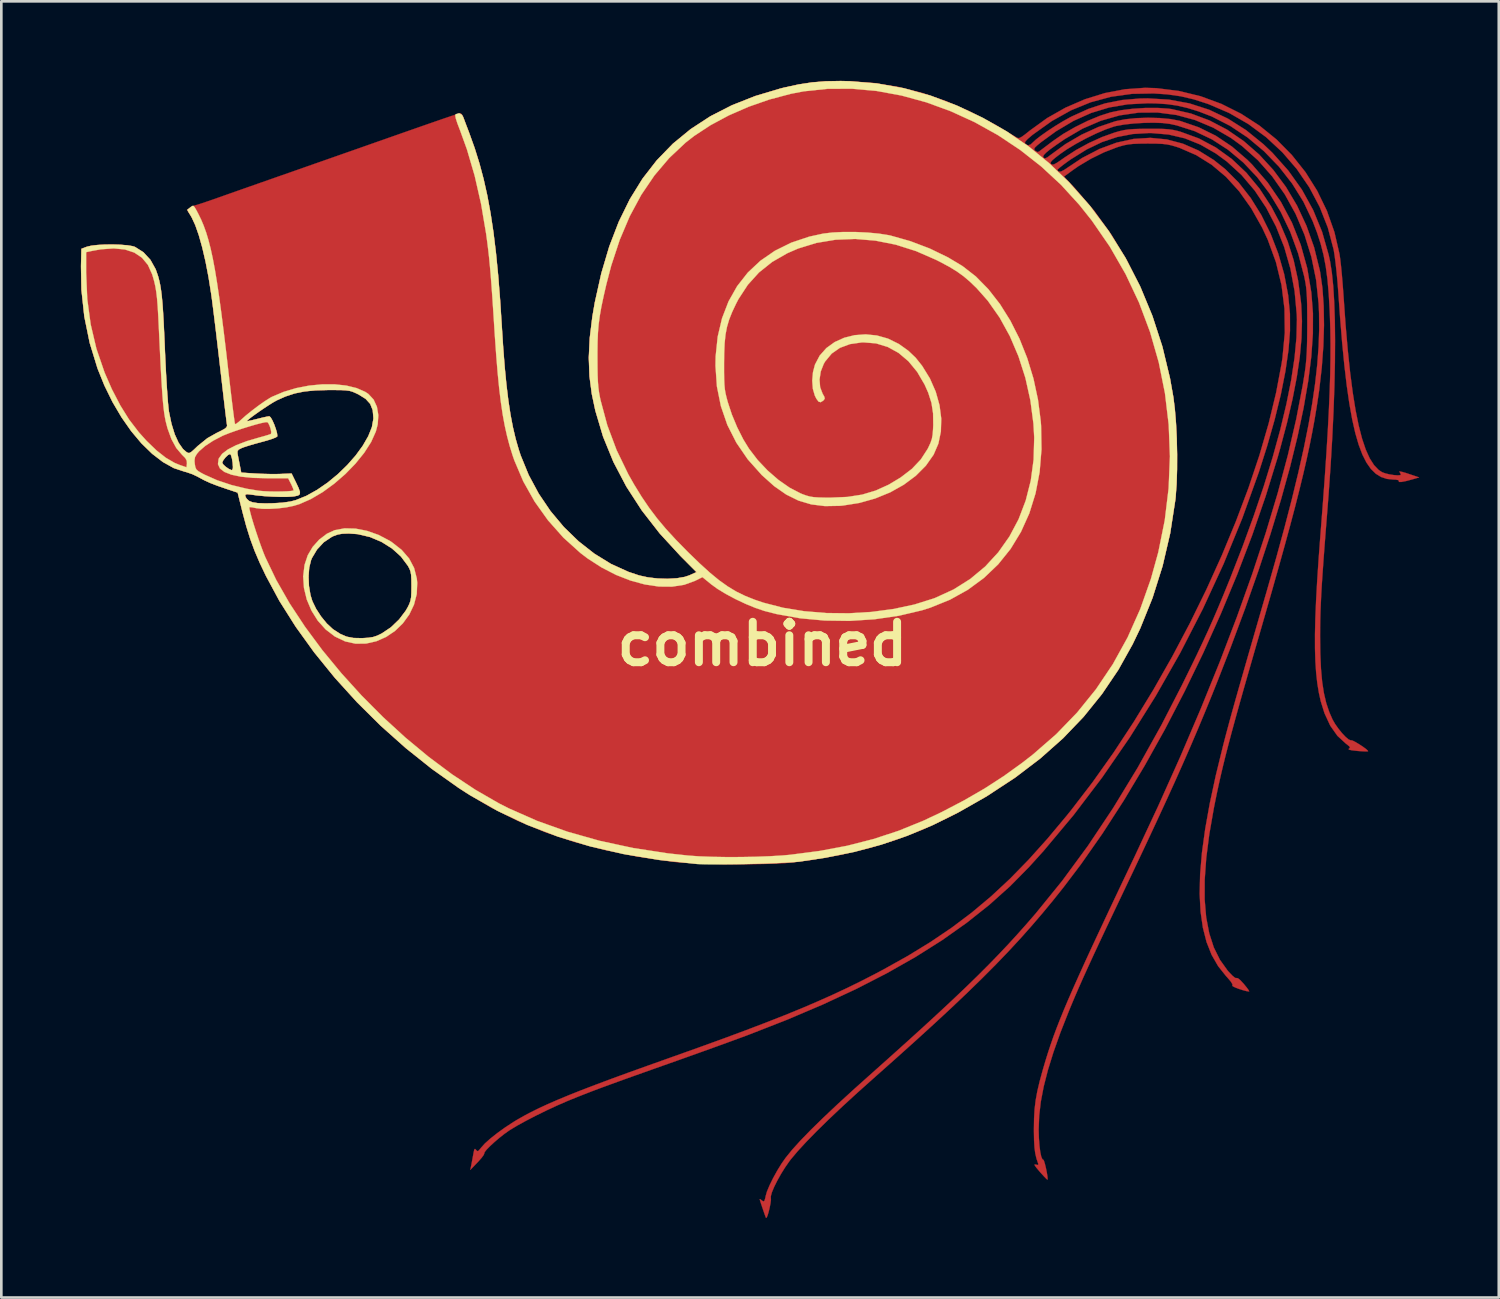
<source format=kicad_pcb>
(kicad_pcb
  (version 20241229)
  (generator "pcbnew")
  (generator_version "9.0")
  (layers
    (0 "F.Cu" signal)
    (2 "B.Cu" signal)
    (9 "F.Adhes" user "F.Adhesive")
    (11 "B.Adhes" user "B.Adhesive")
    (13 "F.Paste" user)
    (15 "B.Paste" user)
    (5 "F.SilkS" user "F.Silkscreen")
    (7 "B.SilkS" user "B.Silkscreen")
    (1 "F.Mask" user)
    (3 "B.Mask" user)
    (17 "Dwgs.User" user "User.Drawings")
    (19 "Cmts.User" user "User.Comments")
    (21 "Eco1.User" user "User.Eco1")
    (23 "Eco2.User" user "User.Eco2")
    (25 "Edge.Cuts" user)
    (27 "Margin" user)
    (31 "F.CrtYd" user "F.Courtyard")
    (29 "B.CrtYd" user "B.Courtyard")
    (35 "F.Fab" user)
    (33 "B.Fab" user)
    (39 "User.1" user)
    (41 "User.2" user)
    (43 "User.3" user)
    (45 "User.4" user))
  (footprint "combined"
    (layer "F.Cu")
    (at 25.7 21.233)
    (property "Reference" "combined" (at 0 0 0) (layer "F.SilkS") (effects (font (size 1.524 1.524) (thickness 0.3))))
    (attr through_hole)
    (fp_poly (pts (xy 3.301 -21.22) (xy 4.222 -21.152) (xy 5.127 -21.006) (xy 6.024 -20.781) (xy 6.922 -20.472) (xy 7.831 -20.077) (xy 8.759 -19.593) (xy 9.581 -19.102) (xy 9.636 -19.077) (xy 9.696 -19.081) (xy 9.779 -19.123) (xy 9.903 -19.212) (xy 10.086 -19.358) (xy 10.092 -19.363) (xy 10.739 -19.831) (xy 11.434 -20.225) (xy 12.163 -20.54) (xy 12.915 -20.773) (xy 13.674 -20.918) (xy 14.43 -20.972) (xy 14.857 -20.959) (xy 15.707 -20.853) (xy 16.527 -20.653) (xy 17.311 -20.365) (xy 18.052 -19.994) (xy 18.745 -19.546) (xy 19.385 -19.026) (xy 19.965 -18.439) (xy 20.48 -17.791) (xy 20.923 -17.086) (xy 21.289 -16.331) (xy 21.572 -15.529) (xy 21.765 -14.693) (xy 21.791 -14.51) (xy 21.821 -14.248) (xy 21.852 -13.928) (xy 21.882 -13.572) (xy 21.91 -13.202) (xy 21.92 -13.056) (xy 21.994 -12.015) (xy 22.076 -11.073) (xy 22.165 -10.227) (xy 22.263 -9.473) (xy 22.37 -8.81) (xy 22.487 -8.234) (xy 22.614 -7.742) (xy 22.752 -7.332) (xy 22.902 -7) (xy 23.064 -6.745) (xy 23.239 -6.562) (xy 23.368 -6.477) (xy 23.488 -6.432) (xy 23.646 -6.394) (xy 23.812 -6.368) (xy 23.958 -6.357) (xy 24.056 -6.365) (xy 24.079 -6.384) (xy 24.047 -6.458) (xy 24.018 -6.492) (xy 24.034 -6.505) (xy 24.127 -6.487) (xy 24.281 -6.443) (xy 24.361 -6.416) (xy 24.765 -6.28) (xy 24.54 -6.214) (xy 24.284 -6.145) (xy 24.105 -6.11) (xy 24.009 -6.109) (xy 23.999 -6.14) (xy 23.985 -6.177) (xy 23.881 -6.196) (xy 23.79 -6.199) (xy 23.552 -6.223) (xy 23.334 -6.295) (xy 23.133 -6.418) (xy 22.949 -6.598) (xy 22.781 -6.837) (xy 22.627 -7.14) (xy 22.487 -7.51) (xy 22.359 -7.951) (xy 22.242 -8.467) (xy 22.135 -9.062) (xy 22.037 -9.74) (xy 21.947 -10.504) (xy 21.863 -11.359) (xy 21.785 -12.308) (xy 21.719 -13.244) (xy 21.691 -13.612) (xy 21.657 -13.98) (xy 21.62 -14.325) (xy 21.582 -14.622) (xy 21.547 -14.846) (xy 21.54 -14.88) (xy 21.323 -15.699) (xy 21.015 -16.482) (xy 20.622 -17.222) (xy 20.151 -17.911) (xy 19.607 -18.542) (xy 18.997 -19.109) (xy 18.327 -19.605) (xy 17.601 -20.023) (xy 16.828 -20.355) (xy 16.789 -20.369) (xy 16.267 -20.537) (xy 15.776 -20.652) (xy 15.273 -20.724) (xy 14.757 -20.759) (xy 13.938 -20.744) (xy 13.147 -20.634) (xy 12.381 -20.427) (xy 11.638 -20.123) (xy 10.916 -19.719) (xy 10.211 -19.216) (xy 10.173 -19.186) (xy 10.012 -19.05) (xy 9.924 -18.958) (xy 9.899 -18.896) (xy 9.913 -18.864) (xy 10.009 -18.801) (xy 10.117 -18.835) (xy 10.19 -18.904) (xy 10.319 -19.023) (xy 10.517 -19.175) (xy 10.763 -19.348) (xy 11.036 -19.527) (xy 11.316 -19.699) (xy 11.583 -19.848) (xy 11.659 -19.888) (xy 12.297 -20.177) (xy 12.921 -20.383) (xy 13.559 -20.511) (xy 14.24 -20.569) (xy 14.53 -20.574) (xy 15.334 -20.526) (xy 16.105 -20.384) (xy 16.846 -20.145) (xy 17.556 -19.809) (xy 18.238 -19.377) (xy 18.892 -18.847) (xy 19.231 -18.524) (xy 19.834 -17.848) (xy 20.348 -17.127) (xy 20.771 -16.359) (xy 21.107 -15.54) (xy 21.355 -14.67) (xy 21.408 -14.427) (xy 21.474 -14.008) (xy 21.527 -13.495) (xy 21.564 -12.893) (xy 21.588 -12.209) (xy 21.596 -11.449) (xy 21.591 -10.619) (xy 21.572 -9.726) (xy 21.538 -8.775) (xy 21.49 -7.772) (xy 21.428 -6.724) (xy 21.352 -5.637) (xy 21.309 -5.083) (xy 21.251 -4.356) (xy 21.202 -3.719) (xy 21.16 -3.162) (xy 21.126 -2.674) (xy 21.097 -2.246) (xy 21.075 -1.866) (xy 21.059 -1.523) (xy 21.046 -1.208) (xy 21.038 -0.909) (xy 21.034 -0.617) (xy 21.032 -0.32) (xy 21.032 -0.279) (xy 21.04 0.373) (xy 21.065 0.937) (xy 21.109 1.426) (xy 21.175 1.853) (xy 21.263 2.229) (xy 21.377 2.568) (xy 21.497 2.843) (xy 21.596 3.016) (xy 21.723 3.196) (xy 21.86 3.366) (xy 21.994 3.507) (xy 22.109 3.603) (xy 22.188 3.636) (xy 22.2 3.632) (xy 22.257 3.645) (xy 22.366 3.7) (xy 22.503 3.782) (xy 22.643 3.874) (xy 22.761 3.96) (xy 22.832 4.025) (xy 22.841 4.049) (xy 22.785 4.054) (xy 22.653 4.05) (xy 22.472 4.038) (xy 22.428 4.034) (xy 22.229 4.011) (xy 22.123 3.988) (xy 22.105 3.962) (xy 22.12 3.951) (xy 22.159 3.914) (xy 22.137 3.866) (xy 22.042 3.787) (xy 22.006 3.761) (xy 21.685 3.466) (xy 21.415 3.084) (xy 21.198 2.616) (xy 21.055 2.159) (xy 20.984 1.836) (xy 20.926 1.484) (xy 20.883 1.096) (xy 20.854 0.664) (xy 20.839 0.182) (xy 20.838 -0.357) (xy 20.852 -0.961) (xy 20.88 -1.637) (xy 20.922 -2.391) (xy 20.978 -3.232) (xy 21.048 -4.166) (xy 21.052 -4.216) (xy 21.136 -5.301) (xy 21.209 -6.292) (xy 21.27 -7.199) (xy 21.321 -8.03) (xy 21.361 -8.791) (xy 21.391 -9.492) (xy 21.412 -10.141) (xy 21.422 -10.745) (xy 21.424 -11.313) (xy 21.417 -11.853) (xy 21.401 -12.373) (xy 21.393 -12.573) (xy 21.357 -13.198) (xy 21.31 -13.742) (xy 21.246 -14.225) (xy 21.162 -14.666) (xy 21.054 -15.086) (xy 20.919 -15.505) (xy 20.752 -15.943) (xy 20.748 -15.951) (xy 20.403 -16.677) (xy 19.976 -17.363) (xy 19.476 -18.002) (xy 18.915 -18.582) (xy 18.299 -19.097) (xy 17.64 -19.536) (xy 16.947 -19.89) (xy 16.447 -20.083) (xy 16.027 -20.212) (xy 15.644 -20.301) (xy 15.261 -20.356) (xy 14.841 -20.383) (xy 14.529 -20.388) (xy 13.784 -20.35) (xy 13.077 -20.23) (xy 12.397 -20.023) (xy 11.733 -19.725) (xy 11.076 -19.334) (xy 10.525 -18.933) (xy 10.367 -18.805) (xy 10.279 -18.722) (xy 10.249 -18.666) (xy 10.264 -18.622) (xy 10.284 -18.599) (xy 10.376 -18.548) (xy 10.432 -18.568) (xy 10.498 -18.618) (xy 10.626 -18.715) (xy 10.795 -18.843) (xy 10.952 -18.962) (xy 11.344 -19.232) (xy 11.793 -19.491) (xy 12.266 -19.725) (xy 12.73 -19.917) (xy 13.136 -20.047) (xy 13.523 -20.126) (xy 13.969 -20.182) (xy 14.438 -20.212) (xy 14.894 -20.214) (xy 15.302 -20.187) (xy 15.433 -20.169) (xy 16.161 -20.002) (xy 16.861 -19.741) (xy 17.525 -19.393) (xy 18.151 -18.963) (xy 18.733 -18.456) (xy 19.265 -17.877) (xy 19.744 -17.233) (xy 20.163 -16.528) (xy 20.518 -15.768) (xy 20.805 -14.959) (xy 21.017 -14.105) (xy 21.036 -14.009) (xy 21.12 -13.42) (xy 21.167 -12.752) (xy 21.179 -12.02) (xy 21.155 -11.239) (xy 21.095 -10.425) (xy 21 -9.594) (xy 20.976 -9.423) (xy 20.904 -8.948) (xy 20.825 -8.472) (xy 20.736 -7.988) (xy 20.637 -7.488) (xy 20.524 -6.963) (xy 20.396 -6.407) (xy 20.251 -5.812) (xy 20.088 -5.169) (xy 19.903 -4.471) (xy 19.696 -3.71) (xy 19.464 -2.878) (xy 19.206 -1.967) (xy 18.919 -0.97) (xy 18.823 -0.635) (xy 18.574 0.223) (xy 18.353 0.992) (xy 18.156 1.68) (xy 17.982 2.296) (xy 17.829 2.848) (xy 17.693 3.345) (xy 17.574 3.795) (xy 17.468 4.206) (xy 17.374 4.587) (xy 17.289 4.946) (xy 17.211 5.292) (xy 17.138 5.632) (xy 17.068 5.976) (xy 17.024 6.198) (xy 16.853 7.178) (xy 16.738 8.077) (xy 16.68 8.897) (xy 16.679 9.641) (xy 16.736 10.312) (xy 16.851 10.912) (xy 17.023 11.444) (xy 17.254 11.911) (xy 17.543 12.316) (xy 17.588 12.368) (xy 17.73 12.515) (xy 17.83 12.595) (xy 17.881 12.6) (xy 17.881 12.6) (xy 17.93 12.605) (xy 18.028 12.685) (xy 18.157 12.825) (xy 18.267 12.96) (xy 18.339 13.06) (xy 18.358 13.105) (xy 18.355 13.106) (xy 18.254 13.092) (xy 18.115 13.055) (xy 17.965 13.007) (xy 17.831 12.955) (xy 17.741 12.911) (xy 17.721 12.883) (xy 17.721 12.883) (xy 17.727 12.833) (xy 17.662 12.729) (xy 17.523 12.566) (xy 17.48 12.52) (xy 17.185 12.149) (xy 16.941 11.725) (xy 16.75 11.243) (xy 16.611 10.7) (xy 16.524 10.095) (xy 16.489 9.423) (xy 16.507 8.681) (xy 16.576 7.868) (xy 16.698 6.979) (xy 16.871 6.012) (xy 17.097 4.963) (xy 17.373 3.835) (xy 17.433 3.602) (xy 17.493 3.374) (xy 17.555 3.143) (xy 17.62 2.901) (xy 17.691 2.641) (xy 17.771 2.355) (xy 17.861 2.035) (xy 17.963 1.674) (xy 18.081 1.263) (xy 18.215 0.795) (xy 18.368 0.262) (xy 18.543 -0.343) (xy 18.741 -1.029) (xy 18.965 -1.803) (xy 19.017 -1.981) (xy 19.371 -3.227) (xy 19.688 -4.385) (xy 19.967 -5.461) (xy 20.21 -6.462) (xy 20.419 -7.393) (xy 20.593 -8.261) (xy 20.735 -9.071) (xy 20.845 -9.83) (xy 20.925 -10.544) (xy 20.975 -11.218) (xy 20.997 -11.859) (xy 20.992 -12.473) (xy 20.976 -12.831) (xy 20.881 -13.729) (xy 20.702 -14.598) (xy 20.443 -15.43) (xy 20.108 -16.217) (xy 19.701 -16.953) (xy 19.226 -17.63) (xy 18.687 -18.24) (xy 18.088 -18.776) (xy 17.669 -19.081) (xy 17.003 -19.468) (xy 16.316 -19.757) (xy 15.614 -19.947) (xy 14.902 -20.04) (xy 14.187 -20.035) (xy 13.473 -19.932) (xy 12.767 -19.731) (xy 12.073 -19.432) (xy 11.397 -19.035) (xy 11.381 -19.024) (xy 11.078 -18.816) (xy 10.855 -18.655) (xy 10.704 -18.532) (xy 10.616 -18.442) (xy 10.586 -18.378) (xy 10.602 -18.334) (xy 10.657 -18.311) (xy 10.739 -18.344) (xy 10.87 -18.441) (xy 10.882 -18.451) (xy 11.432 -18.851) (xy 12.038 -19.205) (xy 12.672 -19.495) (xy 13.302 -19.708) (xy 13.336 -19.717) (xy 13.686 -19.785) (xy 14.098 -19.828) (xy 14.539 -19.843) (xy 14.979 -19.832) (xy 15.387 -19.794) (xy 15.73 -19.729) (xy 15.757 -19.722) (xy 16.452 -19.484) (xy 17.1 -19.164) (xy 17.71 -18.755) (xy 18.291 -18.254) (xy 18.468 -18.077) (xy 19.052 -17.403) (xy 19.553 -16.671) (xy 19.97 -15.886) (xy 20.302 -15.05) (xy 20.547 -14.169) (xy 20.702 -13.247) (xy 20.762 -12.471) (xy 20.76 -11.701) (xy 20.701 -10.848) (xy 20.584 -9.917) (xy 20.411 -8.908) (xy 20.181 -7.824) (xy 19.896 -6.666) (xy 19.555 -5.437) (xy 19.159 -4.139) (xy 18.709 -2.772) (xy 18.206 -1.34) (xy 17.649 0.155) (xy 17.195 1.321) (xy 16.939 1.962) (xy 16.681 2.592) (xy 16.418 3.222) (xy 16.144 3.862) (xy 15.855 4.522) (xy 15.547 5.213) (xy 15.214 5.944) (xy 14.853 6.725) (xy 14.459 7.568) (xy 14.027 8.482) (xy 13.615 9.347) (xy 13.275 10.061) (xy 12.975 10.693) (xy 12.712 11.252) (xy 12.481 11.747) (xy 12.278 12.189) (xy 12.098 12.586) (xy 11.938 12.946) (xy 11.793 13.281) (xy 11.659 13.598) (xy 11.558 13.843) (xy 11.239 14.654) (xy 10.977 15.392) (xy 10.768 16.066) (xy 10.61 16.685) (xy 10.5 17.258) (xy 10.438 17.796) (xy 10.419 18.308) (xy 10.419 18.331) (xy 10.428 18.643) (xy 10.449 18.924) (xy 10.479 19.159) (xy 10.516 19.333) (xy 10.558 19.431) (xy 10.59 19.447) (xy 10.616 19.486) (xy 10.651 19.596) (xy 10.689 19.749) (xy 10.723 19.916) (xy 10.748 20.066) (xy 10.757 20.172) (xy 10.751 20.204) (xy 10.713 20.176) (xy 10.625 20.087) (xy 10.506 19.955) (xy 10.464 19.908) (xy 10.335 19.755) (xy 10.271 19.665) (xy 10.266 19.629) (xy 10.311 19.634) (xy 10.395 19.65) (xy 10.406 19.611) (xy 10.399 19.592) (xy 10.335 19.404) (xy 10.29 19.211) (xy 10.261 18.99) (xy 10.245 18.719) (xy 10.239 18.373) (xy 10.239 18.288) (xy 10.245 17.892) (xy 10.265 17.542) (xy 10.305 17.211) (xy 10.367 16.871) (xy 10.456 16.494) (xy 10.577 16.053) (xy 10.59 16.009) (xy 10.677 15.714) (xy 10.767 15.424) (xy 10.863 15.132) (xy 10.967 14.832) (xy 11.083 14.519) (xy 11.213 14.185) (xy 11.359 13.825) (xy 11.525 13.433) (xy 11.713 13.001) (xy 11.926 12.524) (xy 12.166 11.995) (xy 12.436 11.409) (xy 12.74 10.759) (xy 13.078 10.038) (xy 13.455 9.241) (xy 13.873 8.362) (xy 14.033 8.026) (xy 14.929 6.107) (xy 15.764 4.242) (xy 16.536 2.433) (xy 17.245 0.683) (xy 17.89 -1.006) (xy 18.47 -2.633) (xy 18.985 -4.196) (xy 19.434 -5.692) (xy 19.816 -7.12) (xy 20.131 -8.478) (xy 20.378 -9.765) (xy 20.454 -10.236) (xy 20.488 -10.488) (xy 20.513 -10.753) (xy 20.531 -11.049) (xy 20.541 -11.397) (xy 20.546 -11.816) (xy 20.547 -12.09) (xy 20.545 -12.496) (xy 20.542 -12.819) (xy 20.534 -13.076) (xy 20.521 -13.285) (xy 20.503 -13.466) (xy 20.477 -13.635) (xy 20.442 -13.812) (xy 20.43 -13.868) (xy 20.203 -14.729) (xy 19.907 -15.537) (xy 19.548 -16.289) (xy 19.13 -16.98) (xy 18.657 -17.604) (xy 18.133 -18.157) (xy 17.564 -18.633) (xy 16.952 -19.028) (xy 16.303 -19.337) (xy 15.621 -19.555) (xy 15.355 -19.613) (xy 15.088 -19.644) (xy 14.753 -19.656) (xy 14.381 -19.649) (xy 14.003 -19.626) (xy 13.649 -19.587) (xy 13.351 -19.534) (xy 13.259 -19.511) (xy 12.949 -19.404) (xy 12.587 -19.25) (xy 12.202 -19.063) (xy 11.823 -18.858) (xy 11.477 -18.649) (xy 11.238 -18.483) (xy 11.048 -18.338) (xy 10.931 -18.238) (xy 10.875 -18.171) (xy 10.869 -18.124) (xy 10.887 -18.098) (xy 10.93 -18.074) (xy 10.994 -18.084) (xy 11.094 -18.136) (xy 11.247 -18.238) (xy 11.384 -18.336) (xy 11.823 -18.622) (xy 12.31 -18.888) (xy 12.809 -19.115) (xy 13.281 -19.284) (xy 13.284 -19.285) (xy 13.472 -19.339) (xy 13.637 -19.376) (xy 13.805 -19.401) (xy 14.001 -19.416) (xy 14.249 -19.424) (xy 14.554 -19.427) (xy 14.881 -19.427) (xy 15.13 -19.421) (xy 15.326 -19.407) (xy 15.492 -19.383) (xy 15.653 -19.347) (xy 15.768 -19.315) (xy 16.456 -19.064) (xy 17.099 -18.722) (xy 17.697 -18.291) (xy 18.247 -17.773) (xy 18.747 -17.17) (xy 19.194 -16.484) (xy 19.51 -15.884) (xy 19.806 -15.186) (xy 20.034 -14.472) (xy 20.2 -13.718) (xy 20.309 -12.901) (xy 20.321 -12.771) (xy 20.348 -12.173) (xy 20.33 -11.527) (xy 20.266 -10.826) (xy 20.153 -10.066) (xy 19.993 -9.238) (xy 19.783 -8.337) (xy 19.522 -7.358) (xy 19.431 -7.036) (xy 18.983 -5.584) (xy 18.474 -4.109) (xy 17.906 -2.622) (xy 17.288 -1.135) (xy 16.624 0.342) (xy 15.92 1.795) (xy 15.183 3.215) (xy 14.417 4.588) (xy 13.629 5.904) (xy 12.824 7.15) (xy 12.008 8.316) (xy 11.362 9.169) (xy 10.959 9.674) (xy 10.554 10.164) (xy 10.142 10.644) (xy 9.716 11.123) (xy 9.268 11.606) (xy 8.793 12.1) (xy 8.284 12.611) (xy 7.735 13.146) (xy 7.138 13.713) (xy 6.488 14.316) (xy 5.778 14.963) (xy 5 15.661) (xy 4.19 16.381) (xy 3.577 16.929) (xy 3.011 17.448) (xy 2.498 17.933) (xy 2.043 18.379) (xy 1.652 18.78) (xy 1.329 19.131) (xy 1.079 19.428) (xy 1.018 19.507) (xy 0.858 19.737) (xy 0.702 19.987) (xy 0.561 20.24) (xy 0.444 20.475) (xy 0.36 20.676) (xy 0.319 20.823) (xy 0.319 20.879) (xy 0.322 20.965) (xy 0.305 21.1) (xy 0.274 21.259) (xy 0.236 21.418) (xy 0.196 21.551) (xy 0.161 21.634) (xy 0.135 21.642) (xy 0.135 21.641) (xy 0.098 21.543) (xy 0.046 21.397) (xy -0.01 21.232) (xy -0.06 21.08) (xy -0.093 20.971) (xy -0.102 20.937) (xy -0.073 20.942) (xy -0.041 20.97) (xy 0.032 21.024) (xy 0.078 20.999) (xy 0.111 20.887) (xy 0.12 20.834) (xy 0.17 20.657) (xy 0.268 20.421) (xy 0.401 20.15) (xy 0.557 19.867) (xy 0.724 19.596) (xy 0.875 19.38) (xy 1.115 19.084) (xy 1.431 18.734) (xy 1.823 18.33) (xy 2.292 17.871) (xy 2.84 17.354) (xy 3.468 16.779) (xy 3.988 16.314) (xy 4.76 15.625) (xy 5.46 14.996) (xy 6.096 14.419) (xy 6.673 13.888) (xy 7.199 13.397) (xy 7.68 12.939) (xy 8.122 12.509) (xy 8.532 12.099) (xy 8.916 11.703) (xy 9.282 11.316) (xy 9.635 10.929) (xy 9.983 10.538) (xy 10.31 10.16) (xy 11.304 8.936) (xy 12.276 7.614) (xy 13.224 6.192) (xy 14.149 4.672) (xy 15.05 3.054) (xy 15.824 1.549) (xy 16.116 0.956) (xy 16.371 0.432) (xy 16.595 -0.042) (xy 16.8 -0.485) (xy 16.993 -0.919) (xy 17.183 -1.362) (xy 17.381 -1.835) (xy 17.593 -2.357) (xy 17.629 -2.444) (xy 18.103 -3.66) (xy 18.531 -4.835) (xy 18.913 -5.966) (xy 19.245 -7.048) (xy 19.528 -8.075) (xy 19.76 -9.044) (xy 19.941 -9.949) (xy 20.067 -10.786) (xy 20.14 -11.55) (xy 20.157 -12.236) (xy 20.151 -12.421) (xy 20.07 -13.304) (xy 19.911 -14.156) (xy 19.677 -14.969) (xy 19.372 -15.736) (xy 19 -16.448) (xy 18.565 -17.099) (xy 18.07 -17.682) (xy 17.519 -18.188) (xy 17.099 -18.496) (xy 16.518 -18.83) (xy 15.929 -19.067) (xy 15.318 -19.21) (xy 14.672 -19.265) (xy 14.58 -19.266) (xy 13.966 -19.229) (xy 13.38 -19.117) (xy 12.806 -18.925) (xy 12.23 -18.648) (xy 11.639 -18.28) (xy 11.519 -18.196) (xy 11.349 -18.071) (xy 11.216 -17.966) (xy 11.138 -17.895) (xy 11.125 -17.876) (xy 11.161 -17.811) (xy 11.252 -17.811) (xy 11.379 -17.874) (xy 11.396 -17.886) (xy 12.056 -18.325) (xy 12.711 -18.665) (xy 13.359 -18.905) (xy 14 -19.045) (xy 14.63 -19.085) (xy 15.25 -19.025) (xy 15.857 -18.865) (xy 16.449 -18.606) (xy 17.026 -18.247) (xy 17.46 -17.9) (xy 17.958 -17.401) (xy 18.412 -16.82) (xy 18.816 -16.171) (xy 19.166 -15.466) (xy 19.455 -14.719) (xy 19.678 -13.942) (xy 19.828 -13.148) (xy 19.895 -12.453) (xy 19.897 -11.808) (xy 19.84 -11.084) (xy 19.724 -10.283) (xy 19.551 -9.409) (xy 19.319 -8.464) (xy 19.031 -7.451) (xy 18.721 -6.477) (xy 18.097 -4.739) (xy 17.392 -3.018) (xy 16.609 -1.321) (xy 15.755 0.341) (xy 14.835 1.958) (xy 13.855 3.523) (xy 12.82 5.025) (xy 11.734 6.455) (xy 10.605 7.804) (xy 10.06 8.407) (xy 9.339 9.138) (xy 8.555 9.84) (xy 7.704 10.516) (xy 6.781 11.169) (xy 5.782 11.8) (xy 4.702 12.413) (xy 3.539 13.011) (xy 2.286 13.594) (xy 0.941 14.167) (xy -0.501 14.731) (xy -0.625 14.778) (xy -0.936 14.892) (xy -1.321 15.033) (xy -1.762 15.193) (xy -2.237 15.364) (xy -2.727 15.539) (xy -3.211 15.712) (xy -3.531 15.825) (xy -4.19 16.058) (xy -4.764 16.262) (xy -5.262 16.44) (xy -5.694 16.597) (xy -6.071 16.735) (xy -6.404 16.86) (xy -6.701 16.975) (xy -6.974 17.083) (xy -7.233 17.188) (xy -7.341 17.232) (xy -7.727 17.4) (xy -8.134 17.589) (xy -8.542 17.789) (xy -8.925 17.988) (xy -9.261 18.173) (xy -9.528 18.335) (xy -9.546 18.346) (xy -9.727 18.475) (xy -9.919 18.626) (xy -10.105 18.785) (xy -10.27 18.937) (xy -10.399 19.069) (xy -10.474 19.165) (xy -10.486 19.209) (xy -10.506 19.264) (xy -10.582 19.371) (xy -10.701 19.507) (xy -10.736 19.544) (xy -11.014 19.834) (xy -10.969 19.607) (xy -10.933 19.415) (xy -10.898 19.225) (xy -10.892 19.189) (xy -10.866 19.071) (xy -10.838 19.041) (xy -10.796 19.082) (xy -10.796 19.083) (xy -10.75 19.128) (xy -10.702 19.111) (xy -10.627 19.022) (xy -10.612 19.002) (xy -10.471 18.844) (xy -10.259 18.654) (xy -9.994 18.444) (xy -9.697 18.23) (xy -9.385 18.026) (xy -9.255 17.947) (xy -8.999 17.801) (xy -8.725 17.656) (xy -8.426 17.508) (xy -8.095 17.355) (xy -7.725 17.194) (xy -7.309 17.021) (xy -6.839 16.834) (xy -6.309 16.631) (xy -5.71 16.407) (xy -5.038 16.161) (xy -4.283 15.89) (xy -3.439 15.59) (xy -3.378 15.568) (xy -2.376 15.211) (xy -1.462 14.88) (xy -0.628 14.57) (xy 0.136 14.279) (xy 0.838 14.003) (xy 1.487 13.738) (xy 2.091 13.479) (xy 2.661 13.225) (xy 3.205 12.97) (xy 3.73 12.712) (xy 4.248 12.446) (xy 4.565 12.278) (xy 5.489 11.762) (xy 6.344 11.238) (xy 7.144 10.697) (xy 7.9 10.127) (xy 8.626 9.518) (xy 9.334 8.859) (xy 10.037 8.139) (xy 10.747 7.348) (xy 11.477 6.475) (xy 11.639 6.274) (xy 12.451 5.216) (xy 13.243 4.099) (xy 14.011 2.93) (xy 14.749 1.72) (xy 15.455 0.478) (xy 16.123 -0.787) (xy 16.749 -2.064) (xy 17.328 -3.345) (xy 17.856 -4.62) (xy 18.33 -5.88) (xy 18.743 -7.114) (xy 19.092 -8.315) (xy 19.372 -9.472) (xy 19.58 -10.575) (xy 19.613 -10.795) (xy 19.7 -11.729) (xy 19.688 -12.641) (xy 19.577 -13.531) (xy 19.366 -14.399) (xy 19.057 -15.246) (xy 18.844 -15.703) (xy 18.434 -16.43) (xy 17.98 -17.068) (xy 17.483 -17.614) (xy 16.942 -18.07) (xy 16.359 -18.434) (xy 15.735 -18.706) (xy 15.594 -18.753) (xy 15.42 -18.803) (xy 15.258 -18.837) (xy 15.079 -18.857) (xy 14.858 -18.867) (xy 14.567 -18.869) (xy 14.503 -18.869) (xy 14.203 -18.866) (xy 13.977 -18.856) (xy 13.797 -18.837) (xy 13.634 -18.805) (xy 13.461 -18.757) (xy 13.36 -18.724) (xy 12.884 -18.54) (xy 12.39 -18.297) (xy 11.926 -18.021) (xy 11.718 -17.877) (xy 11.373 -17.624) (xy 11.789 -17.181) (xy 12.509 -16.34) (xy 13.167 -15.426) (xy 13.758 -14.445) (xy 14.277 -13.408) (xy 14.72 -12.323) (xy 15.085 -11.198) (xy 15.366 -10.043) (xy 15.499 -9.297) (xy 15.555 -8.841) (xy 15.598 -8.313) (xy 15.626 -7.74) (xy 15.639 -7.149) (xy 15.637 -6.569) (xy 15.619 -6.026) (xy 15.585 -5.549) (xy 15.573 -5.436) (xy 15.378 -4.171) (xy 15.091 -2.938) (xy 14.714 -1.742) (xy 14.25 -0.591) (xy 13.96 0.014) (xy 13.421 0.978) (xy 12.805 1.889) (xy 12.109 2.749) (xy 11.332 3.561) (xy 10.47 4.327) (xy 9.521 5.049) (xy 8.483 5.73) (xy 7.353 6.371) (xy 6.96 6.574) (xy 6.009 7.016) (xy 5.034 7.391) (xy 4.021 7.702) (xy 2.955 7.954) (xy 1.823 8.151) (xy 1.143 8.241) (xy 0.848 8.266) (xy 0.47 8.286) (xy 0.029 8.299) (xy -0.456 8.306) (xy -0.967 8.308) (xy -1.485 8.303) (xy -1.99 8.293) (xy -2.464 8.277) (xy -2.888 8.256) (xy -3.242 8.229) (xy -3.403 8.212) (xy -4.707 8.02) (xy -5.932 7.773) (xy -7.086 7.468) (xy -8.179 7.103) (xy -9.219 6.674) (xy -10.214 6.178) (xy -11.173 5.612) (xy -11.455 5.428) (xy -12.467 4.71) (xy -13.449 3.926) (xy -14.393 3.085) (xy -15.288 2.197) (xy -16.127 1.272) (xy -16.9 0.32) (xy -17.599 -0.65) (xy -18.215 -1.626) (xy -18.707 -2.541) (xy -17.115 -2.541) (xy -17.099 -2.184) (xy -17.042 -1.842) (xy -16.972 -1.614) (xy -16.832 -1.326) (xy -16.642 -1.034) (xy -16.426 -0.769) (xy -16.207 -0.566) (xy -16.178 -0.544) (xy -15.915 -0.375) (xy -15.676 -0.273) (xy -15.42 -0.224) (xy -15.109 -0.218) (xy -15.088 -0.218) (xy -14.853 -0.232) (xy -14.68 -0.26) (xy -14.525 -0.311) (xy -14.349 -0.397) (xy -14.34 -0.403) (xy -14.008 -0.626) (xy -13.701 -0.92) (xy -13.45 -1.252) (xy -13.378 -1.376) (xy -13.312 -1.51) (xy -13.27 -1.63) (xy -13.246 -1.763) (xy -13.236 -1.94) (xy -13.233 -2.184) (xy -13.236 -2.432) (xy -13.246 -2.604) (xy -13.268 -2.731) (xy -13.308 -2.837) (xy -13.368 -2.947) (xy -13.63 -3.297) (xy -13.968 -3.601) (xy -14.364 -3.85) (xy -14.8 -4.033) (xy -15.256 -4.141) (xy -15.595 -4.166) (xy -15.831 -4.158) (xy -16.009 -4.128) (xy -16.176 -4.068) (xy -16.245 -4.034) (xy -16.541 -3.835) (xy -16.795 -3.562) (xy -16.986 -3.242) (xy -17.021 -3.157) (xy -17.09 -2.877) (xy -17.115 -2.541) (xy -18.707 -2.541) (xy -18.72 -2.565) (xy -18.957 -3.063) (xy -19.151 -3.519) (xy -19.315 -3.966) (xy -19.463 -4.44) (xy -19.606 -4.975) (xy -19.631 -5.076) (xy -19.787 -5.706) (xy -20.218 -5.85) (xy -20.553 -5.966) (xy -20.82 -6.069) (xy -21.047 -6.173) (xy -21.265 -6.29) (xy -21.29 -6.305) (xy -21.488 -6.399) (xy -21.711 -6.477) (xy -21.793 -6.498) (xy -22.196 -6.632) (xy -22.559 -6.834) (xy -20.371 -6.834) (xy -20.331 -6.766) (xy -20.236 -6.678) (xy -20.121 -6.599) (xy -20.021 -6.556) (xy -20.003 -6.553) (xy -19.973 -6.596) (xy -19.965 -6.668) (xy -19.976 -6.832) (xy -20.002 -6.99) (xy -20.036 -7.11) (xy -20.072 -7.163) (xy -20.075 -7.163) (xy -20.152 -7.125) (xy -20.248 -7.035) (xy -20.331 -6.928) (xy -20.371 -6.839) (xy -20.371 -6.834) (xy -22.559 -6.834) (xy -22.605 -6.86) (xy -23.013 -7.173) (xy -23.414 -7.563) (xy -23.801 -8.024) (xy -24.167 -8.547) (xy -24.507 -9.124) (xy -24.813 -9.748) (xy -25.071 -10.387) (xy -25.366 -11.349) (xy -25.57 -12.345) (xy -25.679 -13.357) (xy -25.695 -14.244) (xy -25.679 -14.9) (xy -25.476 -14.977) (xy -25.313 -15.016) (xy -25.08 -15.044) (xy -24.803 -15.059) (xy -24.505 -15.062) (xy -24.215 -15.054) (xy -23.956 -15.033) (xy -23.755 -15.001) (xy -23.662 -14.972) (xy -23.341 -14.769) (xy -23.079 -14.485) (xy -22.879 -14.127) (xy -22.789 -13.868) (xy -22.746 -13.706) (xy -22.709 -13.534) (xy -22.678 -13.342) (xy -22.65 -13.118) (xy -22.625 -12.851) (xy -22.602 -12.529) (xy -22.58 -12.141) (xy -22.557 -11.676) (xy -22.533 -11.122) (xy -22.53 -11.049) (xy -22.51 -10.605) (xy -22.488 -10.173) (xy -22.464 -9.769) (xy -22.44 -9.409) (xy -22.417 -9.107) (xy -22.395 -8.879) (xy -22.38 -8.763) (xy -22.284 -8.302) (xy -22.162 -7.906) (xy -22.016 -7.586) (xy -21.852 -7.351) (xy -21.724 -7.239) (xy -21.662 -7.204) (xy -21.605 -7.201) (xy -21.535 -7.24) (xy -21.5 -7.27) (xy -19.797 -7.27) (xy -19.794 -7.179) (xy -19.793 -7.173) (xy -19.768 -7.046) (xy -19.733 -6.867) (xy -19.71 -6.748) (xy -19.654 -6.461) (xy -19.136 -6.426) (xy -18.852 -6.413) (xy -18.545 -6.406) (xy -18.268 -6.407) (xy -18.186 -6.409) (xy -17.755 -6.426) (xy -17.593 -6.096) (xy -17.491 -5.88) (xy -17.44 -5.736) (xy -17.444 -5.648) (xy -17.508 -5.598) (xy -17.634 -5.57) (xy -17.713 -5.559) (xy -17.911 -5.547) (xy -18.178 -5.546) (xy -18.482 -5.556) (xy -18.79 -5.575) (xy -19.07 -5.602) (xy -19.291 -5.634) (xy -19.443 -5.65) (xy -19.507 -5.618) (xy -19.486 -5.535) (xy -19.444 -5.47) (xy -19.358 -5.392) (xy -19.225 -5.34) (xy -19.03 -5.31) (xy -18.76 -5.299) (xy -18.491 -5.303) (xy -18.102 -5.326) (xy -17.793 -5.37) (xy -17.596 -5.422) (xy -17.196 -5.584) (xy -16.791 -5.81) (xy -16.392 -6.085) (xy -16.009 -6.401) (xy -15.655 -6.745) (xy -15.338 -7.105) (xy -15.071 -7.471) (xy -14.863 -7.832) (xy -14.725 -8.175) (xy -14.669 -8.489) (xy -14.668 -8.52) (xy -14.694 -8.817) (xy -14.788 -9.052) (xy -14.96 -9.242) (xy -15.222 -9.405) (xy -15.237 -9.413) (xy -15.365 -9.474) (xy -15.472 -9.518) (xy -15.579 -9.547) (xy -15.708 -9.564) (xy -15.878 -9.573) (xy -16.113 -9.575) (xy -16.357 -9.576) (xy -16.849 -9.563) (xy -17.268 -9.522) (xy -17.638 -9.447) (xy -17.984 -9.333) (xy -18.303 -9.191) (xy -18.432 -9.12) (xy -18.6 -9.016) (xy -18.79 -8.891) (xy -18.983 -8.76) (xy -19.163 -8.632) (xy -19.311 -8.522) (xy -19.41 -8.44) (xy -19.441 -8.401) (xy -19.441 -8.4) (xy -19.389 -8.406) (xy -19.264 -8.432) (xy -19.09 -8.474) (xy -19.048 -8.485) (xy -18.856 -8.533) (xy -18.696 -8.568) (xy -18.599 -8.584) (xy -18.592 -8.584) (xy -18.542 -8.54) (xy -18.477 -8.427) (xy -18.408 -8.272) (xy -18.348 -8.104) (xy -18.305 -7.951) (xy -18.293 -7.843) (xy -18.296 -7.824) (xy -18.351 -7.788) (xy -18.484 -7.735) (xy -18.674 -7.674) (xy -18.874 -7.619) (xy -19.121 -7.552) (xy -19.351 -7.485) (xy -19.535 -7.426) (xy -19.625 -7.393) (xy -19.748 -7.332) (xy -19.797 -7.27) (xy -21.5 -7.27) (xy -21.431 -7.331) (xy -21.299 -7.458) (xy -20.932 -7.756) (xy -20.58 -7.955) (xy -20.384 -8.052) (xy -20.263 -8.121) (xy -20.203 -8.177) (xy -20.186 -8.233) (xy -20.192 -8.28) (xy -20.203 -8.358) (xy -20.224 -8.524) (xy -20.254 -8.769) (xy -20.291 -9.079) (xy -20.334 -9.445) (xy -20.381 -9.853) (xy -20.432 -10.294) (xy -20.449 -10.439) (xy -20.504 -10.917) (xy -20.56 -11.393) (xy -20.614 -11.85) (xy -20.666 -12.273) (xy -20.712 -12.644) (xy -20.751 -12.948) (xy -20.781 -13.169) (xy -20.783 -13.183) (xy -20.885 -13.828) (xy -21 -14.422) (xy -21.123 -14.954) (xy -21.253 -15.416) (xy -21.388 -15.798) (xy -21.524 -16.091) (xy -21.573 -16.172) (xy -21.7 -16.368) (xy -21.584 -16.449) (xy -21.469 -16.514) (xy -21.389 -16.54) (xy -21.318 -16.559) (xy -21.167 -16.607) (xy -20.956 -16.678) (xy -20.699 -16.766) (xy -20.447 -16.855) (xy -20.113 -16.973) (xy -19.718 -17.112) (xy -19.295 -17.261) (xy -18.879 -17.407) (xy -18.542 -17.525) (xy -18.186 -17.65) (xy -17.764 -17.797) (xy -17.295 -17.962) (xy -16.796 -18.137) (xy -16.285 -18.316) (xy -15.779 -18.494) (xy -15.296 -18.663) (xy -14.853 -18.819) (xy -14.469 -18.954) (xy -14.16 -19.062) (xy -14.122 -19.076) (xy -13.466 -19.306) (xy -12.898 -19.505) (xy -12.418 -19.672) (xy -12.028 -19.807) (xy -11.729 -19.908) (xy -11.522 -19.976) (xy -11.41 -20.011) (xy -11.389 -20.015) (xy -11.337 -19.973) (xy -11.286 -19.875) (xy -11.245 -19.768) (xy -11.18 -19.595) (xy -11.099 -19.383) (xy -11.05 -19.253) (xy -10.85 -18.696) (xy -10.672 -18.126) (xy -10.514 -17.534) (xy -10.374 -16.91) (xy -10.251 -16.243) (xy -10.142 -15.523) (xy -10.047 -14.742) (xy -9.963 -13.888) (xy -9.889 -12.951) (xy -9.829 -12.014) (xy -9.775 -11.178) (xy -9.717 -10.433) (xy -9.652 -9.769) (xy -9.58 -9.178) (xy -9.499 -8.648) (xy -9.408 -8.171) (xy -9.305 -7.735) (xy -9.189 -7.332) (xy -9.117 -7.112) (xy -8.813 -6.37) (xy -8.435 -5.667) (xy -7.991 -5.01) (xy -7.488 -4.409) (xy -6.934 -3.871) (xy -6.338 -3.404) (xy -5.708 -3.016) (xy -5.051 -2.717) (xy -4.647 -2.582) (xy -4.312 -2.509) (xy -3.946 -2.467) (xy -3.575 -2.456) (xy -3.226 -2.476) (xy -2.927 -2.528) (xy -2.753 -2.586) (xy -2.483 -2.708) (xy -3.094 -3.322) (xy -3.868 -4.163) (xy -4.547 -5.035) (xy -5.13 -5.935) (xy -5.617 -6.863) (xy -6.007 -7.817) (xy -6.299 -8.797) (xy -6.432 -9.423) (xy -6.52 -10.092) (xy -6.546 -10.792) (xy -6.51 -11.537) (xy -6.412 -12.34) (xy -6.319 -12.878) (xy -6.074 -13.975) (xy -5.774 -14.988) (xy -5.416 -15.919) (xy -4.999 -16.77) (xy -4.521 -17.543) (xy -3.98 -18.24) (xy -3.374 -18.864) (xy -2.702 -19.415) (xy -1.961 -19.898) (xy -1.151 -20.312) (xy -0.268 -20.661) (xy 0.689 -20.947) (xy 0.825 -20.981) (xy 1.363 -21.098) (xy 1.874 -21.176) (xy 2.393 -21.218) (xy 2.955 -21.228) (xy 3.301 -21.22)) (stroke (width 0.01) (type solid)) (fill yes) (layer "F.Cu"))
    (fp_poly (pts (xy 10.607 -18.041) (xy 10.642 -17.973) (xy 10.627 -17.885) (xy 10.573 -17.832) (xy 10.559 -17.831) (xy 10.503 -17.871) (xy 10.482 -17.91) (xy 10.48 -18.006) (xy 10.537 -18.055) (xy 10.607 -18.041)) (stroke (width 0.01) (type solid)) (fill yes) (layer "F.Mask"))
    (fp_poly (pts (xy 6.544 -17.589) (xy 6.553 -17.529) (xy 6.518 -17.451) (xy 6.41 -17.429) (xy 6.233 -17.46) (xy 6.16 -17.501) (xy 6.172 -17.552) (xy 6.256 -17.597) (xy 6.367 -17.618) (xy 6.491 -17.62) (xy 6.544 -17.589)) (stroke (width 0.01) (type solid)) (fill yes) (layer "F.Mask"))
    (fp_poly (pts (xy 7.301 -17.608) (xy 7.367 -17.561) (xy 7.352 -17.505) (xy 7.252 -17.456) (xy 7.081 -17.426) (xy 6.987 -17.45) (xy 6.96 -17.526) (xy 6.977 -17.592) (xy 7.046 -17.622) (xy 7.163 -17.628) (xy 7.301 -17.608)) (stroke (width 0.01) (type solid)) (fill yes) (layer "F.Mask"))
    (fp_poly (pts (xy 8.224 -17.181) (xy 8.246 -17.149) (xy 8.232 -17.075) (xy 8.13 -17.029) (xy 7.997 -17.018) (xy 7.901 -17.043) (xy 7.874 -17.089) (xy 7.916 -17.165) (xy 8.016 -17.211) (xy 8.133 -17.219) (xy 8.224 -17.181)) (stroke (width 0.01) (type solid)) (fill yes) (layer "F.Mask"))
    (fp_poly (pts (xy 9.671 -15.83) (xy 9.699 -15.752) (xy 9.703 -15.672) (xy 9.681 -15.548) (xy 9.628 -15.491) (xy 9.566 -15.513) (xy 9.53 -15.574) (xy 9.498 -15.725) (xy 9.53 -15.822) (xy 9.601 -15.85) (xy 9.671 -15.83)) (stroke (width 0.01) (type solid)) (fill yes) (layer "F.Mask"))
    (fp_poly (pts (xy 9.871 -14.258) (xy 9.9 -14.189) (xy 9.906 -14.072) (xy 9.887 -13.934) (xy 9.84 -13.868) (xy 9.783 -13.882) (xy 9.735 -13.983) (xy 9.704 -14.154) (xy 9.728 -14.248) (xy 9.804 -14.275) (xy 9.871 -14.258)) (stroke (width 0.01) (type solid)) (fill yes) (layer "F.Mask"))
    (fp_poly (pts (xy 9.942 -13.443) (xy 9.977 -13.382) (xy 10.009 -13.231) (xy 9.978 -13.134) (xy 9.906 -13.106) (xy 9.836 -13.126) (xy 9.808 -13.204) (xy 9.804 -13.284) (xy 9.827 -13.408) (xy 9.879 -13.465) (xy 9.942 -13.443)) (stroke (width 0.01) (type solid)) (fill yes) (layer "F.Mask"))
    (fp_poly (pts (xy 10.289 -15.133) (xy 10.342 -15.033) (xy 10.36 -14.897) (xy 10.339 -14.803) (xy 10.284 -14.786) (xy 10.219 -14.839) (xy 10.17 -14.948) (xy 10.15 -15.069) (xy 10.178 -15.129) (xy 10.207 -15.144) (xy 10.289 -15.133)) (stroke (width 0.01) (type solid)) (fill yes) (layer "F.Mask"))
    (fp_poly (pts (xy 12.151 -1.342) (xy 12.153 -1.259) (xy 12.086 -1.149) (xy 11.982 -1.041) (xy 11.906 -1.023) (xy 11.863 -1.065) (xy 11.866 -1.142) (xy 11.919 -1.245) (xy 11.996 -1.335) (xy 12.068 -1.372) (xy 12.151 -1.342)) (stroke (width 0.01) (type solid)) (fill yes) (layer "F.Mask"))
    (fp_poly (pts (xy 13.345 -9.759) (xy 13.392 -9.641) (xy 13.411 -9.487) (xy 13.386 -9.409) (xy 13.329 -9.403) (xy 13.263 -9.462) (xy 13.217 -9.563) (xy 13.189 -9.711) (xy 13.212 -9.786) (xy 13.281 -9.804) (xy 13.345 -9.759)) (stroke (width 0.01) (type solid)) (fill yes) (layer "F.Mask"))
    (fp_poly (pts (xy 13.636 -8.216) (xy 13.684 -8.115) (xy 13.714 -7.944) (xy 13.69 -7.85) (xy 13.614 -7.823) (xy 13.548 -7.84) (xy 13.519 -7.909) (xy 13.513 -8.026) (xy 13.532 -8.164) (xy 13.579 -8.23) (xy 13.636 -8.216)) (stroke (width 0.01) (type solid)) (fill yes) (layer "F.Mask"))
    (fp_poly (pts (xy 13.642 -5.007) (xy 13.664 -4.921) (xy 13.664 -4.893) (xy 13.645 -4.739) (xy 13.592 -4.661) (xy 13.52 -4.669) (xy 13.473 -4.748) (xy 13.472 -4.864) (xy 13.512 -4.971) (xy 13.576 -5.02) (xy 13.642 -5.007)) (stroke (width 0.01) (type solid)) (fill yes) (layer "F.Mask"))
    (fp_poly (pts (xy 13.735 -7.397) (xy 13.763 -7.319) (xy 13.767 -7.239) (xy 13.745 -7.115) (xy 13.692 -7.058) (xy 13.63 -7.08) (xy 13.594 -7.142) (xy 13.562 -7.292) (xy 13.594 -7.389) (xy 13.665 -7.417) (xy 13.735 -7.397)) (stroke (width 0.01) (type solid)) (fill yes) (layer "F.Mask"))
    (fp_poly (pts (xy 1.929 -18.636) (xy 1.93 -18.599) (xy 1.889 -18.514) (xy 1.791 -18.46) (xy 1.676 -18.444) (xy 1.583 -18.477) (xy 1.558 -18.513) (xy 1.58 -18.583) (xy 1.687 -18.64) (xy 1.831 -18.684) (xy 1.903 -18.684) (xy 1.929 -18.636)) (stroke (width 0.01) (type solid)) (fill yes) (layer "F.Mask"))
    (fp_poly (pts (xy 4.096 -3.464) (xy 4.15 -3.368) (xy 4.133 -3.254) (xy 4.113 -3.223) (xy 4.007 -3.155) (xy 3.89 -3.187) (xy 3.839 -3.229) (xy 3.792 -3.331) (xy 3.825 -3.431) (xy 3.921 -3.496) (xy 3.986 -3.505) (xy 4.096 -3.464)) (stroke (width 0.01) (type solid)) (fill yes) (layer "F.Mask"))
    (fp_poly (pts (xy 5.617 -17.779) (xy 5.72 -17.73) (xy 5.776 -17.677) (xy 5.777 -17.66) (xy 5.712 -17.608) (xy 5.587 -17.593) (xy 5.474 -17.611) (xy 5.399 -17.668) (xy 5.39 -17.752) (xy 5.43 -17.802) (xy 5.507 -17.809) (xy 5.617 -17.779)) (stroke (width 0.01) (type solid)) (fill yes) (layer "F.Mask"))
    (fp_poly (pts (xy 6.63 -17.035) (xy 6.658 -16.964) (xy 6.617 -16.901) (xy 6.484 -16.852) (xy 6.362 -16.845) (xy 6.286 -16.881) (xy 6.281 -16.891) (xy 6.297 -16.97) (xy 6.385 -17.035) (xy 6.52 -17.068) (xy 6.55 -17.069) (xy 6.63 -17.035)) (stroke (width 0.01) (type solid)) (fill yes) (layer "F.Mask"))
    (fp_poly (pts (xy 8.976 -17.519) (xy 8.992 -17.443) (xy 8.953 -17.379) (xy 8.861 -17.311) (xy 8.757 -17.261) (xy 8.679 -17.251) (xy 8.668 -17.257) (xy 8.639 -17.341) (xy 8.709 -17.433) (xy 8.785 -17.483) (xy 8.911 -17.538) (xy 8.976 -17.519)) (stroke (width 0.01) (type solid)) (fill yes) (layer "F.Mask"))
    (fp_poly (pts (xy 9.573 -18.017) (xy 9.644 -17.962) (xy 9.621 -17.885) (xy 9.505 -17.784) (xy 9.398 -17.719) (xy 9.334 -17.719) (xy 9.303 -17.747) (xy 9.295 -17.823) (xy 9.35 -17.913) (xy 9.441 -17.989) (xy 9.538 -18.022) (xy 9.573 -18.017)) (stroke (width 0.01) (type solid)) (fill yes) (layer "F.Mask"))
    (fp_poly (pts (xy 9.726 -15.063) (xy 9.779 -14.98) (xy 9.803 -14.839) (xy 9.804 -14.821) (xy 9.776 -14.713) (xy 9.706 -14.677) (xy 9.635 -14.715) (xy 9.605 -14.798) (xy 9.605 -14.919) (xy 9.63 -15.028) (xy 9.658 -15.066) (xy 9.726 -15.063)) (stroke (width 0.01) (type solid)) (fill yes) (layer "F.Mask"))
    (fp_poly (pts (xy 9.86 -17.41) (xy 9.867 -17.345) (xy 9.841 -17.242) (xy 9.776 -17.11) (xy 9.689 -17.069) (xy 9.618 -17.093) (xy 9.621 -17.15) (xy 9.659 -17.265) (xy 9.682 -17.347) (xy 9.732 -17.434) (xy 9.802 -17.44) (xy 9.86 -17.41)) (stroke (width 0.01) (type solid)) (fill yes) (layer "F.Mask"))
    (fp_poly (pts (xy 10.176 -15.934) (xy 10.205 -15.865) (xy 10.211 -15.748) (xy 10.191 -15.612) (xy 10.143 -15.543) (xy 10.084 -15.552) (xy 10.038 -15.625) (xy 10.004 -15.78) (xy 10.025 -15.897) (xy 10.095 -15.95) (xy 10.109 -15.951) (xy 10.176 -15.934)) (stroke (width 0.01) (type solid)) (fill yes) (layer "F.Mask"))
    (fp_poly (pts (xy 10.705 -13.601) (xy 10.748 -13.543) (xy 10.786 -13.412) (xy 10.788 -13.404) (xy 10.788 -13.285) (xy 10.739 -13.232) (xy 10.669 -13.255) (xy 10.616 -13.339) (xy 10.57 -13.506) (xy 10.59 -13.597) (xy 10.64 -13.614) (xy 10.705 -13.601)) (stroke (width 0.01) (type solid)) (fill yes) (layer "F.Mask"))
    (fp_poly (pts (xy 11.016 -17.335) (xy 11.038 -17.231) (xy 11.012 -17.13) (xy 10.941 -17.003) (xy 10.861 -16.967) (xy 10.809 -16.995) (xy 10.804 -17.056) (xy 10.826 -17.164) (xy 10.862 -17.279) (xy 10.9 -17.359) (xy 10.918 -17.373) (xy 11.016 -17.335)) (stroke (width 0.01) (type solid)) (fill yes) (layer "F.Mask"))
    (fp_poly (pts (xy 11.152 -15.729) (xy 11.188 -15.596) (xy 11.191 -15.571) (xy 11.179 -15.448) (xy 11.13 -15.413) (xy 11.063 -15.469) (xy 11.023 -15.546) (xy 10.986 -15.673) (xy 11.007 -15.751) (xy 11.016 -15.761) (xy 11.09 -15.788) (xy 11.152 -15.729)) (stroke (width 0.01) (type solid)) (fill yes) (layer "F.Mask"))
    (fp_poly (pts (xy 11.526 -13.216) (xy 11.578 -13.115) (xy 11.612 -13) (xy 11.613 -12.914) (xy 11.61 -12.906) (xy 11.542 -12.854) (xy 11.473 -12.899) (xy 11.427 -12.988) (xy 11.397 -13.127) (xy 11.418 -13.226) (xy 11.473 -13.259) (xy 11.526 -13.216)) (stroke (width 0.01) (type solid)) (fill yes) (layer "F.Mask"))
    (fp_poly (pts (xy 11.73 -14.285) (xy 11.78 -14.167) (xy 11.811 -14.014) (xy 11.787 -13.93) (xy 11.728 -13.923) (xy 11.651 -14.003) (xy 11.61 -14.084) (xy 11.57 -14.209) (xy 11.585 -14.275) (xy 11.6 -14.286) (xy 11.677 -14.32) (xy 11.73 -14.285)) (stroke (width 0.01) (type solid)) (fill yes) (layer "F.Mask"))
    (fp_poly (pts (xy 11.773 -10.574) (xy 11.812 -10.473) (xy 11.843 -10.356) (xy 11.854 -10.264) (xy 11.848 -10.239) (xy 11.766 -10.209) (xy 11.69 -10.268) (xy 11.643 -10.376) (xy 11.63 -10.524) (xy 11.685 -10.604) (xy 11.739 -10.616) (xy 11.773 -10.574)) (stroke (width 0.01) (type solid)) (fill yes) (layer "F.Mask"))
    (fp_poly (pts (xy 11.836 -3.371) (xy 11.848 -3.361) (xy 11.873 -3.288) (xy 11.836 -3.225) (xy 11.712 -3.113) (xy 11.602 -3.083) (xy 11.535 -3.12) (xy 11.513 -3.18) (xy 11.563 -3.248) (xy 11.635 -3.303) (xy 11.759 -3.374) (xy 11.836 -3.371)) (stroke (width 0.01) (type solid)) (fill yes) (layer "F.Mask"))
    (fp_poly (pts (xy 12.032 -13.521) (xy 12.098 -13.419) (xy 12.138 -13.3) (xy 12.141 -13.261) (xy 12.109 -13.199) (xy 12.038 -13.199) (xy 11.965 -13.256) (xy 11.944 -13.291) (xy 11.893 -13.448) (xy 11.907 -13.541) (xy 11.965 -13.564) (xy 12.032 -13.521)) (stroke (width 0.01) (type solid)) (fill yes) (layer "F.Mask"))
    (fp_poly (pts (xy 12.34 -12.811) (xy 12.39 -12.694) (xy 12.421 -12.541) (xy 12.399 -12.457) (xy 12.341 -12.45) (xy 12.266 -12.53) (xy 12.226 -12.611) (xy 12.186 -12.742) (xy 12.208 -12.81) (xy 12.213 -12.814) (xy 12.288 -12.847) (xy 12.34 -12.811)) (stroke (width 0.01) (type solid)) (fill yes) (layer "F.Mask"))
    (fp_poly (pts (xy 12.585 -10.197) (xy 12.627 -10.139) (xy 12.665 -10.009) (xy 12.667 -10) (xy 12.668 -9.882) (xy 12.618 -9.828) (xy 12.548 -9.851) (xy 12.495 -9.936) (xy 12.45 -10.103) (xy 12.47 -10.193) (xy 12.519 -10.211) (xy 12.585 -10.197)) (stroke (width 0.01) (type solid)) (fill yes) (layer "F.Mask"))
    (fp_poly (pts (xy 12.737 -4.688) (xy 12.756 -4.587) (xy 12.723 -4.483) (xy 12.65 -4.355) (xy 12.578 -4.32) (xy 12.526 -4.363) (xy 12.522 -4.434) (xy 12.548 -4.545) (xy 12.588 -4.655) (xy 12.63 -4.719) (xy 12.641 -4.724) (xy 12.737 -4.688)) (stroke (width 0.01) (type solid)) (fill yes) (layer "F.Mask"))
    (fp_poly (pts (xy 12.975 -8.603) (xy 13.009 -8.45) (xy 12.987 -8.334) (xy 12.917 -8.281) (xy 12.903 -8.28) (xy 12.832 -8.301) (xy 12.804 -8.381) (xy 12.802 -8.453) (xy 12.823 -8.576) (xy 12.873 -8.651) (xy 12.932 -8.66) (xy 12.975 -8.603)) (stroke (width 0.01) (type solid)) (fill yes) (layer "F.Mask"))
    (fp_poly (pts (xy 13.474 -4.211) (xy 13.49 -4.103) (xy 13.482 -4.023) (xy 13.432 -3.899) (xy 13.359 -3.859) (xy 13.294 -3.894) (xy 13.28 -3.965) (xy 13.298 -4.081) (xy 13.338 -4.194) (xy 13.367 -4.239) (xy 13.429 -4.264) (xy 13.474 -4.211)) (stroke (width 0.01) (type solid)) (fill yes) (layer "F.Mask"))
    (fp_poly (pts (xy 13.539 -8.96) (xy 13.578 -8.817) (xy 13.581 -8.801) (xy 13.593 -8.687) (xy 13.563 -8.642) (xy 13.516 -8.636) (xy 13.432 -8.677) (xy 13.384 -8.795) (xy 13.376 -8.933) (xy 13.418 -8.996) (xy 13.489 -9.015) (xy 13.539 -8.96)) (stroke (width 0.01) (type solid)) (fill yes) (layer "F.Mask"))
    (fp_poly (pts (xy 2.673 -18.737) (xy 2.732 -18.702) (xy 2.743 -18.644) (xy 2.726 -18.577) (xy 2.657 -18.548) (xy 2.54 -18.542) (xy 2.407 -18.551) (xy 2.348 -18.585) (xy 2.337 -18.644) (xy 2.354 -18.71) (xy 2.423 -18.739) (xy 2.54 -18.745) (xy 2.673 -18.737)) (stroke (width 0.01) (type solid)) (fill yes) (layer "F.Mask"))
    (fp_poly (pts (xy 4.053 -18.413) (xy 4.149 -18.379) (xy 4.271 -18.329) (xy 4.312 -18.283) (xy 4.288 -18.221) (xy 4.279 -18.209) (xy 4.203 -18.18) (xy 4.077 -18.203) (xy 3.946 -18.27) (xy 3.912 -18.346) (xy 3.919 -18.414) (xy 3.958 -18.435) (xy 4.053 -18.413)) (stroke (width 0.01) (type solid)) (fill yes) (layer "F.Mask"))
    (fp_poly (pts (xy 8.132 -17.801) (xy 8.118 -17.734) (xy 8.059 -17.662) (xy 7.998 -17.626) (xy 7.866 -17.584) (xy 7.795 -17.59) (xy 7.756 -17.647) (xy 7.756 -17.649) (xy 7.78 -17.708) (xy 7.869 -17.77) (xy 7.99 -17.817) (xy 8.085 -17.831) (xy 8.132 -17.801)) (stroke (width 0.01) (type solid)) (fill yes) (layer "F.Mask"))
    (fp_poly (pts (xy 8.846 -18.156) (xy 8.855 -18.085) (xy 8.801 -18.002) (xy 8.738 -17.958) (xy 8.619 -17.9) (xy 8.556 -17.888) (xy 8.518 -17.919) (xy 8.505 -17.939) (xy 8.516 -18.003) (xy 8.586 -18.085) (xy 8.682 -18.156) (xy 8.77 -18.185) (xy 8.846 -18.156)) (stroke (width 0.01) (type solid)) (fill yes) (layer "F.Mask"))
    (fp_poly (pts (xy 9.035 1.096) (xy 9.034 1.163) (xy 8.976 1.235) (xy 8.912 1.271) (xy 8.78 1.313) (xy 8.71 1.307) (xy 8.67 1.248) (xy 8.668 1.243) (xy 8.687 1.173) (xy 8.777 1.11) (xy 8.908 1.071) (xy 8.97 1.067) (xy 9.035 1.096)) (stroke (width 0.01) (type solid)) (fill yes) (layer "F.Mask"))
    (fp_poly (pts (xy 9.432 -18.637) (xy 9.489 -18.572) (xy 9.477 -18.511) (xy 9.388 -18.428) (xy 9.352 -18.401) (xy 9.252 -18.334) (xy 9.201 -18.328) (xy 9.173 -18.374) (xy 9.178 -18.468) (xy 9.238 -18.564) (xy 9.324 -18.634) (xy 9.409 -18.649) (xy 9.432 -18.637)) (stroke (width 0.01) (type solid)) (fill yes) (layer "F.Mask"))
    (fp_poly (pts (xy 9.672 -16.646) (xy 9.698 -16.58) (xy 9.703 -16.463) (xy 9.695 -16.329) (xy 9.662 -16.269) (xy 9.598 -16.256) (xy 9.53 -16.271) (xy 9.506 -16.333) (xy 9.509 -16.446) (xy 9.54 -16.591) (xy 9.607 -16.651) (xy 9.614 -16.653) (xy 9.672 -16.646)) (stroke (width 0.01) (type solid)) (fill yes) (layer "F.Mask"))
    (fp_poly (pts (xy 9.761 0.741) (xy 9.77 0.812) (xy 9.716 0.895) (xy 9.653 0.939) (xy 9.533 0.998) (xy 9.47 1.01) (xy 9.433 0.979) (xy 9.419 0.958) (xy 9.431 0.894) (xy 9.501 0.812) (xy 9.597 0.742) (xy 9.685 0.712) (xy 9.761 0.741)) (stroke (width 0.01) (type solid)) (fill yes) (layer "F.Mask"))
    (fp_poly (pts (xy 10.036 -12.918) (xy 10.09 -12.82) (xy 10.086 -12.684) (xy 10.016 -12.587) (xy 9.91 -12.548) (xy 9.794 -12.583) (xy 9.764 -12.609) (xy 9.71 -12.718) (xy 9.715 -12.845) (xy 9.777 -12.939) (xy 9.786 -12.945) (xy 9.922 -12.973) (xy 10.036 -12.918)) (stroke (width 0.01) (type solid)) (fill yes) (layer "F.Mask"))
    (fp_poly (pts (xy 10.122 -16.737) (xy 10.141 -16.725) (xy 10.176 -16.654) (xy 10.175 -16.542) (xy 10.147 -16.43) (xy 10.098 -16.363) (xy 10.078 -16.358) (xy 10.027 -16.4) (xy 10.008 -16.532) (xy 10.008 -16.561) (xy 10.017 -16.703) (xy 10.052 -16.758) (xy 10.122 -16.737)) (stroke (width 0.01) (type solid)) (fill yes) (layer "F.Mask"))
    (fp_poly (pts (xy 10.212 -18.103) (xy 10.24 -18.036) (xy 10.199 -17.936) (xy 10.184 -17.912) (xy 10.108 -17.811) (xy 10.047 -17.786) (xy 9.966 -17.824) (xy 9.935 -17.87) (xy 9.971 -17.946) (xy 10.026 -18.014) (xy 10.121 -18.107) (xy 10.187 -18.12) (xy 10.212 -18.103)) (stroke (width 0.01) (type solid)) (fill yes) (layer "F.Mask"))
    (fp_poly (pts (xy 10.368 -17.5) (xy 10.379 -17.415) (xy 10.35 -17.33) (xy 10.288 -17.199) (xy 10.239 -17.147) (xy 10.184 -17.156) (xy 10.172 -17.163) (xy 10.142 -17.233) (xy 10.156 -17.344) (xy 10.2 -17.454) (xy 10.262 -17.521) (xy 10.284 -17.526) (xy 10.368 -17.5)) (stroke (width 0.01) (type solid)) (fill yes) (layer "F.Mask"))
    (fp_poly (pts (xy 10.546 -17.085) (xy 10.597 -17.017) (xy 10.617 -16.886) (xy 10.617 -16.886) (xy 10.605 -16.765) (xy 10.558 -16.718) (xy 10.516 -16.713) (xy 10.444 -16.734) (xy 10.417 -16.815) (xy 10.414 -16.883) (xy 10.426 -17.031) (xy 10.468 -17.093) (xy 10.546 -17.085)) (stroke (width 0.01) (type solid)) (fill yes) (layer "F.Mask"))
    (fp_poly (pts (xy 10.579 -16.293) (xy 10.59 -16.289) (xy 10.643 -16.227) (xy 10.669 -16.118) (xy 10.665 -16.002) (xy 10.631 -15.919) (xy 10.594 -15.9) (xy 10.533 -15.947) (xy 10.488 -16.071) (xy 10.486 -16.081) (xy 10.47 -16.231) (xy 10.499 -16.298) (xy 10.579 -16.293)) (stroke (width 0.01) (type solid)) (fill yes) (layer "F.Mask"))
    (fp_poly (pts (xy 10.801 -15.458) (xy 10.843 -15.308) (xy 10.844 -15.303) (xy 10.86 -15.19) (xy 10.832 -15.145) (xy 10.78 -15.138) (xy 10.698 -15.174) (xy 10.65 -15.292) (xy 10.648 -15.3) (xy 10.643 -15.443) (xy 10.68 -15.501) (xy 10.749 -15.518) (xy 10.801 -15.458)) (stroke (width 0.01) (type solid)) (fill yes) (layer "F.Mask"))
    (fp_poly (pts (xy 10.849 -17.828) (xy 10.885 -17.775) (xy 10.862 -17.701) (xy 10.809 -17.623) (xy 10.718 -17.513) (xy 10.655 -17.479) (xy 10.6 -17.509) (xy 10.57 -17.565) (xy 10.595 -17.64) (xy 10.673 -17.75) (xy 10.758 -17.837) (xy 10.822 -17.845) (xy 10.849 -17.828)) (stroke (width 0.01) (type solid)) (fill yes) (layer "F.Mask"))
    (fp_poly (pts (xy 10.913 -12.841) (xy 10.985 -12.775) (xy 11.015 -12.723) (xy 11.066 -12.592) (xy 11.06 -12.52) (xy 10.998 -12.478) (xy 10.997 -12.478) (xy 10.919 -12.494) (xy 10.87 -12.577) (xy 10.832 -12.701) (xy 10.82 -12.78) (xy 10.848 -12.845) (xy 10.913 -12.841)) (stroke (width 0.01) (type solid)) (fill yes) (layer "F.Mask"))
    (fp_poly (pts (xy 11.044 -0.171) (xy 11.043 -0.089) (xy 10.982 0.014) (xy 10.969 0.029) (xy 10.865 0.126) (xy 10.799 0.144) (xy 10.755 0.084) (xy 10.75 0.072) (xy 10.764 -0.009) (xy 10.833 -0.106) (xy 10.924 -0.181) (xy 10.983 -0.202) (xy 11.044 -0.171)) (stroke (width 0.01) (type solid)) (fill yes) (layer "F.Mask"))
    (fp_poly (pts (xy 11.255 -12.041) (xy 11.314 -11.917) (xy 11.343 -11.798) (xy 11.326 -11.742) (xy 11.279 -11.721) (xy 11.202 -11.737) (xy 11.139 -11.842) (xy 11.133 -11.859) (xy 11.087 -11.998) (xy 11.083 -12.066) (xy 11.125 -12.089) (xy 11.167 -12.09) (xy 11.255 -12.041)) (stroke (width 0.01) (type solid)) (fill yes) (layer "F.Mask"))
    (fp_poly (pts (xy 11.256 -13.976) (xy 11.299 -13.893) (xy 11.336 -13.763) (xy 11.359 -13.695) (xy 11.356 -13.63) (xy 11.289 -13.614) (xy 11.194 -13.653) (xy 11.162 -13.703) (xy 11.12 -13.83) (xy 11.103 -13.874) (xy 11.107 -13.951) (xy 11.169 -13.983) (xy 11.256 -13.976)) (stroke (width 0.01) (type solid)) (fill yes) (layer "F.Mask"))
    (fp_poly (pts (xy 11.441 -7.89) (xy 11.481 -7.755) (xy 11.481 -7.751) (xy 11.445 -7.605) (xy 11.349 -7.534) (xy 11.212 -7.549) (xy 11.163 -7.573) (xy 11.085 -7.667) (xy 11.08 -7.788) (xy 11.144 -7.897) (xy 11.2 -7.933) (xy 11.34 -7.955) (xy 11.441 -7.89)) (stroke (width 0.01) (type solid)) (fill yes) (layer "F.Mask"))
    (fp_poly (pts (xy 11.528 -11.331) (xy 11.551 -11.257) (xy 11.588 -11.127) (xy 11.613 -11.054) (xy 11.609 -10.987) (xy 11.548 -10.973) (xy 11.456 -11.021) (xy 11.391 -11.135) (xy 11.356 -11.256) (xy 11.372 -11.32) (xy 11.393 -11.338) (xy 11.479 -11.374) (xy 11.528 -11.331)) (stroke (width 0.01) (type solid)) (fill yes) (layer "F.Mask"))
    (fp_poly (pts (xy 11.609 -0.743) (xy 11.656 -0.713) (xy 11.647 -0.659) (xy 11.583 -0.559) (xy 11.488 -0.444) (xy 11.418 -0.413) (xy 11.35 -0.457) (xy 11.335 -0.474) (xy 11.326 -0.551) (xy 11.381 -0.642) (xy 11.473 -0.717) (xy 11.571 -0.749) (xy 11.609 -0.743)) (stroke (width 0.01) (type solid)) (fill yes) (layer "F.Mask"))
    (fp_poly (pts (xy 11.985 -9.745) (xy 12.037 -9.641) (xy 12.044 -9.614) (xy 12.058 -9.5) (xy 12.029 -9.454) (xy 11.988 -9.449) (xy 11.895 -9.489) (xy 11.867 -9.529) (xy 11.841 -9.65) (xy 11.836 -9.711) (xy 11.861 -9.791) (xy 11.919 -9.799) (xy 11.985 -9.745)) (stroke (width 0.01) (type solid)) (fill yes) (layer "F.Mask"))
    (fp_poly (pts (xy 12.03 -11.724) (xy 12.103 -11.658) (xy 12.133 -11.605) (xy 12.183 -11.475) (xy 12.178 -11.402) (xy 12.115 -11.361) (xy 12.114 -11.36) (xy 12.036 -11.376) (xy 11.987 -11.46) (xy 11.95 -11.584) (xy 11.938 -11.662) (xy 11.966 -11.728) (xy 12.03 -11.724)) (stroke (width 0.01) (type solid)) (fill yes) (layer "F.Mask"))
    (fp_poly (pts (xy 12.069 -8.218) (xy 12.082 -8.169) (xy 12.036 -8.067) (xy 11.989 -7.988) (xy 11.912 -7.869) (xy 11.866 -7.831) (xy 11.833 -7.863) (xy 11.818 -7.9) (xy 11.815 -8.013) (xy 11.865 -8.132) (xy 11.946 -8.215) (xy 11.997 -8.23) (xy 12.069 -8.218)) (stroke (width 0.01) (type solid)) (fill yes) (layer "F.Mask"))
    (fp_poly (pts (xy 12.112 -9.024) (xy 12.137 -8.954) (xy 12.141 -8.843) (xy 12.129 -8.7) (xy 12.089 -8.64) (xy 12.065 -8.636) (xy 12.005 -8.681) (xy 11.989 -8.788) (xy 11.986 -8.91) (xy 11.98 -8.979) (xy 12.013 -9.019) (xy 12.056 -9.033) (xy 12.112 -9.024)) (stroke (width 0.01) (type solid)) (fill yes) (layer "F.Mask"))
    (fp_poly (pts (xy 12.343 -10.93) (xy 12.396 -10.842) (xy 12.439 -10.71) (xy 12.433 -10.64) (xy 12.376 -10.601) (xy 12.374 -10.6) (xy 12.303 -10.622) (xy 12.247 -10.729) (xy 12.202 -10.874) (xy 12.201 -10.947) (xy 12.244 -10.972) (xy 12.269 -10.973) (xy 12.343 -10.93)) (stroke (width 0.01) (type solid)) (fill yes) (layer "F.Mask"))
    (fp_poly (pts (xy 12.55 -2.03) (xy 12.595 -1.985) (xy 12.584 -1.917) (xy 12.548 -1.847) (xy 12.458 -1.726) (xy 12.376 -1.686) (xy 12.323 -1.721) (xy 12.326 -1.795) (xy 12.374 -1.907) (xy 12.384 -1.924) (xy 12.462 -2.025) (xy 12.53 -2.04) (xy 12.55 -2.03)) (stroke (width 0.01) (type solid)) (fill yes) (layer "F.Mask"))
    (fp_poly (pts (xy 12.755 -9.438) (xy 12.767 -9.434) (xy 12.83 -9.367) (xy 12.867 -9.255) (xy 12.869 -9.142) (xy 12.835 -9.081) (xy 12.76 -9.048) (xy 12.715 -9.082) (xy 12.682 -9.198) (xy 12.677 -9.225) (xy 12.66 -9.374) (xy 12.684 -9.441) (xy 12.755 -9.438)) (stroke (width 0.01) (type solid)) (fill yes) (layer "F.Mask"))
    (fp_poly (pts (xy 12.891 -11.286) (xy 12.945 -11.186) (xy 12.972 -11.07) (xy 12.958 -10.981) (xy 12.942 -10.964) (xy 12.861 -10.928) (xy 12.815 -10.962) (xy 12.783 -11.081) (xy 12.757 -11.228) (xy 12.759 -11.302) (xy 12.793 -11.327) (xy 12.822 -11.328) (xy 12.891 -11.286)) (stroke (width 0.01) (type solid)) (fill yes) (layer "F.Mask"))
    (fp_poly (pts (xy 13.089 -6.225) (xy 13.086 -6.168) (xy 13.059 -6.047) (xy 13.056 -5.99) (xy 13.018 -5.908) (xy 12.964 -5.893) (xy 12.904 -5.912) (xy 12.887 -5.986) (xy 12.894 -6.071) (xy 12.923 -6.196) (xy 12.981 -6.245) (xy 13.016 -6.248) (xy 13.089 -6.225)) (stroke (width 0.01) (type solid)) (fill yes) (layer "F.Mask"))
    (fp_poly (pts (xy 13.736 -5.827) (xy 13.761 -5.765) (xy 13.757 -5.652) (xy 13.726 -5.507) (xy 13.66 -5.447) (xy 13.652 -5.445) (xy 13.595 -5.452) (xy 13.569 -5.518) (xy 13.564 -5.635) (xy 13.572 -5.769) (xy 13.604 -5.829) (xy 13.668 -5.842) (xy 13.736 -5.827)) (stroke (width 0.01) (type solid)) (fill yes) (layer "F.Mask"))
    (fp_poly (pts (xy 13.786 -6.584) (xy 13.814 -6.506) (xy 13.818 -6.426) (xy 13.806 -6.304) (xy 13.762 -6.254) (xy 13.716 -6.248) (xy 13.646 -6.268) (xy 13.618 -6.346) (xy 13.614 -6.426) (xy 13.626 -6.549) (xy 13.67 -6.598) (xy 13.716 -6.604) (xy 13.786 -6.584)) (stroke (width 0.01) (type solid)) (fill yes) (layer "F.Mask"))
    (fp_poly (pts (xy 4.897 -18.078) (xy 4.9 -18.077) (xy 5 -18.003) (xy 5.03 -17.92) (xy 4.991 -17.864) (xy 4.922 -17.866) (xy 4.806 -17.902) (xy 4.788 -17.909) (xy 4.673 -17.977) (xy 4.652 -18.049) (xy 4.654 -18.057) (xy 4.696 -18.121) (xy 4.767 -18.127) (xy 4.897 -18.078)) (stroke (width 0.01) (type solid)) (fill yes) (layer "F.Mask"))
    (fp_poly (pts (xy 6.085 -16.833) (xy 6.102 -16.82) (xy 6.181 -16.74) (xy 6.185 -16.659) (xy 6.159 -16.592) (xy 6.068 -16.488) (xy 5.949 -16.458) (xy 5.836 -16.505) (xy 5.789 -16.565) (xy 5.755 -16.705) (xy 5.819 -16.817) (xy 5.885 -16.862) (xy 5.982 -16.885) (xy 6.085 -16.833)) (stroke (width 0.01) (type solid)) (fill yes) (layer "F.Mask"))
    (fp_poly (pts (xy 7.406 -17.107) (xy 7.464 -17.065) (xy 7.468 -17.043) (xy 7.426 -16.981) (xy 7.37 -16.967) (xy 7.249 -16.953) (xy 7.202 -16.94) (xy 7.118 -16.936) (xy 7.097 -16.949) (xy 7.054 -17.032) (xy 7.102 -17.092) (xy 7.233 -17.119) (xy 7.264 -17.12) (xy 7.406 -17.107)) (stroke (width 0.01) (type solid)) (fill yes) (layer "F.Mask"))
    (fp_poly (pts (xy 10.432 0.34) (xy 10.433 0.34) (xy 10.441 0.422) (xy 10.364 0.509) (xy 10.357 0.514) (xy 10.221 0.596) (xy 10.131 0.592) (xy 10.092 0.537) (xy 10.113 0.458) (xy 10.218 0.366) (xy 10.226 0.361) (xy 10.335 0.299) (xy 10.393 0.293) (xy 10.432 0.34)) (stroke (width 0.01) (type solid)) (fill yes) (layer "F.Mask"))
    (fp_poly (pts (xy 10.507 -14.369) (xy 10.516 -14.363) (xy 10.528 -14.311) (xy 10.558 -14.201) (xy 10.562 -14.19) (xy 10.584 -14.076) (xy 10.558 -14.023) (xy 10.515 -14.006) (xy 10.429 -14.021) (xy 10.394 -14.09) (xy 10.365 -14.263) (xy 10.392 -14.358) (xy 10.439 -14.376) (xy 10.507 -14.369)) (stroke (width 0.01) (type solid)) (fill yes) (layer "F.Mask"))
    (fp_poly (pts (xy 10.945 -16.521) (xy 10.989 -16.424) (xy 10.991 -16.307) (xy 10.951 -16.206) (xy 10.87 -16.156) (xy 10.858 -16.155) (xy 10.826 -16.197) (xy 10.82 -16.243) (xy 10.806 -16.365) (xy 10.788 -16.447) (xy 10.783 -16.534) (xy 10.844 -16.56) (xy 10.86 -16.561) (xy 10.945 -16.521)) (stroke (width 0.01) (type solid)) (fill yes) (layer "F.Mask"))
    (fp_poly (pts (xy 11.003 -14.736) (xy 11.045 -14.655) (xy 11.082 -14.525) (xy 11.105 -14.457) (xy 11.102 -14.392) (xy 11.034 -14.376) (xy 10.937 -14.423) (xy 10.876 -14.536) (xy 10.838 -14.648) (xy 10.821 -14.707) (xy 10.82 -14.708) (xy 10.862 -14.729) (xy 10.918 -14.746) (xy 11.003 -14.736)) (stroke (width 0.01) (type solid)) (fill yes) (layer "F.Mask"))
    (fp_poly (pts (xy 11.408 -14.999) (xy 11.473 -14.907) (xy 11.523 -14.776) (xy 11.518 -14.704) (xy 11.455 -14.663) (xy 11.455 -14.663) (xy 11.381 -14.68) (xy 11.311 -14.793) (xy 11.31 -14.797) (xy 11.269 -14.917) (xy 11.26 -14.994) (xy 11.262 -14.999) (xy 11.327 -15.038) (xy 11.408 -14.999)) (stroke (width 0.01) (type solid)) (fill yes) (layer "F.Mask"))
    (fp_poly (pts (xy 12.352 -3.985) (xy 12.363 -3.98) (xy 12.411 -3.94) (xy 12.404 -3.885) (xy 12.337 -3.785) (xy 12.332 -3.778) (xy 12.243 -3.683) (xy 12.167 -3.643) (xy 12.154 -3.645) (xy 12.096 -3.705) (xy 12.125 -3.815) (xy 12.186 -3.906) (xy 12.272 -3.988) (xy 12.352 -3.985)) (stroke (width 0.01) (type solid)) (fill yes) (layer "F.Mask"))
    (fp_poly (pts (xy 12.642 -12.022) (xy 12.688 -11.928) (xy 12.723 -11.807) (xy 12.708 -11.743) (xy 12.687 -11.726) (xy 12.613 -11.691) (xy 12.565 -11.718) (xy 12.522 -11.824) (xy 12.511 -11.859) (xy 12.483 -11.981) (xy 12.482 -12.057) (xy 12.485 -12.062) (xy 12.565 -12.089) (xy 12.642 -12.022)) (stroke (width 0.01) (type solid)) (fill yes) (layer "F.Mask"))
    (fp_poly (pts (xy 12.971 -2.707) (xy 12.972 -2.705) (xy 12.966 -2.639) (xy 12.922 -2.526) (xy 12.911 -2.504) (xy 12.839 -2.396) (xy 12.774 -2.376) (xy 12.755 -2.385) (xy 12.712 -2.432) (xy 12.721 -2.512) (xy 12.749 -2.586) (xy 12.821 -2.701) (xy 12.903 -2.745) (xy 12.971 -2.707)) (stroke (width 0.01) (type solid)) (fill yes) (layer "F.Mask"))
    (fp_poly (pts (xy 13.018 -7.859) (xy 13.049 -7.795) (xy 13.056 -7.671) (xy 13.043 -7.53) (xy 13.001 -7.471) (xy 12.979 -7.468) (xy 12.915 -7.509) (xy 12.903 -7.556) (xy 12.889 -7.679) (xy 12.871 -7.76) (xy 12.865 -7.847) (xy 12.928 -7.874) (xy 12.948 -7.874) (xy 13.018 -7.859)) (stroke (width 0.01) (type solid)) (fill yes) (layer "F.Mask"))
    (fp_poly (pts (xy 13.071 -7.044) (xy 13.101 -6.975) (xy 13.106 -6.858) (xy 13.086 -6.714) (xy 13.032 -6.649) (xy 12.953 -6.674) (xy 12.937 -6.689) (xy 12.914 -6.758) (xy 12.903 -6.882) (xy 12.903 -6.892) (xy 12.916 -7.011) (xy 12.965 -7.057) (xy 13.005 -7.061) (xy 13.071 -7.044)) (stroke (width 0.01) (type solid)) (fill yes) (layer "F.Mask"))
    (fp_poly (pts (xy 13.132 -10.523) (xy 13.186 -10.415) (xy 13.194 -10.392) (xy 13.222 -10.269) (xy 13.205 -10.208) (xy 13.173 -10.189) (xy 13.098 -10.166) (xy 13.058 -10.189) (xy 13.026 -10.28) (xy 13.014 -10.325) (xy 12.986 -10.473) (xy 13.009 -10.548) (xy 13.075 -10.566) (xy 13.132 -10.523)) (stroke (width 0.01) (type solid)) (fill yes) (layer "F.Mask"))
    (fp_poly (pts (xy 3.329 -18.621) (xy 3.335 -18.62) (xy 3.475 -18.592) (xy 3.538 -18.566) (xy 3.545 -18.525) (xy 3.526 -18.473) (xy 3.499 -18.416) (xy 3.455 -18.4) (xy 3.36 -18.419) (xy 3.302 -18.435) (xy 3.2 -18.495) (xy 3.158 -18.564) (xy 3.158 -18.621) (xy 3.207 -18.638) (xy 3.329 -18.621)) (stroke (width 0.01) (type solid)) (fill yes) (layer "F.Mask"))
    (fp_poly (pts (xy 8.269 1.303) (xy 8.28 1.369) (xy 8.28 1.369) (xy 8.254 1.453) (xy 8.217 1.474) (xy 8.119 1.487) (xy 8.04 1.505) (xy 7.935 1.503) (xy 7.894 1.451) (xy 7.874 1.385) (xy 7.897 1.347) (xy 7.984 1.32) (xy 8.09 1.3) (xy 8.214 1.284) (xy 8.269 1.303)) (stroke (width 0.01) (type solid)) (fill yes) (layer "F.Mask"))
    (fp_poly (pts (xy 12.928 -5.468) (xy 12.982 -5.413) (xy 12.974 -5.298) (xy 12.974 -5.297) (xy 12.935 -5.16) (xy 12.894 -5.097) (xy 12.831 -5.08) (xy 12.818 -5.08) (xy 12.769 -5.099) (xy 12.761 -5.174) (xy 12.775 -5.271) (xy 12.805 -5.413) (xy 12.836 -5.477) (xy 12.883 -5.483) (xy 12.928 -5.468)) (stroke (width 0.01) (type solid)) (fill yes) (layer "F.Mask"))
    (fp_poly (pts (xy 13.193 -3.483) (xy 13.268 -3.458) (xy 13.284 -3.454) (xy 13.281 -3.412) (xy 13.254 -3.306) (xy 13.246 -3.277) (xy 13.184 -3.149) (xy 13.11 -3.098) (xy 13.041 -3.133) (xy 13.034 -3.144) (xy 13.024 -3.228) (xy 13.056 -3.338) (xy 13.111 -3.436) (xy 13.173 -3.485) (xy 13.193 -3.483)) (stroke (width 0.01) (type solid)) (fill yes) (layer "F.Mask"))
    (fp_poly (pts (xy 11.804 -12.457) (xy 11.867 -12.339) (xy 11.873 -12.322) (xy 11.902 -12.199) (xy 11.885 -12.138) (xy 11.852 -12.119) (xy 11.78 -12.094) (xy 11.767 -12.09) (xy 11.745 -12.132) (xy 11.703 -12.235) (xy 11.697 -12.25) (xy 11.663 -12.371) (xy 11.661 -12.45) (xy 11.663 -12.453) (xy 11.73 -12.499) (xy 11.804 -12.457)) (stroke (width 0.01) (type solid)) (fill yes) (layer "F.Mask"))
    (fp_poly (pts (xy 4.03 -4.387) (xy 4.086 -4.34) (xy 4.15 -4.258) (xy 4.166 -4.216) (xy 4.133 -4.149) (xy 4.086 -4.093) (xy 4.004 -4.029) (xy 3.962 -4.013) (xy 3.895 -4.045) (xy 3.839 -4.093) (xy 3.775 -4.175) (xy 3.759 -4.216) (xy 3.791 -4.284) (xy 3.839 -4.34) (xy 3.921 -4.404) (xy 3.962 -4.42) (xy 4.03 -4.387)) (stroke (width 0.01) (type solid)) (fill yes) (layer "F.Mask"))
    (fp_poly (pts (xy 1.285 -18.196) (xy 1.305 -18.099) (xy 1.274 -17.99) (xy 1.247 -17.889) (xy 1.27 -17.856) (xy 1.317 -17.776) (xy 1.312 -17.661) (xy 1.26 -17.558) (xy 1.223 -17.528) (xy 1.136 -17.485) (xy 1.079 -17.489) (xy 1.003 -17.53) (xy 0.938 -17.612) (xy 0.915 -17.729) (xy 0.939 -17.83) (xy 0.966 -17.857) (xy 1.018 -17.922) (xy 1.08 -18.04) (xy 1.09 -18.063) (xy 1.151 -18.176) (xy 1.209 -18.235) (xy 1.218 -18.237) (xy 1.285 -18.196)) (stroke (width 0.01) (type solid)) (fill yes) (layer "F.Mask"))
    (fp_poly (pts (xy -10.534 2.212) (xy -10.443 2.304) (xy -10.414 2.471) (xy -10.414 2.475) (xy -10.435 2.607) (xy -10.515 2.701) (xy -10.576 2.742) (xy -10.67 2.806) (xy -10.682 2.849) (xy -10.605 2.884) (xy -10.49 2.912) (xy -10.453 2.928) (xy -10.515 2.937) (xy -10.541 2.937) (xy -10.693 2.924) (xy -10.804 2.895) (xy -10.94 2.797) (xy -11.01 2.656) (xy -11.021 2.498) (xy -10.974 2.35) (xy -10.874 2.237) (xy -10.725 2.185) (xy -10.701 2.184) (xy -10.534 2.212)) (stroke (width 0.01) (type solid)) (fill yes) (layer "F.Mask"))
    (fp_poly (pts (xy 6.934 1.24) (xy 7.029 1.281) (xy 7.061 1.322) (xy 7.106 1.353) (xy 7.219 1.37) (xy 7.264 1.372) (xy 7.397 1.38) (xy 7.455 1.414) (xy 7.468 1.477) (xy 7.453 1.546) (xy 7.39 1.572) (xy 7.277 1.569) (xy 7.119 1.576) (xy 6.986 1.611) (xy 6.976 1.616) (xy 6.873 1.666) (xy 6.81 1.662) (xy 6.738 1.6) (xy 6.735 1.597) (xy 6.662 1.471) (xy 6.672 1.349) (xy 6.75 1.26) (xy 6.88 1.231) (xy 6.934 1.24)) (stroke (width 0.01) (type solid)) (fill yes) (layer "F.Mask"))
    (fp_poly (pts (xy 11.201 -2.905) (xy 11.227 -2.843) (xy 11.186 -2.794) (xy 11.081 -2.724) (xy 11.024 -2.692) (xy 10.901 -2.62) (xy 10.829 -2.559) (xy 10.82 -2.541) (xy 10.777 -2.477) (xy 10.677 -2.431) (xy 10.564 -2.424) (xy 10.554 -2.426) (xy 10.47 -2.489) (xy 10.429 -2.605) (xy 10.441 -2.718) (xy 10.82 -2.718) (xy 10.846 -2.692) (xy 10.871 -2.718) (xy 10.846 -2.743) (xy 10.82 -2.718) (xy 10.441 -2.718) (xy 10.442 -2.728) (xy 10.469 -2.774) (xy 10.58 -2.831) (xy 10.674 -2.826) (xy 10.823 -2.829) (xy 10.968 -2.876) (xy 11.11 -2.923) (xy 11.201 -2.905)) (stroke (width 0.01) (type solid)) (fill yes) (layer "F.Mask"))
    (fp_poly (pts (xy 2.791 -4.655) (xy 3.026 -4.57) (xy 3.229 -4.412) (xy 3.242 -4.397) (xy 3.395 -4.173) (xy 3.479 -3.916) (xy 3.501 -3.604) (xy 3.497 -3.513) (xy 3.428 -3.132) (xy 3.265 -2.784) (xy 3.007 -2.469) (xy 2.652 -2.183) (xy 2.612 -2.157) (xy 2.444 -2.057) (xy 2.251 -1.958) (xy 2.055 -1.867) (xy 1.874 -1.794) (xy 1.73 -1.746) (xy 1.643 -1.733) (xy 1.626 -1.746) (xy 1.668 -1.775) (xy 1.778 -1.836) (xy 1.934 -1.916) (xy 1.951 -1.924) (xy 2.293 -2.128) (xy 2.59 -2.375) (xy 2.82 -2.644) (xy 2.917 -2.809) (xy 3.025 -3.102) (xy 3.079 -3.408) (xy 3.081 -3.71) (xy 3.035 -3.991) (xy 2.945 -4.233) (xy 2.814 -4.418) (xy 2.644 -4.531) (xy 2.59 -4.547) (xy 2.38 -4.548) (xy 2.167 -4.478) (xy 1.998 -4.352) (xy 1.982 -4.333) (xy 1.918 -4.231) (xy 1.882 -4.14) (xy 1.879 -4.082) (xy 1.914 -4.082) (xy 1.941 -4.105) (xy 2.054 -4.157) (xy 2.206 -4.159) (xy 2.348 -4.116) (xy 2.405 -4.073) (xy 2.477 -3.929) (xy 2.48 -3.764) (xy 2.425 -3.606) (xy 2.32 -3.49) (xy 2.21 -3.447) (xy 2.001 -3.459) (xy 1.848 -3.554) (xy 1.756 -3.728) (xy 1.727 -3.952) (xy 1.772 -4.187) (xy 1.895 -4.382) (xy 2.076 -4.532) (xy 2.298 -4.631) (xy 2.542 -4.674) (xy 2.791 -4.655)) (stroke (width 0.01) (type solid)) (fill yes) (layer "F.Mask"))
    (fp_poly (pts (xy 14.857 -20.959) (xy 15.707 -20.853) (xy 16.527 -20.653) (xy 17.311 -20.365) (xy 18.052 -19.994) (xy 18.745 -19.546) (xy 19.385 -19.026) (xy 19.965 -18.439) (xy 20.48 -17.791) (xy 20.923 -17.086) (xy 21.289 -16.331) (xy 21.572 -15.529) (xy 21.765 -14.693) (xy 21.791 -14.51) (xy 21.821 -14.248) (xy 21.852 -13.928) (xy 21.882 -13.572) (xy 21.91 -13.202) (xy 21.92 -13.056) (xy 21.994 -12.015) (xy 22.076 -11.073) (xy 22.165 -10.227) (xy 22.263 -9.473) (xy 22.37 -8.81) (xy 22.487 -8.234) (xy 22.614 -7.742) (xy 22.752 -7.332) (xy 22.902 -7) (xy 23.064 -6.745) (xy 23.239 -6.562) (xy 23.368 -6.477) (xy 23.488 -6.432) (xy 23.646 -6.394) (xy 23.812 -6.368) (xy 23.958 -6.357) (xy 24.056 -6.365) (xy 24.079 -6.384) (xy 24.047 -6.458) (xy 24.018 -6.492) (xy 24.034 -6.505) (xy 24.127 -6.487) (xy 24.281 -6.443) (xy 24.361 -6.416) (xy 24.765 -6.28) (xy 24.54 -6.214) (xy 24.284 -6.145) (xy 24.105 -6.11) (xy 24.009 -6.109) (xy 23.999 -6.14) (xy 23.985 -6.177) (xy 23.881 -6.196) (xy 23.79 -6.199) (xy 23.552 -6.223) (xy 23.334 -6.295) (xy 23.133 -6.418) (xy 22.949 -6.598) (xy 22.781 -6.837) (xy 22.627 -7.14) (xy 22.487 -7.51) (xy 22.359 -7.951) (xy 22.242 -8.467) (xy 22.135 -9.062) (xy 22.037 -9.74) (xy 21.947 -10.504) (xy 21.863 -11.359) (xy 21.785 -12.308) (xy 21.719 -13.244) (xy 21.691 -13.612) (xy 21.657 -13.98) (xy 21.62 -14.325) (xy 21.582 -14.622) (xy 21.547 -14.846) (xy 21.54 -14.88) (xy 21.323 -15.699) (xy 21.015 -16.482) (xy 20.622 -17.222) (xy 20.151 -17.911) (xy 19.607 -18.542) (xy 18.997 -19.109) (xy 18.327 -19.605) (xy 17.601 -20.023) (xy 16.828 -20.355) (xy 16.789 -20.369) (xy 16.267 -20.537) (xy 15.776 -20.652) (xy 15.273 -20.724) (xy 14.757 -20.759) (xy 13.932 -20.743) (xy 13.13 -20.628) (xy 12.352 -20.415) (xy 11.6 -20.104) (xy 10.875 -19.697) (xy 10.18 -19.192) (xy 10.043 -19.079) (xy 9.877 -18.942) (xy 9.769 -18.867) (xy 9.701 -18.845) (xy 9.657 -18.866) (xy 9.654 -18.869) (xy 9.641 -18.914) (xy 9.674 -18.979) (xy 9.763 -19.075) (xy 9.919 -19.217) (xy 9.992 -19.279) (xy 10.614 -19.75) (xy 11.29 -20.152) (xy 12.006 -20.479) (xy 12.748 -20.727) (xy 13.502 -20.892) (xy 14.253 -20.967) (xy 14.857 -20.959)) (stroke (width 0.01) (type solid)) (fill yes) (layer "F.Mask"))
    (fp_poly (pts (xy 15.334 -20.526) (xy 16.105 -20.384) (xy 16.846 -20.145) (xy 17.556 -19.809) (xy 18.238 -19.377) (xy 18.892 -18.847) (xy 19.231 -18.524) (xy 19.834 -17.848) (xy 20.348 -17.127) (xy 20.771 -16.359) (xy 21.107 -15.54) (xy 21.355 -14.67) (xy 21.408 -14.427) (xy 21.474 -14.008) (xy 21.527 -13.495) (xy 21.564 -12.893) (xy 21.588 -12.209) (xy 21.596 -11.449) (xy 21.591 -10.619) (xy 21.572 -9.726) (xy 21.538 -8.775) (xy 21.49 -7.772) (xy 21.428 -6.724) (xy 21.352 -5.637) (xy 21.309 -5.083) (xy 21.251 -4.356) (xy 21.202 -3.719) (xy 21.16 -3.162) (xy 21.126 -2.674) (xy 21.097 -2.246) (xy 21.075 -1.866) (xy 21.059 -1.523) (xy 21.046 -1.208) (xy 21.038 -0.909) (xy 21.034 -0.617) (xy 21.032 -0.32) (xy 21.032 -0.279) (xy 21.04 0.373) (xy 21.065 0.937) (xy 21.109 1.426) (xy 21.175 1.853) (xy 21.263 2.229) (xy 21.377 2.568) (xy 21.497 2.843) (xy 21.596 3.016) (xy 21.723 3.196) (xy 21.86 3.366) (xy 21.994 3.507) (xy 22.109 3.603) (xy 22.188 3.636) (xy 22.2 3.632) (xy 22.257 3.647) (xy 22.369 3.704) (xy 22.512 3.788) (xy 22.657 3.881) (xy 22.779 3.967) (xy 22.851 4.03) (xy 22.86 4.046) (xy 22.813 4.057) (xy 22.684 4.055) (xy 22.492 4.041) (xy 22.276 4.018) (xy 22.134 3.996) (xy 22.086 3.973) (xy 22.117 3.949) (xy 22.164 3.919) (xy 22.151 3.877) (xy 22.067 3.805) (xy 22.011 3.764) (xy 21.702 3.486) (xy 21.443 3.131) (xy 21.23 2.697) (xy 21.063 2.18) (xy 20.94 1.576) (xy 20.876 1.062) (xy 20.847 0.642) (xy 20.835 0.131) (xy 20.84 -0.472) (xy 20.861 -1.169) (xy 20.898 -1.962) (xy 20.952 -2.851) (xy 21.023 -3.838) (xy 21.052 -4.216) (xy 21.136 -5.301) (xy 21.209 -6.292) (xy 21.27 -7.199) (xy 21.321 -8.03) (xy 21.361 -8.791) (xy 21.391 -9.492) (xy 21.412 -10.141) (xy 21.422 -10.745) (xy 21.424 -11.313) (xy 21.417 -11.853) (xy 21.401 -12.373) (xy 21.393 -12.573) (xy 21.357 -13.198) (xy 21.31 -13.742) (xy 21.246 -14.225) (xy 21.162 -14.666) (xy 21.054 -15.086) (xy 20.919 -15.505) (xy 20.752 -15.943) (xy 20.748 -15.951) (xy 20.403 -16.677) (xy 19.976 -17.363) (xy 19.476 -18.002) (xy 18.915 -18.582) (xy 18.299 -19.097) (xy 17.64 -19.536) (xy 16.947 -19.89) (xy 16.447 -20.083) (xy 16.027 -20.212) (xy 15.644 -20.301) (xy 15.261 -20.356) (xy 14.841 -20.383) (xy 14.529 -20.388) (xy 14.026 -20.376) (xy 13.585 -20.335) (xy 13.17 -20.258) (xy 12.743 -20.139) (xy 12.592 -20.089) (xy 12.166 -19.923) (xy 11.731 -19.713) (xy 11.305 -19.473) (xy 10.903 -19.212) (xy 10.544 -18.943) (xy 10.246 -18.676) (xy 10.025 -18.424) (xy 9.999 -18.387) (xy 9.929 -18.306) (xy 9.871 -18.308) (xy 9.852 -18.324) (xy 9.814 -18.392) (xy 9.852 -18.461) (xy 9.891 -18.546) (xy 9.886 -18.585) (xy 9.904 -18.646) (xy 9.997 -18.75) (xy 10.152 -18.888) (xy 10.355 -19.049) (xy 10.594 -19.224) (xy 10.856 -19.405) (xy 11.128 -19.582) (xy 11.397 -19.745) (xy 11.65 -19.885) (xy 11.76 -19.941) (xy 12.386 -20.211) (xy 12.993 -20.401) (xy 13.613 -20.519) (xy 14.275 -20.57) (xy 14.53 -20.574) (xy 15.334 -20.526)) (stroke (width 0.01) (type solid)) (fill yes) (layer "F.Mask"))
    (fp_poly (pts (xy 15.265 -20.186) (xy 15.666 -20.126) (xy 16.072 -20.026) (xy 16.231 -19.979) (xy 16.943 -19.703) (xy 17.617 -19.337) (xy 18.248 -18.887) (xy 18.831 -18.359) (xy 19.362 -17.759) (xy 19.835 -17.093) (xy 20.246 -16.367) (xy 20.59 -15.587) (xy 20.862 -14.76) (xy 21.036 -14.009) (xy 21.12 -13.42) (xy 21.167 -12.752) (xy 21.179 -12.02) (xy 21.155 -11.239) (xy 21.095 -10.425) (xy 21 -9.594) (xy 20.976 -9.423) (xy 20.904 -8.948) (xy 20.825 -8.472) (xy 20.736 -7.988) (xy 20.637 -7.488) (xy 20.524 -6.963) (xy 20.396 -6.407) (xy 20.251 -5.812) (xy 20.088 -5.169) (xy 19.903 -4.471) (xy 19.696 -3.71) (xy 19.464 -2.878) (xy 19.206 -1.967) (xy 18.919 -0.97) (xy 18.823 -0.635) (xy 18.574 0.223) (xy 18.353 0.992) (xy 18.156 1.68) (xy 17.982 2.296) (xy 17.829 2.848) (xy 17.693 3.345) (xy 17.574 3.795) (xy 17.468 4.206) (xy 17.374 4.587) (xy 17.289 4.946) (xy 17.211 5.292) (xy 17.138 5.632) (xy 17.068 5.976) (xy 17.024 6.198) (xy 16.853 7.178) (xy 16.738 8.077) (xy 16.68 8.897) (xy 16.679 9.641) (xy 16.736 10.312) (xy 16.851 10.912) (xy 17.023 11.444) (xy 17.254 11.911) (xy 17.543 12.316) (xy 17.588 12.368) (xy 17.73 12.515) (xy 17.83 12.595) (xy 17.881 12.6) (xy 17.881 12.6) (xy 17.93 12.605) (xy 18.028 12.685) (xy 18.157 12.825) (xy 18.276 12.969) (xy 18.329 13.055) (xy 18.307 13.089) (xy 18.204 13.076) (xy 18.013 13.025) (xy 17.96 13.01) (xy 17.799 12.955) (xy 17.719 12.909) (xy 17.721 12.883) (xy 17.728 12.834) (xy 17.666 12.733) (xy 17.531 12.574) (xy 17.48 12.52) (xy 17.185 12.149) (xy 16.941 11.725) (xy 16.75 11.243) (xy 16.611 10.7) (xy 16.524 10.095) (xy 16.489 9.423) (xy 16.507 8.681) (xy 16.576 7.868) (xy 16.698 6.979) (xy 16.871 6.012) (xy 17.097 4.963) (xy 17.373 3.835) (xy 17.433 3.602) (xy 17.493 3.374) (xy 17.555 3.143) (xy 17.62 2.901) (xy 17.691 2.641) (xy 17.771 2.355) (xy 17.861 2.035) (xy 17.963 1.674) (xy 18.081 1.263) (xy 18.215 0.795) (xy 18.368 0.262) (xy 18.543 -0.343) (xy 18.741 -1.029) (xy 18.965 -1.803) (xy 19.017 -1.981) (xy 19.371 -3.227) (xy 19.688 -4.385) (xy 19.967 -5.461) (xy 20.21 -6.462) (xy 20.419 -7.393) (xy 20.593 -8.261) (xy 20.735 -9.071) (xy 20.845 -9.83) (xy 20.925 -10.544) (xy 20.975 -11.218) (xy 20.997 -11.859) (xy 20.992 -12.473) (xy 20.976 -12.831) (xy 20.881 -13.729) (xy 20.702 -14.598) (xy 20.443 -15.43) (xy 20.108 -16.217) (xy 19.701 -16.953) (xy 19.226 -17.63) (xy 18.687 -18.24) (xy 18.088 -18.776) (xy 17.669 -19.081) (xy 17.002 -19.469) (xy 16.317 -19.759) (xy 15.619 -19.95) (xy 14.912 -20.042) (xy 14.201 -20.037) (xy 13.49 -19.934) (xy 12.784 -19.734) (xy 12.086 -19.437) (xy 11.402 -19.043) (xy 10.803 -18.606) (xy 10.625 -18.469) (xy 10.505 -18.393) (xy 10.432 -18.372) (xy 10.397 -18.388) (xy 10.395 -18.457) (xy 10.471 -18.565) (xy 10.614 -18.704) (xy 10.811 -18.865) (xy 11.052 -19.04) (xy 11.325 -19.221) (xy 11.617 -19.399) (xy 11.919 -19.566) (xy 12.172 -19.692) (xy 12.69 -19.908) (xy 13.191 -20.06) (xy 13.71 -20.155) (xy 14.285 -20.203) (xy 14.341 -20.205) (xy 14.835 -20.211) (xy 15.265 -20.186)) (stroke (width 0.01) (type solid)) (fill yes) (layer "F.Mask"))
    (fp_poly (pts (xy -9.868 -2.475) (xy -9.778 -2.296) (xy -9.723 -2.053) (xy -9.705 -1.779) (xy -9.726 -1.507) (xy -9.787 -1.269) (xy -9.803 -1.233) (xy -9.892 -1.078) (xy -10.022 -0.898) (xy -10.134 -0.768) (xy -10.257 -0.632) (xy -10.324 -0.537) (xy -10.346 -0.45) (xy -10.337 -0.337) (xy -10.326 -0.272) (xy -10.285 -0.025) (xy -10.053 0.001) (xy -9.783 0.072) (xy -9.585 0.214) (xy -9.458 0.429) (xy -9.401 0.716) (xy -9.398 0.821) (xy -9.442 1.107) (xy -9.569 1.342) (xy -9.773 1.516) (xy -9.832 1.547) (xy -10.019 1.636) (xy -9.984 2) (xy -9.973 2.263) (xy -9.992 2.461) (xy -10.008 2.516) (xy -10.082 2.658) (xy -10.18 2.788) (xy -10.279 2.875) (xy -10.334 2.895) (xy -10.336 2.868) (xy -10.273 2.801) (xy -10.251 2.781) (xy -10.117 2.634) (xy -10.043 2.451) (xy -10.023 2.21) (xy -10.034 2.019) (xy -10.069 1.676) (xy -10.254 1.676) (xy -10.594 1.63) (xy -10.886 1.5) (xy -11.119 1.297) (xy -11.283 1.03) (xy -11.368 0.711) (xy -11.375 0.606) (xy -11.121 0.606) (xy -11.108 0.879) (xy -11.026 1.135) (xy -10.883 1.352) (xy -10.687 1.505) (xy -10.643 1.526) (xy -10.525 1.556) (xy -10.379 1.57) (xy -10.239 1.567) (xy -10.138 1.547) (xy -10.109 1.521) (xy -10.117 1.446) (xy -10.136 1.302) (xy -10.164 1.113) (xy -10.196 0.904) (xy -10.228 0.699) (xy -10.258 0.525) (xy -10.264 0.49) (xy -10.2 0.49) (xy -10.183 0.633) (xy -10.15 0.853) (xy -10.128 0.994) (xy -10.084 1.254) (xy -10.041 1.421) (xy -9.993 1.503) (xy -9.932 1.508) (xy -9.852 1.444) (xy -9.784 1.368) (xy -9.689 1.234) (xy -9.626 1.106) (xy -9.621 1.088) (xy -9.608 0.876) (xy -9.663 0.673) (xy -9.771 0.503) (xy -9.92 0.39) (xy -10.066 0.356) (xy -10.132 0.356) (xy -10.176 0.368) (xy -10.198 0.407) (xy -10.2 0.49) (xy -10.264 0.49) (xy -10.279 0.405) (xy -10.29 0.364) (xy -10.345 0.365) (xy -10.434 0.424) (xy -10.528 0.519) (xy -10.595 0.617) (xy -10.648 0.82) (xy -10.605 1.019) (xy -10.529 1.13) (xy -10.478 1.201) (xy -10.491 1.219) (xy -10.551 1.191) (xy -10.637 1.122) (xy -10.68 1.079) (xy -10.816 0.874) (xy -10.855 0.655) (xy -10.798 0.431) (xy -10.647 0.216) (xy -10.563 0.136) (xy -10.429 0.001) (xy -10.37 -0.119) (xy -10.364 -0.183) (xy -10.375 -0.335) (xy -10.413 -0.403) (xy -10.483 -0.389) (xy -10.595 -0.289) (xy -10.72 -0.146) (xy -10.856 0.028) (xy -10.973 0.195) (xy -11.049 0.323) (xy -11.056 0.34) (xy -11.121 0.606) (xy -11.375 0.606) (xy -11.378 0.556) (xy -11.341 0.259) (xy -11.223 -0.031) (xy -11.017 -0.325) (xy -10.824 -0.534) (xy -10.522 -0.835) (xy -10.53 -1.291) (xy -10.449 -1.291) (xy -10.446 -1.091) (xy -10.439 -1.066) (xy -10.414 -1.004) (xy -10.379 -0.995) (xy -10.31 -1.047) (xy -10.227 -1.125) (xy -10.087 -1.28) (xy -9.954 -1.462) (xy -9.919 -1.517) (xy -9.836 -1.704) (xy -9.79 -1.904) (xy -9.785 -2.086) (xy -9.823 -2.218) (xy -9.841 -2.242) (xy -9.92 -2.265) (xy -10.019 -2.197) (xy -10.14 -2.034) (xy -10.252 -1.839) (xy -10.384 -1.545) (xy -10.449 -1.291) (xy -10.53 -1.291) (xy -10.53 -1.319) (xy -10.53 -1.562) (xy -10.519 -1.733) (xy -10.492 -1.86) (xy -10.445 -1.974) (xy -10.427 -2.007) (xy -10.287 -2.23) (xy -10.148 -2.395) (xy -10.021 -2.491) (xy -9.918 -2.509) (xy -9.868 -2.475)) (stroke (width 0.01) (type solid)) (fill yes) (layer "F.Mask"))
    (fp_poly (pts (xy 14.979 -19.832) (xy 15.387 -19.794) (xy 15.73 -19.729) (xy 15.757 -19.722) (xy 16.452 -19.484) (xy 17.1 -19.164) (xy 17.71 -18.755) (xy 18.291 -18.254) (xy 18.468 -18.077) (xy 19.052 -17.403) (xy 19.553 -16.671) (xy 19.97 -15.886) (xy 20.302 -15.05) (xy 20.547 -14.169) (xy 20.702 -13.247) (xy 20.762 -12.471) (xy 20.76 -11.701) (xy 20.701 -10.848) (xy 20.584 -9.917) (xy 20.411 -8.908) (xy 20.181 -7.824) (xy 19.896 -6.666) (xy 19.555 -5.437) (xy 19.159 -4.139) (xy 18.709 -2.772) (xy 18.206 -1.34) (xy 17.649 0.155) (xy 17.195 1.321) (xy 16.939 1.962) (xy 16.681 2.592) (xy 16.418 3.222) (xy 16.144 3.862) (xy 15.855 4.522) (xy 15.547 5.213) (xy 15.214 5.944) (xy 14.853 6.725) (xy 14.459 7.568) (xy 14.027 8.482) (xy 13.615 9.347) (xy 13.275 10.061) (xy 12.975 10.693) (xy 12.712 11.252) (xy 12.481 11.747) (xy 12.278 12.189) (xy 12.098 12.586) (xy 11.938 12.946) (xy 11.793 13.281) (xy 11.659 13.598) (xy 11.558 13.843) (xy 11.239 14.654) (xy 10.977 15.392) (xy 10.768 16.066) (xy 10.61 16.685) (xy 10.5 17.258) (xy 10.438 17.796) (xy 10.419 18.308) (xy 10.419 18.331) (xy 10.428 18.639) (xy 10.448 18.918) (xy 10.477 19.154) (xy 10.513 19.332) (xy 10.553 19.437) (xy 10.59 19.456) (xy 10.616 19.492) (xy 10.651 19.599) (xy 10.689 19.749) (xy 10.723 19.913) (xy 10.748 20.063) (xy 10.757 20.17) (xy 10.751 20.204) (xy 10.713 20.176) (xy 10.625 20.087) (xy 10.506 19.955) (xy 10.464 19.908) (xy 10.335 19.755) (xy 10.271 19.665) (xy 10.266 19.629) (xy 10.311 19.634) (xy 10.395 19.65) (xy 10.406 19.611) (xy 10.399 19.592) (xy 10.335 19.404) (xy 10.29 19.211) (xy 10.261 18.99) (xy 10.245 18.719) (xy 10.239 18.373) (xy 10.239 18.288) (xy 10.245 17.892) (xy 10.265 17.542) (xy 10.305 17.211) (xy 10.367 16.871) (xy 10.456 16.494) (xy 10.577 16.053) (xy 10.59 16.009) (xy 10.677 15.714) (xy 10.767 15.424) (xy 10.863 15.132) (xy 10.967 14.832) (xy 11.083 14.519) (xy 11.213 14.185) (xy 11.359 13.825) (xy 11.525 13.433) (xy 11.713 13.001) (xy 11.926 12.524) (xy 12.166 11.995) (xy 12.436 11.409) (xy 12.74 10.759) (xy 13.078 10.038) (xy 13.455 9.241) (xy 13.873 8.362) (xy 14.033 8.026) (xy 14.929 6.107) (xy 15.764 4.242) (xy 16.536 2.433) (xy 17.245 0.683) (xy 17.89 -1.006) (xy 18.47 -2.633) (xy 18.985 -4.196) (xy 19.434 -5.692) (xy 19.816 -7.12) (xy 20.131 -8.478) (xy 20.378 -9.765) (xy 20.454 -10.236) (xy 20.488 -10.488) (xy 20.513 -10.753) (xy 20.531 -11.049) (xy 20.541 -11.397) (xy 20.546 -11.816) (xy 20.547 -12.09) (xy 20.545 -12.496) (xy 20.542 -12.819) (xy 20.534 -13.076) (xy 20.521 -13.285) (xy 20.503 -13.466) (xy 20.477 -13.635) (xy 20.442 -13.812) (xy 20.43 -13.868) (xy 20.203 -14.729) (xy 19.907 -15.537) (xy 19.548 -16.289) (xy 19.13 -16.98) (xy 18.657 -17.604) (xy 18.133 -18.157) (xy 17.564 -18.633) (xy 16.952 -19.028) (xy 16.303 -19.337) (xy 15.621 -19.555) (xy 15.355 -19.613) (xy 15.088 -19.644) (xy 14.753 -19.656) (xy 14.381 -19.649) (xy 14.003 -19.626) (xy 13.649 -19.587) (xy 13.351 -19.534) (xy 13.259 -19.511) (xy 12.918 -19.394) (xy 12.529 -19.225) (xy 12.119 -19.021) (xy 11.719 -18.795) (xy 11.356 -18.563) (xy 11.183 -18.438) (xy 10.965 -18.277) (xy 10.812 -18.176) (xy 10.714 -18.129) (xy 10.658 -18.129) (xy 10.649 -18.136) (xy 10.645 -18.202) (xy 10.725 -18.308) (xy 10.89 -18.454) (xy 11.142 -18.643) (xy 11.484 -18.876) (xy 11.494 -18.883) (xy 12.179 -19.279) (xy 12.894 -19.581) (xy 13.336 -19.717) (xy 13.686 -19.785) (xy 14.098 -19.828) (xy 14.539 -19.843) (xy 14.979 -19.832)) (stroke (width 0.01) (type solid)) (fill yes) (layer "F.Mask"))
    (fp_poly (pts (xy 14.881 -19.427) (xy 15.13 -19.421) (xy 15.326 -19.407) (xy 15.492 -19.383) (xy 15.653 -19.347) (xy 15.768 -19.315) (xy 16.456 -19.064) (xy 17.099 -18.722) (xy 17.697 -18.291) (xy 18.247 -17.773) (xy 18.747 -17.17) (xy 19.194 -16.484) (xy 19.51 -15.884) (xy 19.806 -15.186) (xy 20.034 -14.472) (xy 20.2 -13.718) (xy 20.309 -12.901) (xy 20.321 -12.771) (xy 20.348 -12.173) (xy 20.33 -11.527) (xy 20.266 -10.826) (xy 20.153 -10.066) (xy 19.993 -9.238) (xy 19.783 -8.337) (xy 19.522 -7.358) (xy 19.431 -7.036) (xy 18.983 -5.584) (xy 18.474 -4.109) (xy 17.906 -2.622) (xy 17.288 -1.135) (xy 16.624 0.342) (xy 15.92 1.795) (xy 15.183 3.215) (xy 14.417 4.588) (xy 13.629 5.904) (xy 12.824 7.15) (xy 12.008 8.316) (xy 11.362 9.169) (xy 10.959 9.674) (xy 10.554 10.164) (xy 10.142 10.644) (xy 9.716 11.123) (xy 9.268 11.606) (xy 8.793 12.1) (xy 8.284 12.611) (xy 7.735 13.146) (xy 7.138 13.713) (xy 6.488 14.316) (xy 5.778 14.963) (xy 5 15.661) (xy 4.19 16.381) (xy 3.577 16.929) (xy 3.011 17.448) (xy 2.498 17.933) (xy 2.043 18.379) (xy 1.652 18.78) (xy 1.329 19.131) (xy 1.079 19.428) (xy 1.018 19.507) (xy 0.858 19.737) (xy 0.702 19.987) (xy 0.561 20.24) (xy 0.444 20.475) (xy 0.36 20.676) (xy 0.319 20.823) (xy 0.319 20.879) (xy 0.322 20.965) (xy 0.305 21.1) (xy 0.274 21.259) (xy 0.236 21.418) (xy 0.196 21.551) (xy 0.161 21.634) (xy 0.135 21.642) (xy 0.135 21.641) (xy 0.098 21.543) (xy 0.046 21.397) (xy -0.01 21.232) (xy -0.06 21.08) (xy -0.093 20.971) (xy -0.102 20.937) (xy -0.073 20.942) (xy -0.041 20.97) (xy 0.032 21.024) (xy 0.078 20.999) (xy 0.111 20.887) (xy 0.12 20.834) (xy 0.17 20.657) (xy 0.268 20.421) (xy 0.401 20.15) (xy 0.557 19.867) (xy 0.724 19.596) (xy 0.875 19.38) (xy 1.115 19.084) (xy 1.431 18.734) (xy 1.823 18.33) (xy 2.292 17.871) (xy 2.84 17.354) (xy 3.468 16.779) (xy 3.988 16.314) (xy 4.76 15.625) (xy 5.46 14.996) (xy 6.096 14.419) (xy 6.673 13.888) (xy 7.199 13.397) (xy 7.68 12.939) (xy 8.122 12.509) (xy 8.532 12.099) (xy 8.916 11.703) (xy 9.282 11.316) (xy 9.635 10.929) (xy 9.983 10.538) (xy 10.31 10.16) (xy 11.304 8.936) (xy 12.276 7.614) (xy 13.224 6.192) (xy 14.149 4.672) (xy 15.05 3.054) (xy 15.824 1.549) (xy 16.116 0.956) (xy 16.371 0.432) (xy 16.595 -0.042) (xy 16.8 -0.485) (xy 16.993 -0.919) (xy 17.183 -1.362) (xy 17.381 -1.835) (xy 17.593 -2.357) (xy 17.629 -2.444) (xy 18.103 -3.66) (xy 18.531 -4.835) (xy 18.913 -5.966) (xy 19.245 -7.048) (xy 19.528 -8.075) (xy 19.76 -9.044) (xy 19.941 -9.949) (xy 20.067 -10.786) (xy 20.14 -11.55) (xy 20.157 -12.236) (xy 20.151 -12.421) (xy 20.07 -13.304) (xy 19.911 -14.156) (xy 19.677 -14.969) (xy 19.372 -15.736) (xy 19 -16.448) (xy 18.565 -17.099) (xy 18.07 -17.682) (xy 17.519 -18.188) (xy 17.099 -18.496) (xy 16.518 -18.83) (xy 15.929 -19.067) (xy 15.318 -19.21) (xy 14.672 -19.265) (xy 14.58 -19.266) (xy 13.933 -19.224) (xy 13.309 -19.096) (xy 12.697 -18.879) (xy 12.088 -18.569) (xy 11.471 -18.163) (xy 11.423 -18.127) (xy 11.231 -17.989) (xy 11.104 -17.91) (xy 11.029 -17.883) (xy 10.993 -17.902) (xy 10.991 -17.907) (xy 10.982 -17.967) (xy 11.01 -18.031) (xy 11.085 -18.111) (xy 11.218 -18.217) (xy 11.42 -18.359) (xy 11.582 -18.468) (xy 12.133 -18.803) (xy 12.678 -19.066) (xy 13.254 -19.274) (xy 13.289 -19.285) (xy 13.474 -19.338) (xy 13.637 -19.376) (xy 13.803 -19.401) (xy 13.996 -19.416) (xy 14.242 -19.424) (xy 14.554 -19.427) (xy 14.881 -19.427)) (stroke (width 0.01) (type solid)) (fill yes) (layer "F.Mask"))
    (fp_poly (pts (xy 15.004 -19.058) (xy 15.62 -18.936) (xy 16.222 -18.715) (xy 16.808 -18.394) (xy 17.374 -17.974) (xy 17.46 -17.9) (xy 17.958 -17.401) (xy 18.412 -16.82) (xy 18.816 -16.171) (xy 19.166 -15.466) (xy 19.455 -14.719) (xy 19.678 -13.942) (xy 19.828 -13.148) (xy 19.895 -12.453) (xy 19.897 -11.808) (xy 19.84 -11.084) (xy 19.724 -10.283) (xy 19.551 -9.409) (xy 19.319 -8.464) (xy 19.031 -7.451) (xy 18.721 -6.477) (xy 18.097 -4.739) (xy 17.392 -3.018) (xy 16.609 -1.321) (xy 15.755 0.341) (xy 14.835 1.958) (xy 13.855 3.523) (xy 12.82 5.025) (xy 11.734 6.455) (xy 10.605 7.804) (xy 10.06 8.407) (xy 9.339 9.138) (xy 8.555 9.84) (xy 7.704 10.516) (xy 6.781 11.169) (xy 5.782 11.8) (xy 4.702 12.413) (xy 3.539 13.011) (xy 2.286 13.594) (xy 0.941 14.167) (xy -0.501 14.731) (xy -0.625 14.778) (xy -0.936 14.892) (xy -1.321 15.033) (xy -1.762 15.193) (xy -2.237 15.364) (xy -2.727 15.539) (xy -3.211 15.712) (xy -3.531 15.825) (xy -4.19 16.058) (xy -4.764 16.262) (xy -5.262 16.44) (xy -5.694 16.597) (xy -6.071 16.735) (xy -6.404 16.86) (xy -6.701 16.975) (xy -6.974 17.083) (xy -7.233 17.188) (xy -7.341 17.232) (xy -7.727 17.4) (xy -8.134 17.589) (xy -8.542 17.789) (xy -8.925 17.988) (xy -9.261 18.173) (xy -9.528 18.335) (xy -9.546 18.346) (xy -9.727 18.475) (xy -9.919 18.626) (xy -10.105 18.785) (xy -10.27 18.937) (xy -10.399 19.069) (xy -10.474 19.165) (xy -10.486 19.209) (xy -10.506 19.264) (xy -10.582 19.371) (xy -10.701 19.507) (xy -10.736 19.544) (xy -11.014 19.834) (xy -10.969 19.607) (xy -10.933 19.415) (xy -10.898 19.225) (xy -10.892 19.189) (xy -10.866 19.071) (xy -10.838 19.041) (xy -10.796 19.082) (xy -10.796 19.083) (xy -10.75 19.128) (xy -10.702 19.111) (xy -10.627 19.022) (xy -10.612 19.002) (xy -10.471 18.844) (xy -10.259 18.654) (xy -9.994 18.444) (xy -9.697 18.23) (xy -9.385 18.026) (xy -9.255 17.947) (xy -8.999 17.801) (xy -8.725 17.656) (xy -8.426 17.508) (xy -8.095 17.355) (xy -7.725 17.194) (xy -7.309 17.021) (xy -6.839 16.834) (xy -6.309 16.631) (xy -5.71 16.407) (xy -5.038 16.161) (xy -4.283 15.89) (xy -3.439 15.59) (xy -3.378 15.568) (xy -2.376 15.211) (xy -1.462 14.88) (xy -0.628 14.57) (xy 0.136 14.279) (xy 0.838 14.003) (xy 1.487 13.738) (xy 2.091 13.479) (xy 2.661 13.225) (xy 3.205 12.97) (xy 3.73 12.712) (xy 4.248 12.446) (xy 4.565 12.278) (xy 5.489 11.762) (xy 6.344 11.238) (xy 7.144 10.697) (xy 7.9 10.127) (xy 8.626 9.518) (xy 9.334 8.859) (xy 10.037 8.139) (xy 10.747 7.348) (xy 11.477 6.475) (xy 11.639 6.274) (xy 12.451 5.216) (xy 13.243 4.099) (xy 14.011 2.93) (xy 14.749 1.72) (xy 15.455 0.478) (xy 16.123 -0.787) (xy 16.749 -2.064) (xy 17.328 -3.345) (xy 17.856 -4.62) (xy 18.33 -5.88) (xy 18.743 -7.114) (xy 19.092 -8.315) (xy 19.372 -9.472) (xy 19.58 -10.575) (xy 19.613 -10.795) (xy 19.7 -11.729) (xy 19.688 -12.641) (xy 19.577 -13.531) (xy 19.366 -14.399) (xy 19.057 -15.246) (xy 18.844 -15.703) (xy 18.434 -16.43) (xy 17.98 -17.068) (xy 17.483 -17.614) (xy 16.942 -18.07) (xy 16.359 -18.434) (xy 15.735 -18.706) (xy 15.594 -18.753) (xy 15.42 -18.803) (xy 15.258 -18.837) (xy 15.079 -18.857) (xy 14.858 -18.867) (xy 14.567 -18.869) (xy 14.503 -18.869) (xy 14.203 -18.866) (xy 13.977 -18.856) (xy 13.797 -18.837) (xy 13.634 -18.805) (xy 13.461 -18.757) (xy 13.36 -18.724) (xy 12.827 -18.515) (xy 12.282 -18.236) (xy 11.761 -17.907) (xy 11.658 -17.833) (xy 11.46 -17.693) (xy 11.325 -17.611) (xy 11.238 -17.579) (xy 11.185 -17.591) (xy 11.183 -17.593) (xy 11.163 -17.642) (xy 11.204 -17.716) (xy 11.313 -17.819) (xy 11.496 -17.958) (xy 11.761 -18.14) (xy 11.805 -18.169) (xy 12.452 -18.547) (xy 13.098 -18.824) (xy 13.74 -19.002) (xy 14.377 -19.08) (xy 15.004 -19.058)) (stroke (width 0.01) (type solid)) (fill yes) (layer "F.Mask"))
    (fp_poly (pts (xy -2.032 -17.558) (xy -1.926 -17.528) (xy -1.749 -17.462) (xy -1.522 -17.366) (xy -1.263 -17.251) (xy -1.102 -17.175) (xy -0.812 -17.038) (xy -0.6 -16.944) (xy -0.449 -16.885) (xy -0.347 -16.858) (xy -0.279 -16.858) (xy -0.246 -16.87) (xy -0.143 -16.902) (xy -0.103 -16.862) (xy -0.116 -16.799) (xy -0.159 -16.735) (xy -0.233 -16.707) (xy -0.348 -16.719) (xy -0.518 -16.772) (xy -0.752 -16.869) (xy -1.062 -17.014) (xy -1.086 -17.025) (xy -1.407 -17.178) (xy -1.654 -17.29) (xy -1.844 -17.366) (xy -1.993 -17.413) (xy -2.117 -17.435) (xy -2.232 -17.437) (xy -2.318 -17.431) (xy -2.385 -17.378) (xy -2.441 -17.259) (xy -2.474 -17.109) (xy -2.474 -16.962) (xy -2.472 -16.954) (xy -2.428 -16.722) (xy -2.388 -16.558) (xy -2.344 -16.425) (xy -2.283 -16.292) (xy -2.265 -16.256) (xy -2.18 -16.067) (xy -2.094 -15.847) (xy -2.059 -15.747) (xy -2 -15.583) (xy -1.946 -15.455) (xy -1.917 -15.405) (xy -1.889 -15.35) (xy -1.898 -15.342) (xy -1.904 -15.301) (xy -1.876 -15.204) (xy -1.844 -15.02) (xy -1.895 -14.875) (xy -1.994 -14.798) (xy -2.111 -14.77) (xy -2.308 -14.758) (xy -2.591 -14.763) (xy -2.964 -14.783) (xy -3.277 -14.807) (xy -3.632 -14.821) (xy -3.9 -14.797) (xy -4.086 -14.733) (xy -4.196 -14.627) (xy -4.208 -14.603) (xy -4.263 -14.405) (xy -4.227 -14.232) (xy -4.166 -14.136) (xy -4.094 -14.03) (xy -4.063 -13.952) (xy -4.063 -13.95) (xy -4.03 -13.89) (xy -3.942 -13.778) (xy -3.815 -13.632) (xy -3.751 -13.564) (xy -3.549 -13.343) (xy -3.353 -13.118) (xy -3.177 -12.906) (xy -3.032 -12.721) (xy -2.932 -12.58) (xy -2.889 -12.497) (xy -2.889 -12.497) (xy -2.895 -12.399) (xy -2.935 -12.269) (xy -2.936 -12.266) (xy -2.965 -12.203) (xy -3.002 -12.153) (xy -3.061 -12.106) (xy -3.158 -12.055) (xy -3.307 -11.993) (xy -3.522 -11.911) (xy -3.81 -11.806) (xy -4.093 -11.702) (xy -4.3 -11.621) (xy -4.452 -11.551) (xy -4.57 -11.482) (xy -4.674 -11.404) (xy -4.784 -11.306) (xy -4.803 -11.288) (xy -4.897 -11.147) (xy -4.928 -10.982) (xy -4.892 -10.833) (xy -4.864 -10.793) (xy -4.763 -10.683) (xy -4.675 -10.596) (xy -4.58 -10.52) (xy -4.463 -10.445) (xy -4.307 -10.36) (xy -4.093 -10.253) (xy -3.806 -10.115) (xy -3.794 -10.109) (xy -3.409 -9.916) (xy -3.116 -9.75) (xy -2.908 -9.607) (xy -2.78 -9.482) (xy -2.732 -9.398) (xy -2.74 -9.309) (xy -2.787 -9.171) (xy -2.858 -9.021) (xy -2.937 -8.894) (xy -2.965 -8.861) (xy -3.028 -8.791) (xy -3.131 -8.672) (xy -3.226 -8.561) (xy -3.361 -8.405) (xy -3.494 -8.258) (xy -3.563 -8.184) (xy -3.658 -8.064) (xy -3.768 -7.892) (xy -3.853 -7.737) (xy -3.953 -7.491) (xy -3.98 -7.286) (xy -3.932 -7.119) (xy -3.804 -6.988) (xy -3.593 -6.889) (xy -3.294 -6.822) (xy -2.904 -6.782) (xy -2.419 -6.768) (xy -2.37 -6.767) (xy -2.093 -6.766) (xy -1.836 -6.76) (xy -1.624 -6.753) (xy -1.484 -6.743) (xy -1.463 -6.741) (xy -1.286 -6.692) (xy -1.133 -6.608) (xy -1.034 -6.51) (xy -1.012 -6.452) (xy -1.006 -6.265) (xy -1.014 -6.048) (xy -1.034 -5.859) (xy -1.042 -5.814) (xy -1.074 -5.653) (xy -1.098 -5.5) (xy -1.118 -5.324) (xy -1.137 -5.093) (xy -1.148 -4.947) (xy -1.154 -4.572) (xy -1.112 -4.282) (xy -1.017 -4.071) (xy -0.867 -3.934) (xy -0.658 -3.865) (xy -0.491 -3.854) (xy -0.32 -3.877) (xy -0.097 -3.937) (xy 0.141 -4.022) (xy 0.36 -4.118) (xy 0.489 -4.19) (xy 0.611 -4.255) (xy 0.68 -4.258) (xy 0.682 -4.2) (xy 0.627 -4.147) (xy 0.505 -4.066) (xy 0.337 -3.972) (xy 0.289 -3.947) (xy -0.091 -3.79) (xy -0.431 -3.726) (xy -0.731 -3.754) (xy -0.902 -3.82) (xy -1.029 -3.898) (xy -1.106 -3.971) (xy -1.118 -3.998) (xy -1.146 -4.059) (xy -1.164 -4.064) (xy -1.212 -4.111) (xy -1.251 -4.24) (xy -1.279 -4.429) (xy -1.294 -4.659) (xy -1.295 -4.909) (xy -1.281 -5.16) (xy -1.263 -5.309) (xy -1.232 -5.513) (xy -1.204 -5.698) (xy -1.186 -5.817) (xy -1.157 -6.025) (xy -1.145 -6.162) (xy -1.151 -6.256) (xy -1.174 -6.337) (xy -1.175 -6.341) (xy -1.282 -6.514) (xy -1.424 -6.602) (xy -1.498 -6.61) (xy -1.655 -6.619) (xy -1.875 -6.626) (xy -2.138 -6.632) (xy -2.296 -6.634) (xy -2.592 -6.639) (xy -2.871 -6.648) (xy -3.11 -6.659) (xy -3.282 -6.672) (xy -3.332 -6.678) (xy -3.579 -6.737) (xy -3.8 -6.829) (xy -3.97 -6.941) (xy -4.062 -7.057) (xy -4.11 -7.263) (xy -4.107 -7.486) (xy -4.058 -7.692) (xy -3.968 -7.843) (xy -3.957 -7.853) (xy -3.883 -7.942) (xy -3.861 -8.001) (xy -3.849 -8.041) (xy -3.809 -8.105) (xy -3.732 -8.202) (xy -3.607 -8.345) (xy -3.427 -8.543) (xy -3.285 -8.697) (xy -3.08 -8.939) (xy -2.958 -9.136) (xy -2.917 -9.3) (xy -2.957 -9.441) (xy -3.076 -9.57) (xy -3.141 -9.619) (xy -3.352 -9.745) (xy -3.588 -9.862) (xy -3.81 -9.949) (xy -3.921 -9.979) (xy -4.05 -10.026) (xy -4.128 -10.078) (xy -4.212 -10.141) (xy -4.35 -10.224) (xy -4.449 -10.277) (xy -4.629 -10.388) (xy -4.799 -10.525) (xy -4.86 -10.587) (xy -5.013 -10.814) (xy -5.066 -11.03) (xy -5.021 -11.231) (xy -4.878 -11.411) (xy -4.787 -11.48) (xy -4.667 -11.562) (xy -4.586 -11.621) (xy -4.572 -11.633) (xy -4.504 -11.672) (xy -4.362 -11.737) (xy -4.168 -11.817) (xy -3.945 -11.904) (xy -3.714 -11.988) (xy -3.607 -12.026) (xy -3.354 -12.119) (xy -3.187 -12.204) (xy -3.091 -12.29) (xy -3.051 -12.387) (xy -3.048 -12.433) (xy -3.085 -12.552) (xy -3.191 -12.725) (xy -3.355 -12.937) (xy -3.57 -13.176) (xy -3.606 -13.214) (xy -3.761 -13.381) (xy -3.918 -13.562) (xy -4.058 -13.732) (xy -4.158 -13.867) (xy -4.187 -13.912) (xy -4.243 -13.996) (xy -4.267 -14.021) (xy -4.312 -14.092) (xy -4.361 -14.223) (xy -4.401 -14.371) (xy -4.419 -14.495) (xy -4.42 -14.503) (xy -4.373 -14.652) (xy -4.251 -14.791) (xy -4.085 -14.889) (xy -3.963 -14.916) (xy -3.777 -14.934) (xy -3.563 -14.939) (xy -3.531 -14.938) (xy -3.292 -14.933) (xy -3.001 -14.927) (xy -2.707 -14.921) (xy -2.592 -14.919) (xy -2.061 -14.91) (xy -2.013 -15.044) (xy -1.999 -15.122) (xy -2.01 -15.227) (xy -2.051 -15.377) (xy -2.127 -15.592) (xy -2.18 -15.729) (xy -2.273 -15.967) (xy -2.361 -16.187) (xy -2.433 -16.362) (xy -2.472 -16.452) (xy -2.535 -16.644) (xy -2.582 -16.885) (xy -2.605 -17.125) (xy -2.601 -17.278) (xy -2.54 -17.398) (xy -2.407 -17.493) (xy -2.229 -17.551) (xy -2.036 -17.558) (xy -2.032 -17.558)) (stroke (width 0.01) (type solid)) (fill yes) (layer "F.Mask"))
    (fp_poly (pts (xy -7.674 0.689) (xy -7.656 0.78) (xy -7.682 0.94) (xy -7.751 1.178) (xy -7.828 1.397) (xy -7.874 1.54) (xy -7.901 1.651) (xy -7.928 1.754) (xy -7.979 1.91) (xy -8.022 2.029) (xy -8.074 2.181) (xy -8.102 2.291) (xy -8.102 2.329) (xy -8.046 2.322) (xy -7.957 2.238) (xy -7.847 2.094) (xy -7.73 1.905) (xy -7.688 1.829) (xy -7.521 1.518) (xy -7.389 1.287) (xy -7.287 1.128) (xy -7.206 1.028) (xy -7.138 0.977) (xy -7.085 0.965) (xy -7.038 0.99) (xy -7.031 1.078) (xy -7.04 1.156) (xy -7.072 1.334) (xy -7.117 1.543) (xy -7.162 1.731) (xy -7.182 1.803) (xy -7.205 1.886) (xy -7.237 2.007) (xy -7.278 2.154) (xy -7.332 2.332) (xy -7.346 2.377) (xy -7.398 2.551) (xy -7.414 2.649) (xy -7.394 2.689) (xy -7.375 2.692) (xy -7.332 2.65) (xy -7.266 2.541) (xy -7.21 2.428) (xy -7.12 2.254) (xy -7.027 2.099) (xy -6.979 2.034) (xy -6.902 1.924) (xy -6.803 1.757) (xy -6.703 1.57) (xy -6.7 1.564) (xy -6.598 1.378) (xy -6.524 1.28) (xy -6.469 1.26) (xy -6.462 1.264) (xy -6.414 1.343) (xy -6.405 1.5) (xy -6.436 1.739) (xy -6.506 2.065) (xy -6.584 2.362) (xy -6.61 2.483) (xy -6.634 2.636) (xy -6.635 2.642) (xy -6.656 2.779) (xy -6.677 2.876) (xy -6.679 2.881) (xy -6.675 2.954) (xy -6.662 2.967) (xy -6.627 2.934) (xy -6.561 2.83) (xy -6.474 2.676) (xy -6.378 2.494) (xy -6.283 2.304) (xy -6.2 2.127) (xy -6.141 1.986) (xy -6.118 1.912) (xy -6.074 1.794) (xy -5.998 1.668) (xy -5.911 1.563) (xy -5.836 1.508) (xy -5.812 1.507) (xy -5.777 1.573) (xy -5.768 1.727) (xy -5.784 1.96) (xy -5.824 2.262) (xy -5.887 2.623) (xy -5.911 2.743) (xy -5.947 2.975) (xy -5.947 3.129) (xy -5.911 3.198) (xy -5.896 3.2) (xy -5.853 3.16) (xy -5.807 3.071) (xy -5.781 2.986) (xy -5.784 2.959) (xy -5.767 2.911) (xy -5.715 2.797) (xy -5.638 2.641) (xy -5.636 2.636) (xy -5.561 2.478) (xy -5.515 2.357) (xy -5.506 2.301) (xy -5.506 2.3) (xy -5.498 2.245) (xy -5.452 2.126) (xy -5.378 1.968) (xy -5.377 1.965) (xy -5.293 1.804) (xy -5.239 1.722) (xy -5.199 1.704) (xy -5.16 1.739) (xy -5.148 1.755) (xy -5.11 1.838) (xy -5.095 1.966) (xy -5.103 2.161) (xy -5.109 2.235) (xy -5.128 2.435) (xy -5.147 2.606) (xy -5.161 2.712) (xy -5.162 2.718) (xy -5.191 2.905) (xy -5.21 3.093) (xy -5.217 3.256) (xy -5.211 3.368) (xy -5.194 3.404) (xy -5.141 3.36) (xy -5.078 3.254) (xy -5.024 3.121) (xy -5 3.023) (xy -4.974 2.921) (xy -4.922 2.764) (xy -4.876 2.642) (xy -4.807 2.455) (xy -4.749 2.279) (xy -4.725 2.196) (xy -4.658 2.014) (xy -4.573 1.92) (xy -4.488 1.915) (xy -4.454 1.942) (xy -4.435 2.005) (xy -4.43 2.12) (xy -4.437 2.306) (xy -4.448 2.483) (xy -4.472 2.859) (xy -4.485 3.144) (xy -4.488 3.35) (xy -4.481 3.486) (xy -4.463 3.564) (xy -4.435 3.593) (xy -4.386 3.57) (xy -4.376 3.521) (xy -4.36 3.42) (xy -4.317 3.27) (xy -4.292 3.2) (xy -4.237 3.041) (xy -4.197 2.908) (xy -4.189 2.87) (xy -4.141 2.649) (xy -4.079 2.441) (xy -4.019 2.298) (xy -3.986 2.214) (xy -3.992 2.184) (xy -3.993 2.153) (xy -3.961 2.107) (xy -3.873 2.047) (xy -3.804 2.084) (xy -3.776 2.162) (xy -3.767 2.268) (xy -3.763 2.461) (xy -3.764 2.725) (xy -3.768 3.043) (xy -3.776 3.37) (xy -3.773 3.576) (xy -3.751 3.712) (xy -3.714 3.765) (xy -3.684 3.752) (xy -3.651 3.682) (xy -3.612 3.529) (xy -3.583 3.378) (xy -3.555 3.247) (xy -3.531 3.15) (xy -3.496 3.008) (xy -3.478 2.921) (xy -3.452 2.807) (xy -3.413 2.652) (xy -3.403 2.616) (xy -3.354 2.43) (xy -3.325 2.317) (xy -3.311 2.254) (xy -3.306 2.223) (xy -3.26 2.191) (xy -3.2 2.184) (xy -3.131 2.204) (xy -3.1 2.28) (xy -3.093 2.375) (xy -3.086 2.513) (xy -3.077 2.608) (xy -3.075 2.616) (xy -3.07 2.685) (xy -3.065 2.832) (xy -3.059 3.037) (xy -3.056 3.264) (xy -3.05 3.523) (xy -3.041 3.696) (xy -3.025 3.799) (xy -3.001 3.849) (xy -2.969 3.861) (xy -2.914 3.84) (xy -2.916 3.818) (xy -2.922 3.744) (xy -2.9 3.62) (xy -2.895 3.602) (xy -2.853 3.421) (xy -2.824 3.251) (xy -2.799 3.095) (xy -2.775 2.966) (xy -2.775 2.964) (xy -2.753 2.846) (xy -2.725 2.682) (xy -2.715 2.618) (xy -2.666 2.427) (xy -2.591 2.292) (xy -2.501 2.236) (xy -2.491 2.235) (xy -2.46 2.286) (xy -2.429 2.437) (xy -2.398 2.689) (xy -2.368 3.039) (xy -2.359 3.175) (xy -2.338 3.458) (xy -2.321 3.655) (xy -2.305 3.783) (xy -2.289 3.858) (xy -2.269 3.895) (xy -2.267 3.896) (xy -2.219 3.908) (xy -2.182 3.829) (xy -2.153 3.655) (xy -2.153 3.65) (xy -2.114 3.322) (xy -2.077 3.075) (xy -2.062 2.997) (xy -2.041 2.87) (xy -2.017 2.696) (xy -2.008 2.618) (xy -1.979 2.465) (xy -1.94 2.357) (xy -1.918 2.329) (xy -1.832 2.324) (xy -1.761 2.388) (xy -1.739 2.48) (xy -1.735 2.582) (xy -1.718 2.76) (xy -1.691 2.991) (xy -1.657 3.251) (xy -1.643 3.353) (xy -1.619 3.529) (xy -1.596 3.708) (xy -1.581 3.846) (xy -1.578 3.878) (xy -1.549 3.912) (xy -1.496 3.885) (xy -1.45 3.82) (xy -1.44 3.78) (xy -1.43 3.67) (xy -1.413 3.488) (xy -1.393 3.265) (xy -1.371 3.029) (xy -1.35 2.81) (xy -1.344 2.743) (xy -1.321 2.53) (xy -1.298 2.398) (xy -1.27 2.328) (xy -1.232 2.299) (xy -1.188 2.331) (xy -1.133 2.431) (xy -1.081 2.567) (xy -1.046 2.707) (xy -1.041 2.743) (xy -1.025 2.844) (xy -0.996 2.983) (xy -0.994 2.988) (xy -0.97 3.098) (xy -0.95 3.204) (xy -0.93 3.335) (xy -0.904 3.524) (xy -0.89 3.632) (xy -0.857 3.812) (xy -0.818 3.918) (xy -0.778 3.939) (xy -0.744 3.869) (xy -0.74 3.855) (xy -0.729 3.76) (xy -0.715 3.587) (xy -0.702 3.359) (xy -0.691 3.098) (xy -0.689 3.052) (xy -0.672 2.723) (xy -0.648 2.491) (xy -0.615 2.354) (xy -0.572 2.308) (xy -0.517 2.35) (xy -0.449 2.475) (xy -0.447 2.48) (xy -0.381 2.654) (xy -0.334 2.827) (xy -0.33 2.847) (xy -0.298 3.012) (xy -0.257 3.203) (xy -0.245 3.251) (xy -0.209 3.416) (xy -0.182 3.555) (xy -0.177 3.589) (xy -0.141 3.762) (xy -0.092 3.877) (xy -0.047 3.912) (xy -0.008 3.866) (xy 0.009 3.726) (xy 0.007 3.556) (xy 0.004 3.452) (xy 0.000149 3.275) (xy -0.003 3.054) (xy -0.005 2.914) (xy -0.001 2.609) (xy 0.018 2.402) (xy 0.054 2.289) (xy 0.107 2.264) (xy 0.129 2.276) (xy 0.166 2.338) (xy 0.22 2.47) (xy 0.283 2.645) (xy 0.345 2.834) (xy 0.397 3.011) (xy 0.428 3.147) (xy 0.433 3.175) (xy 0.446 3.258) (xy 0.455 3.277) (xy 0.471 3.318) (xy 0.482 3.362) (xy 0.523 3.526) (xy 0.577 3.675) (xy 0.631 3.779) (xy 0.667 3.81) (xy 0.686 3.76) (xy 0.695 3.616) (xy 0.695 3.381) (xy 0.685 3.064) (xy 0.684 3.029) (xy 0.674 2.713) (xy 0.673 2.466) (xy 0.68 2.299) (xy 0.696 2.221) (xy 0.7 2.217) (xy 0.773 2.224) (xy 0.856 2.329) (xy 0.944 2.524) (xy 1.017 2.743) (xy 1.122 3.088) (xy 1.202 3.347) (xy 1.263 3.532) (xy 1.308 3.654) (xy 1.341 3.724) (xy 1.368 3.755) (xy 1.381 3.759) (xy 1.408 3.71) (xy 1.412 3.566) (xy 1.4 3.391) (xy 1.379 3.143) (xy 1.356 2.876) (xy 1.342 2.692) (xy 1.326 2.512) (xy 1.309 2.368) (xy 1.295 2.299) (xy 1.292 2.197) (xy 1.302 2.16) (xy 1.354 2.109) (xy 1.426 2.139) (xy 1.503 2.236) (xy 1.567 2.386) (xy 1.571 2.397) (xy 1.634 2.574) (xy 1.71 2.738) (xy 1.727 2.769) (xy 1.79 2.901) (xy 1.859 3.086) (xy 1.907 3.239) (xy 1.97 3.436) (xy 2.024 3.538) (xy 2.072 3.55) (xy 2.099 3.518) (xy 2.106 3.477) (xy 2.101 3.388) (xy 2.083 3.236) (xy 2.05 3.009) (xy 2.009 2.743) (xy 1.992 2.625) (xy 1.971 2.448) (xy 1.954 2.299) (xy 1.938 2.125) (xy 1.941 2.03) (xy 1.966 1.989) (xy 2.017 1.981) (xy 2.112 2.031) (xy 2.196 2.172) (xy 2.308 2.436) (xy 2.411 2.688) (xy 2.496 2.904) (xy 2.554 3.061) (xy 2.566 3.099) (xy 2.609 3.197) (xy 2.672 3.306) (xy 2.738 3.397) (xy 2.787 3.443) (xy 2.8 3.436) (xy 2.814 3.309) (xy 2.791 3.19) (xy 2.764 3.116) (xy 2.727 3.002) (xy 2.721 2.936) (xy 2.723 2.933) (xy 2.723 2.876) (xy 2.705 2.747) (xy 2.671 2.57) (xy 2.663 2.535) (xy 2.605 2.239) (xy 2.579 2.03) (xy 2.585 1.899) (xy 2.624 1.837) (xy 2.659 1.829) (xy 2.706 1.871) (xy 2.782 1.984) (xy 2.876 2.145) (xy 2.975 2.331) (xy 3.067 2.52) (xy 3.14 2.689) (xy 3.173 2.781) (xy 3.216 2.87) (xy 3.252 2.896) (xy 3.29 2.94) (xy 3.326 3.049) (xy 3.331 3.073) (xy 3.373 3.199) (xy 3.423 3.247) (xy 3.46 3.215) (xy 3.462 3.101) (xy 3.46 3.085) (xy 3.449 3.011) (xy 3.431 2.886) (xy 3.43 2.881) (xy 3.4 2.734) (xy 3.352 2.548) (xy 3.327 2.464) (xy 3.283 2.316) (xy 3.254 2.212) (xy 3.248 2.184) (xy 3.237 2.12) (xy 3.223 2.057) (xy 3.187 1.859) (xy 3.181 1.711) (xy 3.206 1.633) (xy 3.225 1.626) (xy 3.308 1.661) (xy 3.405 1.774) (xy 3.522 1.971) (xy 3.592 2.108) (xy 3.752 2.43) (xy 3.876 2.668) (xy 3.969 2.835) (xy 4.037 2.938) (xy 4.088 2.989) (xy 4.126 2.996) (xy 4.148 2.981) (xy 4.143 2.926) (xy 4.113 2.792) (xy 4.061 2.597) (xy 3.992 2.359) (xy 3.963 2.261) (xy 3.888 2.007) (xy 3.83 1.784) (xy 3.791 1.612) (xy 3.777 1.51) (xy 3.779 1.495) (xy 3.838 1.427) (xy 3.918 1.451) (xy 4.01 1.561) (xy 4.039 1.613) (xy 4.107 1.737) (xy 4.156 1.817) (xy 4.165 1.829) (xy 4.216 1.901) (xy 4.308 2.056) (xy 4.439 2.287) (xy 4.529 2.451) (xy 4.635 2.629) (xy 4.714 2.727) (xy 4.763 2.74) (xy 4.775 2.685) (xy 4.761 2.618) (xy 4.721 2.473) (xy 4.661 2.271) (xy 4.588 2.031) (xy 4.568 1.97) (xy 4.475 1.658) (xy 4.417 1.431) (xy 4.395 1.28) (xy 4.407 1.196) (xy 4.452 1.17) (xy 4.456 1.17) (xy 4.502 1.21) (xy 4.586 1.313) (xy 4.689 1.454) (xy 4.797 1.611) (xy 4.892 1.758) (xy 4.958 1.872) (xy 4.978 1.926) (xy 5.01 1.979) (xy 5.023 1.981) (xy 5.071 2.023) (xy 5.127 2.125) (xy 5.13 2.132) (xy 5.201 2.27) (xy 5.286 2.388) (xy 5.364 2.464) (xy 5.417 2.474) (xy 5.417 2.474) (xy 5.419 2.412) (xy 5.387 2.293) (xy 5.366 2.236) (xy 5.303 2.064) (xy 5.286 1.967) (xy 5.313 1.932) (xy 5.325 1.93) (xy 5.375 1.975) (xy 5.446 2.095) (xy 5.527 2.27) (xy 5.609 2.477) (xy 5.669 2.655) (xy 5.717 2.832) (xy 5.728 2.94) (xy 5.703 3.003) (xy 5.698 3.009) (xy 5.642 3.033) (xy 5.571 2.986) (xy 5.512 2.92) (xy 5.416 2.804) (xy 5.343 2.716) (xy 5.335 2.707) (xy 5.275 2.615) (xy 5.224 2.517) (xy 5.168 2.422) (xy 5.123 2.388) (xy 5.083 2.347) (xy 5.08 2.321) (xy 5.048 2.235) (xy 4.991 2.156) (xy 4.9 2.035) (xy 4.83 1.917) (xy 4.764 1.824) (xy 4.708 1.825) (xy 4.703 1.83) (xy 4.692 1.891) (xy 4.716 2.025) (xy 4.776 2.238) (xy 4.876 2.537) (xy 4.877 2.54) (xy 4.976 2.837) (xy 5.036 3.049) (xy 5.061 3.183) (xy 5.052 3.248) (xy 5.05 3.251) (xy 4.959 3.284) (xy 4.857 3.226) (xy 4.758 3.084) (xy 4.66 2.904) (xy 4.574 2.764) (xy 4.519 2.692) (xy 4.479 2.633) (xy 4.42 2.524) (xy 4.415 2.515) (xy 4.307 2.312) (xy 4.209 2.153) (xy 4.135 2.055) (xy 4.101 2.032) (xy 4.081 2.077) (xy 4.089 2.197) (xy 4.123 2.372) (xy 4.179 2.583) (xy 4.252 2.809) (xy 4.253 2.811) (xy 4.31 2.984) (xy 4.345 3.117) (xy 4.351 3.184) (xy 4.349 3.186) (xy 4.348 3.247) (xy 4.373 3.311) (xy 4.402 3.436) (xy 4.394 3.507) (xy 4.352 3.576) (xy 4.276 3.56) (xy 4.264 3.554) (xy 4.185 3.481) (xy 4.166 3.427) (xy 4.141 3.361) (xy 4.12 3.353) (xy 4.075 3.31) (xy 4.017 3.203) (xy 3.995 3.154) (xy 3.934 3.022) (xy 3.876 2.934) (xy 3.862 2.922) (xy 3.831 2.861) (xy 3.838 2.841) (xy 3.835 2.797) (xy 3.821 2.794) (xy 3.779 2.751) (xy 3.715 2.639) (xy 3.658 2.515) (xy 3.584 2.366) (xy 3.512 2.264) (xy 3.468 2.235) (xy 3.42 2.27) (xy 3.429 2.336) (xy 3.464 2.468) (xy 3.485 2.569) (xy 3.512 2.692) (xy 3.555 2.866) (xy 3.587 2.989) (xy 3.647 3.243) (xy 3.683 3.47) (xy 3.694 3.65) (xy 3.676 3.761) (xy 3.659 3.784) (xy 3.595 3.772) (xy 3.511 3.704) (xy 3.438 3.612) (xy 3.405 3.528) (xy 3.371 3.448) (xy 3.343 3.414) (xy 3.287 3.317) (xy 3.266 3.241) (xy 3.235 3.14) (xy 3.205 3.101) (xy 3.164 3.042) (xy 3.101 2.919) (xy 3.046 2.794) (xy 2.951 2.578) (xy 2.882 2.454) (xy 2.84 2.423) (xy 2.824 2.487) (xy 2.834 2.647) (xy 2.869 2.903) (xy 2.912 3.162) (xy 2.965 3.487) (xy 2.991 3.724) (xy 2.992 3.883) (xy 2.967 3.976) (xy 2.915 4.012) (xy 2.898 4.013) (xy 2.855 3.97) (xy 2.795 3.861) (xy 2.761 3.785) (xy 2.7 3.652) (xy 2.65 3.57) (xy 2.633 3.556) (xy 2.597 3.513) (xy 2.551 3.405) (xy 2.538 3.365) (xy 2.475 3.188) (xy 2.4 2.999) (xy 2.389 2.972) (xy 2.326 2.823) (xy 2.277 2.701) (xy 2.268 2.676) (xy 2.222 2.613) (xy 2.19 2.613) (xy 2.167 2.657) (xy 2.162 2.76) (xy 2.178 2.935) (xy 2.206 3.15) (xy 2.25 3.466) (xy 2.281 3.698) (xy 2.3 3.861) (xy 2.308 3.97) (xy 2.305 4.041) (xy 2.294 4.091) (xy 2.275 4.132) (xy 2.235 4.194) (xy 2.191 4.183) (xy 2.129 4.122) (xy 2.058 4.037) (xy 2.032 3.99) (xy 2.014 3.92) (xy 1.965 3.783) (xy 1.895 3.601) (xy 1.812 3.395) (xy 1.725 3.187) (xy 1.643 2.997) (xy 1.575 2.847) (xy 1.529 2.758) (xy 1.516 2.743) (xy 1.499 2.759) (xy 1.492 2.816) (xy 1.495 2.927) (xy 1.509 3.105) (xy 1.534 3.364) (xy 1.552 3.531) (xy 1.571 3.784) (xy 1.575 4.008) (xy 1.562 4.179) (xy 1.535 4.275) (xy 1.53 4.281) (xy 1.48 4.299) (xy 1.423 4.251) (xy 1.355 4.131) (xy 1.272 3.931) (xy 1.169 3.643) (xy 1.118 3.489) (xy 1.034 3.243) (xy 0.958 3.035) (xy 0.898 2.882) (xy 0.859 2.802) (xy 0.85 2.795) (xy 0.839 2.842) (xy 0.831 2.974) (xy 0.829 3.173) (xy 0.831 3.422) (xy 0.835 3.58) (xy 0.842 3.923) (xy 0.838 4.172) (xy 0.822 4.333) (xy 0.793 4.414) (xy 0.749 4.419) (xy 0.691 4.358) (xy 0.643 4.262) (xy 0.576 4.086) (xy 0.498 3.852) (xy 0.415 3.579) (xy 0.333 3.288) (xy 0.32 3.239) (xy 0.27 3.069) (xy 0.225 2.946) (xy 0.192 2.896) (xy 0.191 2.896) (xy 0.172 2.896) (xy 0.159 2.909) (xy 0.15 2.948) (xy 0.144 3.03) (xy 0.139 3.168) (xy 0.136 3.378) (xy 0.132 3.658) (xy 0.123 3.995) (xy 0.106 4.239) (xy 0.077 4.397) (xy 0.037 4.478) (xy -0.018 4.488) (xy -0.038 4.478) (xy -0.079 4.414) (xy -0.133 4.276) (xy -0.19 4.093) (xy -0.205 4.036) (xy -0.264 3.807) (xy -0.304 3.635) (xy -0.336 3.475) (xy -0.367 3.285) (xy -0.387 3.162) (xy -0.425 3.028) (xy -0.478 2.954) (xy -0.529 2.95) (xy -0.56 3.026) (xy -0.563 3.061) (xy -0.566 3.158) (xy -0.571 3.33) (xy -0.578 3.548) (xy -0.583 3.713) (xy -0.594 4.01) (xy -0.611 4.22) (xy -0.638 4.359) (xy -0.675 4.443) (xy -0.728 4.485) (xy -0.736 4.488) (xy -0.794 4.462) (xy -0.857 4.359) (xy -0.912 4.202) (xy -0.946 4.039) (xy -0.98 3.808) (xy -1.008 3.646) (xy -1.036 3.518) (xy -1.044 3.485) (xy -1.074 3.353) (xy -1.095 3.209) (xy -1.111 3.056) (xy -1.143 3.006) (xy -1.198 3.022) (xy -1.243 3.088) (xy -1.251 3.128) (xy -1.262 3.264) (xy -1.28 3.464) (xy -1.302 3.694) (xy -1.324 3.917) (xy -1.344 4.098) (xy -1.351 4.166) (xy -1.392 4.378) (xy -1.445 4.494) (xy -1.505 4.518) (xy -1.567 4.452) (xy -1.626 4.301) (xy -1.678 4.068) (xy -1.7 3.912) (xy -1.719 3.757) (xy -1.74 3.578) (xy -1.767 3.35) (xy -1.802 3.059) (xy -1.83 2.944) (xy -1.874 2.891) (xy -1.901 2.9) (xy -1.911 2.919) (xy -1.923 2.966) (xy -1.937 3.055) (xy -1.958 3.204) (xy -1.986 3.429) (xy -2.008 3.607) (xy -2.038 3.795) (xy -2.075 3.975) (xy -2.084 4.01) (xy -2.109 4.132) (xy -2.111 4.203) (xy -2.109 4.207) (xy -2.115 4.26) (xy -2.155 4.358) (xy -2.207 4.458) (xy -2.251 4.517) (xy -2.26 4.521) (xy -2.299 4.483) (xy -2.33 4.432) (xy -2.371 4.302) (xy -2.408 4.073) (xy -2.441 3.749) (xy -2.468 3.333) (xy -2.469 3.33) (xy -2.482 3.125) (xy -2.497 2.963) (xy -2.512 2.866) (xy -2.518 2.85) (xy -2.568 2.852) (xy -2.619 2.931) (xy -2.657 3.067) (xy -2.663 3.099) (xy -2.69 3.273) (xy -2.717 3.429) (xy -2.783 3.768) (xy -2.839 4.018) (xy -2.888 4.192) (xy -2.933 4.3) (xy -2.98 4.355) (xy -3.025 4.369) (xy -3.075 4.342) (xy -3.113 4.256) (xy -3.141 4.101) (xy -3.161 3.866) (xy -3.174 3.543) (xy -3.177 3.438) (xy -3.187 3.111) (xy -3.203 2.884) (xy -3.225 2.757) (xy -3.257 2.73) (xy -3.299 2.801) (xy -3.352 2.969) (xy -3.42 3.235) (xy -3.438 3.314) (xy -3.491 3.542) (xy -3.536 3.742) (xy -3.567 3.888) (xy -3.578 3.943) (xy -3.616 4.07) (xy -3.665 4.182) (xy -3.731 4.272) (xy -3.799 4.273) (xy -3.81 4.267) (xy -3.841 4.23) (xy -3.863 4.152) (xy -3.878 4.019) (xy -3.887 3.816) (xy -3.891 3.529) (xy -3.892 3.471) (xy -3.899 3.128) (xy -3.915 2.885) (xy -3.939 2.741) (xy -3.973 2.697) (xy -4.017 2.75) (xy -4.07 2.901) (xy -4.071 2.905) (xy -4.112 3.057) (xy -4.139 3.176) (xy -4.143 3.203) (xy -4.172 3.307) (xy -4.213 3.397) (xy -4.25 3.494) (xy -4.248 3.541) (xy -4.252 3.599) (xy -4.295 3.711) (xy -4.318 3.759) (xy -4.373 3.882) (xy -4.394 3.961) (xy -4.392 3.973) (xy -4.407 4.02) (xy -4.466 4.085) (xy -4.541 4.144) (xy -4.583 4.131) (xy -4.612 4.081) (xy -4.636 3.971) (xy -4.646 3.768) (xy -4.64 3.478) (xy -4.62 3.108) (xy -4.601 2.856) (xy -4.594 2.642) (xy -4.608 2.506) (xy -4.644 2.453) (xy -4.696 2.493) (xy -4.72 2.532) (xy -4.75 2.62) (xy -4.744 2.656) (xy -4.747 2.714) (xy -4.789 2.822) (xy -4.797 2.839) (xy -4.848 2.954) (xy -4.865 3.031) (xy -4.865 3.035) (xy -4.877 3.111) (xy -4.932 3.268) (xy -5.027 3.498) (xy -5.148 3.771) (xy -5.231 3.919) (xy -5.297 3.973) (xy -5.347 3.941) (xy -5.378 3.829) (xy -5.391 3.645) (xy -5.382 3.395) (xy -5.353 3.086) (xy -5.308 2.769) (xy -5.276 2.559) (xy -5.262 2.43) (xy -5.266 2.363) (xy -5.288 2.339) (xy -5.303 2.338) (xy -5.347 2.38) (xy -5.412 2.486) (xy -5.484 2.625) (xy -5.546 2.765) (xy -5.584 2.875) (xy -5.588 2.909) (xy -5.61 2.979) (xy -5.669 3.11) (xy -5.751 3.274) (xy -5.841 3.444) (xy -5.925 3.593) (xy -5.989 3.693) (xy -6.012 3.718) (xy -6.081 3.723) (xy -6.121 3.635) (xy -6.13 3.456) (xy -6.122 3.326) (xy -6.104 3.143) (xy -6.087 2.99) (xy -6.076 2.919) (xy -6.021 2.607) (xy -5.984 2.381) (xy -5.963 2.229) (xy -5.957 2.138) (xy -5.964 2.093) (xy -5.979 2.083) (xy -6.016 2.126) (xy -6.087 2.245) (xy -6.185 2.423) (xy -6.301 2.646) (xy -6.363 2.769) (xy -6.517 3.067) (xy -6.638 3.277) (xy -6.731 3.404) (xy -6.8 3.453) (xy -6.851 3.43) (xy -6.872 3.389) (xy -6.884 3.261) (xy -6.857 3.057) (xy -6.833 2.946) (xy -6.8 2.79) (xy -6.783 2.692) (xy -6.759 2.563) (xy -6.721 2.394) (xy -6.708 2.337) (xy -6.659 2.118) (xy -6.628 1.939) (xy -6.617 1.819) (xy -6.628 1.778) (xy -6.661 1.82) (xy -6.726 1.931) (xy -6.81 2.09) (xy -6.83 2.128) (xy -6.924 2.306) (xy -7.011 2.455) (xy -7.073 2.544) (xy -7.079 2.55) (xy -7.142 2.635) (xy -7.226 2.775) (xy -7.285 2.887) (xy -7.397 3.064) (xy -7.495 3.144) (xy -7.569 3.134) (xy -7.607 3.037) (xy -7.597 2.86) (xy -7.574 2.751) (xy -7.534 2.594) (xy -7.505 2.471) (xy -7.498 2.438) (xy -7.443 2.208) (xy -7.361 1.92) (xy -7.328 1.814) (xy -7.289 1.669) (xy -7.275 1.568) (xy -7.28 1.542) (xy -7.337 1.548) (xy -7.427 1.633) (xy -7.536 1.783) (xy -7.655 1.984) (xy -7.667 2.007) (xy -7.846 2.333) (xy -7.994 2.572) (xy -8.116 2.731) (xy -8.218 2.819) (xy -8.293 2.843) (xy -8.327 2.801) (xy -8.329 2.683) (xy -8.304 2.509) (xy -8.255 2.299) (xy -8.186 2.073) (xy -8.102 1.85) (xy -8.096 1.835) (xy -8.054 1.717) (xy -8.044 1.644) (xy -8.047 1.638) (xy -8.042 1.582) (xy -7.999 1.471) (xy -7.976 1.422) (xy -7.914 1.272) (xy -7.921 1.19) (xy -7.983 1.168) (xy -8.029 1.21) (xy -8.097 1.314) (xy -8.128 1.372) (xy -8.199 1.494) (xy -8.257 1.566) (xy -8.273 1.575) (xy -8.322 1.616) (xy -8.374 1.705) (xy -8.432 1.788) (xy -8.484 1.803) (xy -8.5 1.743) (xy -8.47 1.645) (xy -8.412 1.552) (xy -8.381 1.524) (xy -8.338 1.467) (xy -8.271 1.351) (xy -8.235 1.283) (xy -8.162 1.156) (xy -8.1 1.078) (xy -8.08 1.067) (xy -8.028 1.025) (xy -8.003 0.971) (xy -7.945 0.857) (xy -7.857 0.746) (xy -7.77 0.672) (xy -7.734 0.66) (xy -7.674 0.689)) (stroke (width 0.01) (type solid)) (fill yes) (layer "F.Mask"))
    (fp_poly (pts (xy -15.345 -4.349) (xy -14.911 -4.265) (xy -14.475 -4.111) (xy -14.056 -3.891) (xy -13.98 -3.842) (xy -13.604 -3.547) (xy -13.323 -3.223) (xy -13.134 -2.865) (xy -13.032 -2.466) (xy -13.016 -2.307) (xy -13.034 -1.884) (xy -13.138 -1.482) (xy -13.316 -1.11) (xy -13.558 -0.777) (xy -13.852 -0.492) (xy -14.189 -0.264) (xy -14.556 -0.102) (xy -14.944 -0.014) (xy -15.341 -0.009) (xy -15.733 -0.095) (xy -16.123 -0.281) (xy -16.47 -0.547) (xy -16.766 -0.877) (xy -17.005 -1.258) (xy -17.181 -1.673) (xy -17.287 -2.109) (xy -17.317 -2.541) (xy -17.115 -2.541) (xy -17.099 -2.184) (xy -17.042 -1.842) (xy -16.972 -1.614) (xy -16.832 -1.326) (xy -16.642 -1.034) (xy -16.426 -0.769) (xy -16.207 -0.566) (xy -16.178 -0.544) (xy -15.915 -0.375) (xy -15.676 -0.273) (xy -15.42 -0.224) (xy -15.109 -0.218) (xy -15.088 -0.218) (xy -14.853 -0.232) (xy -14.68 -0.26) (xy -14.525 -0.311) (xy -14.349 -0.397) (xy -14.34 -0.403) (xy -14.008 -0.626) (xy -13.701 -0.92) (xy -13.45 -1.252) (xy -13.378 -1.376) (xy -13.312 -1.51) (xy -13.27 -1.63) (xy -13.246 -1.763) (xy -13.236 -1.94) (xy -13.233 -2.184) (xy -13.236 -2.432) (xy -13.246 -2.604) (xy -13.268 -2.731) (xy -13.308 -2.837) (xy -13.368 -2.947) (xy -13.63 -3.297) (xy -13.968 -3.601) (xy -14.364 -3.85) (xy -14.8 -4.033) (xy -15.256 -4.141) (xy -15.595 -4.166) (xy -15.831 -4.158) (xy -16.009 -4.128) (xy -16.176 -4.068) (xy -16.245 -4.034) (xy -16.541 -3.835) (xy -16.795 -3.562) (xy -16.986 -3.242) (xy -17.021 -3.157) (xy -17.09 -2.877) (xy -17.115 -2.541) (xy -17.317 -2.541) (xy -17.317 -2.55) (xy -17.265 -2.982) (xy -17.143 -3.347) (xy -16.959 -3.659) (xy -16.711 -3.935) (xy -16.422 -4.155) (xy -16.129 -4.29) (xy -15.757 -4.359) (xy -15.345 -4.349)) (stroke (width 0.01) (type solid)) (fill yes) (layer "F.SilkS"))
    (fp_poly (pts (xy 3.301 -21.22) (xy 4.321 -21.137) (xy 5.334 -20.957) (xy 6.342 -20.677) (xy 7.349 -20.297) (xy 8.315 -19.839) (xy 9.212 -19.328) (xy 10.038 -18.764) (xy 10.814 -18.13) (xy 11.562 -17.412) (xy 11.564 -17.41) (xy 12.353 -16.521) (xy 13.063 -15.569) (xy 13.694 -14.559) (xy 14.242 -13.494) (xy 14.706 -12.378) (xy 15.083 -11.217) (xy 15.372 -10.014) (xy 15.499 -9.297) (xy 15.555 -8.841) (xy 15.598 -8.313) (xy 15.626 -7.74) (xy 15.639 -7.149) (xy 15.637 -6.569) (xy 15.619 -6.026) (xy 15.585 -5.549) (xy 15.573 -5.436) (xy 15.378 -4.171) (xy 15.091 -2.938) (xy 14.714 -1.742) (xy 14.25 -0.591) (xy 13.96 0.014) (xy 13.421 0.979) (xy 12.807 1.888) (xy 12.116 2.745) (xy 11.343 3.552) (xy 10.485 4.314) (xy 9.539 5.034) (xy 8.501 5.716) (xy 8.382 5.789) (xy 7.392 6.352) (xy 6.425 6.833) (xy 5.459 7.237) (xy 4.477 7.572) (xy 3.459 7.845) (xy 2.385 8.061) (xy 1.397 8.209) (xy 1.192 8.228) (xy 0.903 8.247) (xy 0.549 8.265) (xy 0.148 8.28) (xy -0.281 8.293) (xy -0.722 8.304) (xy -1.154 8.311) (xy -1.561 8.315) (xy -1.923 8.315) (xy -2.223 8.31) (xy -2.443 8.301) (xy -2.464 8.299) (xy -3.878 8.149) (xy -5.223 7.927) (xy -6.501 7.633) (xy -7.718 7.264) (xy -8.875 6.821) (xy -9.977 6.301) (xy -11.028 5.703) (xy -11.455 5.428) (xy -12.467 4.71) (xy -13.449 3.926) (xy -14.393 3.085) (xy -15.288 2.197) (xy -16.127 1.272) (xy -16.9 0.32) (xy -17.599 -0.65) (xy -18.215 -1.626) (xy -18.72 -2.565) (xy -18.957 -3.063) (xy -19.151 -3.519) (xy -19.315 -3.966) (xy -19.463 -4.44) (xy -19.606 -4.975) (xy -19.631 -5.076) (xy -19.787 -5.706) (xy -20.218 -5.85) (xy -20.553 -5.966) (xy -20.82 -6.069) (xy -21.047 -6.173) (xy -21.265 -6.29) (xy -21.29 -6.305) (xy -21.488 -6.399) (xy -21.711 -6.477) (xy -21.793 -6.498) (xy -22.196 -6.632) (xy -22.605 -6.86) (xy -23.013 -7.173) (xy -23.414 -7.563) (xy -23.801 -8.024) (xy -24.167 -8.547) (xy -24.507 -9.124) (xy -24.813 -9.748) (xy -25.071 -10.387) (xy -25.366 -11.349) (xy -25.57 -12.345) (xy -25.679 -13.357) (xy -25.695 -14.244) (xy -25.682 -14.774) (xy -25.502 -14.774) (xy -25.502 -14.003) (xy -25.459 -13.004) (xy -25.331 -12.051) (xy -25.114 -11.132) (xy -24.806 -10.234) (xy -24.532 -9.607) (xy -24.215 -8.996) (xy -23.883 -8.463) (xy -23.517 -7.985) (xy -23.223 -7.658) (xy -22.846 -7.295) (xy -22.496 -7.02) (xy -22.166 -6.828) (xy -21.971 -6.748) (xy -21.717 -6.661) (xy -21.701 -6.808) (xy -21.709 -6.914) (xy -21.71 -6.916) (xy -21.416 -6.916) (xy -21.405 -6.788) (xy -21.384 -6.668) (xy -21.348 -6.585) (xy -21.274 -6.517) (xy -21.142 -6.439) (xy -21.037 -6.384) (xy -20.56 -6.172) (xy -20.017 -5.991) (xy -19.44 -5.851) (xy -18.974 -5.775) (xy -18.8 -5.76) (xy -18.587 -5.75) (xy -18.355 -5.747) (xy -18.127 -5.749) (xy -17.925 -5.756) (xy -17.771 -5.768) (xy -17.687 -5.785) (xy -17.678 -5.793) (xy -17.7 -5.868) (xy -17.754 -5.993) (xy -17.781 -6.047) (xy -17.884 -6.248) (xy -18.673 -6.248) (xy -19.215 -6.263) (xy -19.666 -6.308) (xy -20.024 -6.383) (xy -20.288 -6.487) (xy -20.457 -6.619) (xy -20.531 -6.78) (xy -20.524 -6.834) (xy -20.371 -6.834) (xy -20.331 -6.766) (xy -20.236 -6.678) (xy -20.121 -6.599) (xy -20.021 -6.556) (xy -20.003 -6.553) (xy -19.973 -6.596) (xy -19.965 -6.668) (xy -19.976 -6.832) (xy -20.002 -6.99) (xy -20.036 -7.11) (xy -20.072 -7.163) (xy -20.075 -7.163) (xy -20.152 -7.125) (xy -20.248 -7.035) (xy -20.331 -6.928) (xy -20.371 -6.839) (xy -20.371 -6.834) (xy -20.524 -6.834) (xy -20.507 -6.968) (xy -20.495 -7) (xy -20.373 -7.169) (xy -20.24 -7.27) (xy -19.797 -7.27) (xy -19.794 -7.179) (xy -19.793 -7.173) (xy -19.768 -7.046) (xy -19.733 -6.867) (xy -19.71 -6.748) (xy -19.654 -6.461) (xy -19.136 -6.426) (xy -18.852 -6.413) (xy -18.545 -6.406) (xy -18.268 -6.407) (xy -18.186 -6.409) (xy -17.755 -6.426) (xy -17.593 -6.096) (xy -17.491 -5.88) (xy -17.44 -5.736) (xy -17.444 -5.648) (xy -17.508 -5.598) (xy -17.634 -5.57) (xy -17.713 -5.559) (xy -17.911 -5.547) (xy -18.178 -5.546) (xy -18.482 -5.556) (xy -18.79 -5.575) (xy -19.07 -5.602) (xy -19.291 -5.634) (xy -19.443 -5.65) (xy -19.507 -5.618) (xy -19.486 -5.535) (xy -19.444 -5.47) (xy -19.358 -5.392) (xy -19.225 -5.34) (xy -19.03 -5.31) (xy -18.76 -5.299) (xy -18.491 -5.303) (xy -18.102 -5.326) (xy -17.793 -5.37) (xy -17.596 -5.422) (xy -17.196 -5.584) (xy -16.791 -5.81) (xy -16.392 -6.085) (xy -16.009 -6.401) (xy -15.655 -6.745) (xy -15.338 -7.105) (xy -15.071 -7.471) (xy -14.863 -7.832) (xy -14.725 -8.175) (xy -14.669 -8.489) (xy -14.668 -8.52) (xy -14.694 -8.817) (xy -14.788 -9.052) (xy -14.96 -9.242) (xy -15.222 -9.405) (xy -15.237 -9.413) (xy -15.365 -9.474) (xy -15.472 -9.518) (xy -15.579 -9.547) (xy -15.708 -9.564) (xy -15.878 -9.573) (xy -16.113 -9.575) (xy -16.357 -9.576) (xy -16.849 -9.563) (xy -17.268 -9.522) (xy -17.638 -9.447) (xy -17.984 -9.333) (xy -18.303 -9.191) (xy -18.432 -9.12) (xy -18.6 -9.016) (xy -18.79 -8.891) (xy -18.983 -8.76) (xy -19.163 -8.632) (xy -19.311 -8.522) (xy -19.41 -8.44) (xy -19.441 -8.401) (xy -19.441 -8.4) (xy -19.389 -8.406) (xy -19.264 -8.432) (xy -19.09 -8.474) (xy -19.048 -8.485) (xy -18.856 -8.533) (xy -18.696 -8.568) (xy -18.599 -8.584) (xy -18.592 -8.584) (xy -18.542 -8.54) (xy -18.477 -8.427) (xy -18.408 -8.272) (xy -18.348 -8.104) (xy -18.305 -7.951) (xy -18.293 -7.843) (xy -18.296 -7.824) (xy -18.351 -7.788) (xy -18.484 -7.735) (xy -18.674 -7.674) (xy -18.874 -7.619) (xy -19.121 -7.552) (xy -19.351 -7.485) (xy -19.535 -7.426) (xy -19.625 -7.393) (xy -19.748 -7.332) (xy -19.797 -7.27) (xy -20.24 -7.27) (xy -20.155 -7.335) (xy -19.843 -7.495) (xy -19.444 -7.647) (xy -18.974 -7.785) (xy -18.782 -7.838) (xy -18.629 -7.884) (xy -18.54 -7.916) (xy -18.531 -7.922) (xy -18.52 -7.987) (xy -18.542 -8.104) (xy -18.585 -8.232) (xy -18.636 -8.332) (xy -18.669 -8.364) (xy -18.746 -8.36) (xy -18.899 -8.328) (xy -19.109 -8.273) (xy -19.354 -8.201) (xy -19.617 -8.119) (xy -19.877 -8.032) (xy -20.114 -7.947) (xy -20.308 -7.87) (xy -20.362 -7.846) (xy -20.713 -7.663) (xy -21.012 -7.466) (xy -21.239 -7.269) (xy -21.323 -7.17) (xy -21.396 -7.046) (xy -21.416 -6.916) (xy -21.71 -6.916) (xy -21.768 -7.016) (xy -21.891 -7.14) (xy -22.102 -7.389) (xy -22.285 -7.724) (xy -22.434 -8.134) (xy -22.504 -8.407) (xy -22.531 -8.547) (xy -22.557 -8.705) (xy -22.58 -8.891) (xy -22.603 -9.114) (xy -22.625 -9.382) (xy -22.647 -9.706) (xy -22.67 -10.092) (xy -22.695 -10.551) (xy -22.721 -11.092) (xy -22.751 -11.723) (xy -22.76 -11.913) (xy -22.782 -12.364) (xy -22.804 -12.73) (xy -22.828 -13.028) (xy -22.857 -13.274) (xy -22.892 -13.485) (xy -22.936 -13.677) (xy -22.99 -13.867) (xy -23.015 -13.946) (xy -23.173 -14.294) (xy -23.396 -14.564) (xy -23.685 -14.758) (xy -24.039 -14.875) (xy -24.46 -14.916) (xy -24.948 -14.881) (xy -25.26 -14.825) (xy -25.502 -14.774) (xy -25.682 -14.774) (xy -25.679 -14.9) (xy -25.476 -14.977) (xy -25.313 -15.016) (xy -25.08 -15.044) (xy -24.803 -15.059) (xy -24.505 -15.062) (xy -24.215 -15.054) (xy -23.956 -15.033) (xy -23.755 -15.001) (xy -23.662 -14.972) (xy -23.341 -14.769) (xy -23.079 -14.485) (xy -22.879 -14.127) (xy -22.789 -13.868) (xy -22.746 -13.706) (xy -22.709 -13.534) (xy -22.678 -13.342) (xy -22.65 -13.118) (xy -22.625 -12.851) (xy -22.602 -12.529) (xy -22.58 -12.141) (xy -22.557 -11.676) (xy -22.533 -11.122) (xy -22.53 -11.049) (xy -22.51 -10.605) (xy -22.488 -10.173) (xy -22.464 -9.769) (xy -22.44 -9.409) (xy -22.417 -9.107) (xy -22.395 -8.879) (xy -22.38 -8.763) (xy -22.284 -8.302) (xy -22.162 -7.906) (xy -22.016 -7.586) (xy -21.852 -7.351) (xy -21.724 -7.239) (xy -21.662 -7.204) (xy -21.605 -7.201) (xy -21.535 -7.24) (xy -21.431 -7.331) (xy -21.299 -7.458) (xy -20.932 -7.756) (xy -20.58 -7.955) (xy -20.384 -8.052) (xy -20.263 -8.121) (xy -20.203 -8.177) (xy -20.186 -8.233) (xy -20.192 -8.28) (xy -20.203 -8.358) (xy -20.224 -8.524) (xy -20.254 -8.769) (xy -20.291 -9.079) (xy -20.334 -9.445) (xy -20.381 -9.853) (xy -20.432 -10.294) (xy -20.449 -10.439) (xy -20.504 -10.917) (xy -20.56 -11.393) (xy -20.614 -11.85) (xy -20.666 -12.273) (xy -20.712 -12.644) (xy -20.751 -12.948) (xy -20.781 -13.169) (xy -20.783 -13.183) (xy -20.885 -13.828) (xy -20.999 -14.421) (xy -21.123 -14.953) (xy -21.253 -15.415) (xy -21.387 -15.797) (xy -21.523 -16.09) (xy -21.572 -16.172) (xy -21.644 -16.289) (xy -21.682 -16.363) (xy -21.683 -16.376) (xy -21.636 -16.411) (xy -21.559 -16.474) (xy -21.503 -16.516) (xy -21.459 -16.519) (xy -21.411 -16.47) (xy -21.343 -16.354) (xy -21.272 -16.219) (xy -21.165 -16.001) (xy -21.067 -15.768) (xy -20.975 -15.512) (xy -20.889 -15.226) (xy -20.806 -14.903) (xy -20.726 -14.536) (xy -20.647 -14.117) (xy -20.568 -13.638) (xy -20.487 -13.093) (xy -20.403 -12.475) (xy -20.314 -11.775) (xy -20.219 -10.987) (xy -20.142 -10.316) (xy -20.091 -9.877) (xy -20.043 -9.469) (xy -19.999 -9.104) (xy -19.96 -8.793) (xy -19.928 -8.548) (xy -19.904 -8.378) (xy -19.889 -8.294) (xy -19.887 -8.288) (xy -19.839 -8.305) (xy -19.745 -8.376) (xy -19.671 -8.443) (xy -19.482 -8.611) (xy -19.251 -8.798) (xy -19.004 -8.985) (xy -18.768 -9.151) (xy -18.568 -9.278) (xy -18.492 -9.32) (xy -18.052 -9.506) (xy -17.58 -9.647) (xy -17.091 -9.742) (xy -16.603 -9.789) (xy -16.131 -9.79) (xy -15.692 -9.743) (xy -15.301 -9.648) (xy -14.976 -9.505) (xy -14.856 -9.425) (xy -14.661 -9.214) (xy -14.536 -8.943) (xy -14.483 -8.627) (xy -14.506 -8.283) (xy -14.577 -8.01) (xy -14.755 -7.614) (xy -15.017 -7.206) (xy -15.346 -6.799) (xy -15.726 -6.408) (xy -16.143 -6.046) (xy -16.581 -5.726) (xy -17.025 -5.464) (xy -17.458 -5.273) (xy -17.676 -5.207) (xy -17.955 -5.15) (xy -18.268 -5.112) (xy -18.582 -5.093) (xy -18.866 -5.095) (xy -19.086 -5.12) (xy -19.099 -5.123) (xy -19.238 -5.151) (xy -19.329 -5.16) (xy -19.345 -5.157) (xy -19.344 -5.097) (xy -19.313 -4.959) (xy -19.259 -4.76) (xy -19.186 -4.517) (xy -19.1 -4.249) (xy -19.007 -3.971) (xy -18.912 -3.701) (xy -18.821 -3.458) (xy -18.747 -3.275) (xy -18.333 -2.412) (xy -17.831 -1.533) (xy -17.248 -0.648) (xy -16.595 0.234) (xy -15.88 1.102) (xy -15.113 1.948) (xy -14.303 2.761) (xy -13.46 3.533) (xy -12.592 4.253) (xy -11.709 4.913) (xy -10.82 5.502) (xy -9.935 6.012) (xy -9.558 6.203) (xy -8.489 6.675) (xy -7.347 7.082) (xy -6.141 7.423) (xy -4.876 7.696) (xy -3.562 7.898) (xy -2.794 7.981) (xy -2.386 8.01) (xy -1.902 8.028) (xy -1.368 8.037) (xy -0.811 8.036) (xy -0.256 8.026) (xy 0.272 8.006) (xy 0.746 7.978) (xy 1.041 7.952) (xy 2.156 7.807) (xy 3.199 7.611) (xy 4.188 7.358) (xy 5.141 7.045) (xy 6.077 6.664) (xy 6.755 6.344) (xy 7.607 5.899) (xy 8.383 5.45) (xy 9.109 4.98) (xy 9.812 4.473) (xy 10.202 4.169) (xy 11.075 3.409) (xy 11.868 2.589) (xy 12.581 1.707) (xy 13.216 0.763) (xy 13.772 -0.244) (xy 14.25 -1.317) (xy 14.652 -2.455) (xy 14.929 -3.454) (xy 15.173 -4.659) (xy 15.319 -5.867) (xy 15.369 -7.072) (xy 15.322 -8.27) (xy 15.181 -9.455) (xy 14.947 -10.62) (xy 14.62 -11.761) (xy 14.204 -12.872) (xy 13.697 -13.947) (xy 13.103 -14.981) (xy 12.422 -15.968) (xy 11.95 -16.561) (xy 11.261 -17.315) (xy 10.514 -18.006) (xy 9.717 -18.632) (xy 8.878 -19.19) (xy 8.003 -19.677) (xy 7.102 -20.089) (xy 6.181 -20.425) (xy 5.249 -20.68) (xy 4.313 -20.852) (xy 3.381 -20.937) (xy 2.46 -20.934) (xy 1.559 -20.839) (xy 1.075 -20.746) (xy 0.267 -20.532) (xy -0.519 -20.258) (xy -1.266 -19.932) (xy -1.958 -19.561) (xy -2.577 -19.154) (xy -2.896 -18.905) (xy -3.514 -18.324) (xy -4.071 -17.668) (xy -4.567 -16.937) (xy -5.003 -16.127) (xy -5.38 -15.238) (xy -5.7 -14.267) (xy -5.884 -13.564) (xy -5.99 -13.102) (xy -6.072 -12.714) (xy -6.132 -12.373) (xy -6.174 -12.055) (xy -6.201 -11.736) (xy -6.215 -11.389) (xy -6.22 -10.99) (xy -6.22 -10.82) (xy -6.218 -10.433) (xy -6.213 -10.127) (xy -6.202 -9.881) (xy -6.185 -9.674) (xy -6.16 -9.486) (xy -6.125 -9.295) (xy -6.104 -9.195) (xy -5.849 -8.247) (xy -5.498 -7.31) (xy -5.055 -6.395) (xy -4.84 -6.016) (xy -4.556 -5.554) (xy -4.272 -5.135) (xy -3.973 -4.738) (xy -3.642 -4.343) (xy -3.263 -3.93) (xy -2.82 -3.478) (xy -2.787 -3.445) (xy -2.359 -3.031) (xy -1.98 -2.687) (xy -1.634 -2.402) (xy -1.306 -2.168) (xy -0.982 -1.973) (xy -0.646 -1.809) (xy -0.284 -1.665) (xy 0.042 -1.555) (xy 0.781 -1.364) (xy 1.577 -1.234) (xy 2.411 -1.165) (xy 3.263 -1.156) (xy 4.113 -1.207) (xy 4.941 -1.317) (xy 5.728 -1.485) (xy 6.452 -1.712) (xy 6.527 -1.74) (xy 7.216 -2.057) (xy 7.842 -2.452) (xy 8.402 -2.918) (xy 8.894 -3.452) (xy 9.314 -4.047) (xy 9.661 -4.7) (xy 9.93 -5.405) (xy 10.121 -6.158) (xy 10.228 -6.952) (xy 10.251 -7.784) (xy 10.222 -8.302) (xy 10.107 -9.182) (xy 9.918 -10.033) (xy 9.658 -10.844) (xy 9.333 -11.606) (xy 8.947 -12.307) (xy 8.503 -12.939) (xy 8.079 -13.418) (xy 7.826 -13.662) (xy 7.585 -13.867) (xy 7.332 -14.049) (xy 7.041 -14.226) (xy 6.687 -14.415) (xy 6.555 -14.482) (xy 5.795 -14.814) (xy 5.028 -15.057) (xy 4.261 -15.209) (xy 3.502 -15.272) (xy 2.759 -15.243) (xy 2.038 -15.123) (xy 1.348 -14.911) (xy 0.94 -14.734) (xy 0.368 -14.405) (xy -0.129 -14.008) (xy -0.551 -13.541) (xy -0.902 -13.004) (xy -0.994 -12.827) (xy -1.142 -12.513) (xy -1.254 -12.23) (xy -1.335 -11.956) (xy -1.39 -11.668) (xy -1.424 -11.343) (xy -1.44 -10.958) (xy -1.445 -10.592) (xy -1.445 -10.247) (xy -1.441 -9.982) (xy -1.432 -9.776) (xy -1.416 -9.606) (xy -1.39 -9.452) (xy -1.352 -9.291) (xy -1.306 -9.122) (xy -1.151 -8.651) (xy -0.95 -8.169) (xy -0.72 -7.713) (xy -0.506 -7.364) (xy -0.18 -6.938) (xy 0.197 -6.54) (xy 0.604 -6.187) (xy 1.024 -5.894) (xy 1.436 -5.679) (xy 1.521 -5.644) (xy 1.664 -5.593) (xy 1.796 -5.557) (xy 1.939 -5.535) (xy 2.119 -5.523) (xy 2.359 -5.517) (xy 2.591 -5.517) (xy 3.207 -5.544) (xy 3.76 -5.63) (xy 4.272 -5.783) (xy 4.766 -6.007) (xy 5.216 -6.278) (xy 5.64 -6.603) (xy 5.975 -6.958) (xy 6.232 -7.354) (xy 6.262 -7.414) (xy 6.34 -7.582) (xy 6.39 -7.729) (xy 6.42 -7.89) (xy 6.436 -8.098) (xy 6.443 -8.252) (xy 6.437 -8.695) (xy 6.377 -9.088) (xy 6.254 -9.474) (xy 6.118 -9.78) (xy 5.837 -10.26) (xy 5.509 -10.659) (xy 5.137 -10.974) (xy 4.728 -11.199) (xy 4.286 -11.334) (xy 3.818 -11.372) (xy 3.743 -11.37) (xy 3.3 -11.306) (xy 2.924 -11.166) (xy 2.614 -10.95) (xy 2.369 -10.656) (xy 2.312 -10.558) (xy 2.2 -10.272) (xy 2.155 -9.97) (xy 2.178 -9.681) (xy 2.269 -9.44) (xy 2.336 -9.321) (xy 2.351 -9.252) (xy 2.317 -9.199) (xy 2.285 -9.169) (xy 2.195 -9.115) (xy 2.116 -9.139) (xy 2.035 -9.25) (xy 1.977 -9.366) (xy 1.903 -9.622) (xy 1.88 -9.928) (xy 1.908 -10.247) (xy 1.983 -10.534) (xy 2.161 -10.873) (xy 2.413 -11.157) (xy 2.726 -11.383) (xy 3.086 -11.546) (xy 3.48 -11.644) (xy 3.894 -11.674) (xy 4.316 -11.632) (xy 4.733 -11.515) (xy 5.13 -11.32) (xy 5.16 -11.302) (xy 5.5 -11.059) (xy 5.778 -10.795) (xy 6.024 -10.487) (xy 6.318 -10.009) (xy 6.537 -9.51) (xy 6.68 -9.001) (xy 6.745 -8.497) (xy 6.731 -8.011) (xy 6.637 -7.555) (xy 6.459 -7.142) (xy 6.456 -7.136) (xy 6.163 -6.72) (xy 5.784 -6.34) (xy 5.332 -6.004) (xy 4.819 -5.716) (xy 4.256 -5.486) (xy 3.656 -5.317) (xy 3.031 -5.218) (xy 2.921 -5.208) (xy 2.359 -5.198) (xy 1.844 -5.262) (xy 1.361 -5.406) (xy 0.899 -5.634) (xy 0.444 -5.951) (xy -0.016 -6.363) (xy -0.028 -6.375) (xy -0.551 -6.961) (xy -0.982 -7.59) (xy -1.321 -8.259) (xy -1.565 -8.967) (xy -1.715 -9.71) (xy -1.769 -10.488) (xy -1.763 -10.843) (xy -1.685 -11.588) (xy -1.522 -12.28) (xy -1.277 -12.915) (xy -0.952 -13.491) (xy -0.55 -14.004) (xy -0.074 -14.45) (xy 0.473 -14.827) (xy 1.088 -15.131) (xy 1.768 -15.359) (xy 2.29 -15.473) (xy 2.641 -15.515) (xy 3.058 -15.535) (xy 3.511 -15.534) (xy 3.966 -15.513) (xy 4.394 -15.473) (xy 4.761 -15.415) (xy 4.831 -15.4) (xy 5.577 -15.189) (xy 6.31 -14.911) (xy 7.001 -14.576) (xy 7.542 -14.252) (xy 8.049 -13.858) (xy 8.522 -13.376) (xy 8.958 -12.817) (xy 9.351 -12.19) (xy 9.696 -11.506) (xy 9.988 -10.775) (xy 10.222 -10.007) (xy 10.393 -9.211) (xy 10.497 -8.399) (xy 10.51 -8.23) (xy 10.525 -7.335) (xy 10.455 -6.483) (xy 10.301 -5.679) (xy 10.066 -4.925) (xy 9.751 -4.226) (xy 9.36 -3.584) (xy 8.894 -3.004) (xy 8.355 -2.489) (xy 7.747 -2.042) (xy 7.07 -1.666) (xy 6.328 -1.366) (xy 6.016 -1.268) (xy 5.145 -1.063) (xy 4.23 -0.93) (xy 3.291 -0.869) (xy 2.349 -0.882) (xy 1.425 -0.967) (xy 0.539 -1.126) (xy 0.073 -1.245) (xy -0.261 -1.358) (xy -0.631 -1.51) (xy -1.012 -1.69) (xy -1.374 -1.883) (xy -1.692 -2.076) (xy -1.93 -2.248) (xy -2.26 -2.519) (xy -2.54 -2.38) (xy -2.947 -2.231) (xy -3.405 -2.16) (xy -3.902 -2.164) (xy -4.428 -2.242) (xy -4.97 -2.389) (xy -5.52 -2.604) (xy -6.064 -2.884) (xy -6.593 -3.225) (xy -6.862 -3.43) (xy -7.504 -4.009) (xy -8.083 -4.661) (xy -8.591 -5.373) (xy -9.018 -6.132) (xy -9.356 -6.927) (xy -9.42 -7.112) (xy -9.531 -7.471) (xy -9.629 -7.841) (xy -9.716 -8.232) (xy -9.794 -8.656) (xy -9.863 -9.123) (xy -9.926 -9.644) (xy -9.984 -10.231) (xy -10.038 -10.894) (xy -10.091 -11.644) (xy -10.108 -11.913) (xy -10.148 -12.533) (xy -10.183 -13.066) (xy -10.216 -13.523) (xy -10.246 -13.919) (xy -10.277 -14.267) (xy -10.307 -14.579) (xy -10.34 -14.87) (xy -10.375 -15.152) (xy -10.414 -15.439) (xy -10.418 -15.469) (xy -10.609 -16.596) (xy -10.851 -17.66) (xy -11.141 -18.648) (xy -11.402 -19.37) (xy -11.503 -19.635) (xy -11.562 -19.818) (xy -11.582 -19.928) (xy -11.566 -19.975) (xy -11.436 -20.013) (xy -11.331 -19.955) (xy -11.286 -19.875) (xy -11.245 -19.768) (xy -11.18 -19.595) (xy -11.099 -19.383) (xy -11.05 -19.253) (xy -10.85 -18.696) (xy -10.672 -18.126) (xy -10.514 -17.534) (xy -10.374 -16.91) (xy -10.251 -16.243) (xy -10.142 -15.523) (xy -10.047 -14.742) (xy -9.963 -13.888) (xy -9.889 -12.951) (xy -9.829 -12.014) (xy -9.775 -11.178) (xy -9.717 -10.433) (xy -9.652 -9.769) (xy -9.58 -9.178) (xy -9.499 -8.648) (xy -9.408 -8.171) (xy -9.305 -7.735) (xy -9.189 -7.332) (xy -9.117 -7.112) (xy -8.813 -6.37) (xy -8.435 -5.667) (xy -7.991 -5.01) (xy -7.488 -4.409) (xy -6.934 -3.871) (xy -6.338 -3.404) (xy -5.708 -3.016) (xy -5.051 -2.717) (xy -4.647 -2.582) (xy -4.312 -2.509) (xy -3.946 -2.467) (xy -3.575 -2.456) (xy -3.226 -2.476) (xy -2.927 -2.528) (xy -2.753 -2.586) (xy -2.483 -2.708) (xy -3.094 -3.322) (xy -3.868 -4.163) (xy -4.547 -5.035) (xy -5.13 -5.935) (xy -5.617 -6.863) (xy -6.007 -7.817) (xy -6.299 -8.797) (xy -6.432 -9.423) (xy -6.52 -10.092) (xy -6.546 -10.792) (xy -6.51 -11.537) (xy -6.412 -12.34) (xy -6.319 -12.878) (xy -6.074 -13.975) (xy -5.774 -14.988) (xy -5.416 -15.919) (xy -4.999 -16.77) (xy -4.521 -17.543) (xy -3.98 -18.24) (xy -3.374 -18.864) (xy -2.702 -19.415) (xy -1.961 -19.898) (xy -1.151 -20.312) (xy -0.268 -20.661) (xy 0.689 -20.947) (xy 0.825 -20.981) (xy 1.363 -21.098) (xy 1.874 -21.176) (xy 2.393 -21.218) (xy 2.955 -21.228) (xy 3.301 -21.22)) (stroke (width 0.01) (type solid)) (fill yes) (layer "F.SilkS")))
  (gr_rect
    (start -3 -3)
    (end 53.47 45.88)
    (stroke (width 0.1) (type default))
    (fill no)
    (layer "Edge.Cuts")))
</source>
